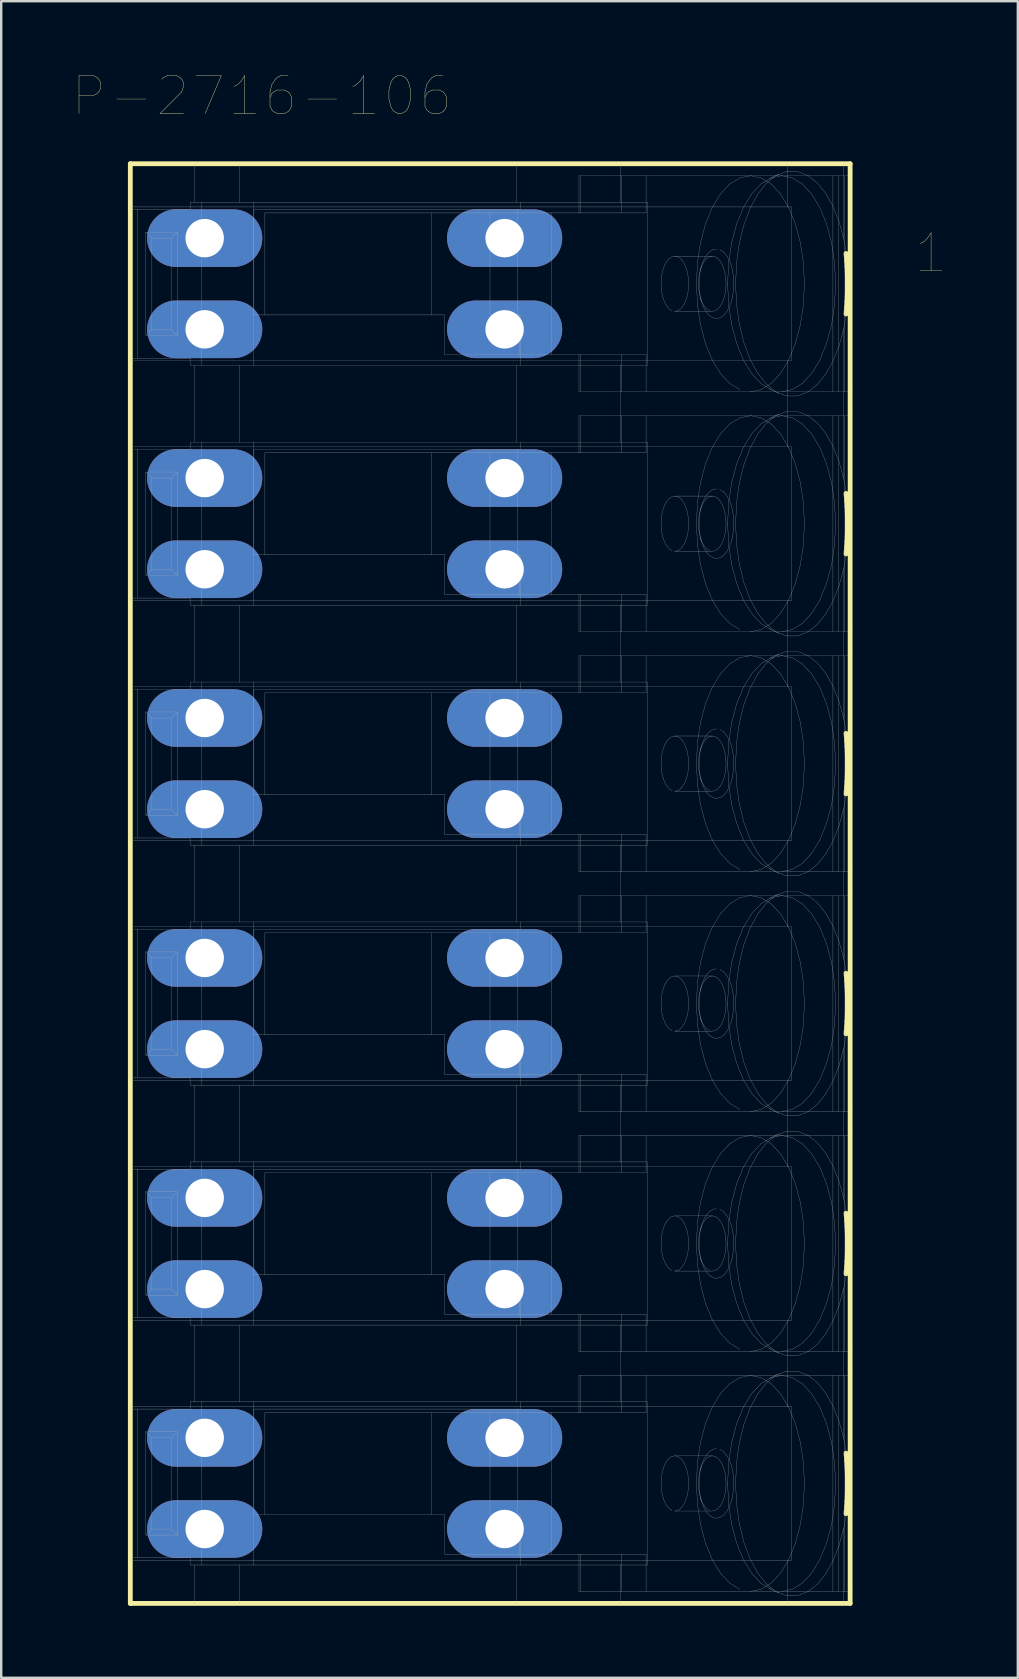
<source format=kicad_pcb>
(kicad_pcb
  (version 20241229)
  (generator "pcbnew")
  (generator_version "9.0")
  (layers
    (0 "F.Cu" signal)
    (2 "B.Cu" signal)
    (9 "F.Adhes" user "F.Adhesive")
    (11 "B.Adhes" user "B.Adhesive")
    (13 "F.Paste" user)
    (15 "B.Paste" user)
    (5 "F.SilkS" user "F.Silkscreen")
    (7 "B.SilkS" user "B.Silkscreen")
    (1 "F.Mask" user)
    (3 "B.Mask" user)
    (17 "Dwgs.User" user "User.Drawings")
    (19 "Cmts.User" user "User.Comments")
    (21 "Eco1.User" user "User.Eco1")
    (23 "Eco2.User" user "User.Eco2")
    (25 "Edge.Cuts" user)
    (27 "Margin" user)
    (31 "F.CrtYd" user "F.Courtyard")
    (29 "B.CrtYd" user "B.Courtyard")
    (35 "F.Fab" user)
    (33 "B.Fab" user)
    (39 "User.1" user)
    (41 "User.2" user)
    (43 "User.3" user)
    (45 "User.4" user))
  (footprint "P-2716-106"
    (layer "F.Cu")
    (at 17.381 33.775)
    (property "Reference" "P-2716-106" (at -9.516 -32.825 0) (layer "F.SilkS") (effects (font (size 1.577 1.577) (thickness 0.015))))
    (attr through_hole)
    (fp_line (start -15 -30) (end -15 30) (stroke (width 0.2) (type solid)) (layer "F.SilkS"))
    (fp_line (start -15 30) (end 15 30) (stroke (width 0.2) (type solid)) (layer "F.SilkS"))
    (fp_line (start 14.828 -23.737) (end 14.839 -23.843) (stroke (width 0.2) (type solid)) (layer "F.SilkS"))
    (fp_line (start 14.828 -13.737) (end 14.839 -13.843) (stroke (width 0.2) (type solid)) (layer "F.SilkS"))
    (fp_line (start 14.828 -3.737) (end 14.839 -3.843) (stroke (width 0.2) (type solid)) (layer "F.SilkS"))
    (fp_line (start 14.828 6.263) (end 14.839 6.157) (stroke (width 0.2) (type solid)) (layer "F.SilkS"))
    (fp_line (start 14.828 16.263) (end 14.839 16.157) (stroke (width 0.2) (type solid)) (layer "F.SilkS"))
    (fp_line (start 14.828 26.263) (end 14.839 26.157) (stroke (width 0.2) (type solid)) (layer "F.SilkS"))
    (fp_line (start 14.839 -26.157) (end 14.828 -26.263) (stroke (width 0.2) (type solid)) (layer "F.SilkS"))
    (fp_line (start 14.839 -23.843) (end 14.857 -24.055) (stroke (width 0.2) (type solid)) (layer "F.SilkS"))
    (fp_line (start 14.839 -16.157) (end 14.828 -16.263) (stroke (width 0.2) (type solid)) (layer "F.SilkS"))
    (fp_line (start 14.839 -13.843) (end 14.857 -14.055) (stroke (width 0.2) (type solid)) (layer "F.SilkS"))
    (fp_line (start 14.839 -6.157) (end 14.828 -6.263) (stroke (width 0.2) (type solid)) (layer "F.SilkS"))
    (fp_line (start 14.839 -3.843) (end 14.857 -4.055) (stroke (width 0.2) (type solid)) (layer "F.SilkS"))
    (fp_line (start 14.839 3.843) (end 14.828 3.737) (stroke (width 0.2) (type solid)) (layer "F.SilkS"))
    (fp_line (start 14.839 6.157) (end 14.857 5.945) (stroke (width 0.2) (type solid)) (layer "F.SilkS"))
    (fp_line (start 14.839 13.843) (end 14.828 13.737) (stroke (width 0.2) (type solid)) (layer "F.SilkS"))
    (fp_line (start 14.839 16.157) (end 14.857 15.945) (stroke (width 0.2) (type solid)) (layer "F.SilkS"))
    (fp_line (start 14.839 23.843) (end 14.828 23.737) (stroke (width 0.2) (type solid)) (layer "F.SilkS"))
    (fp_line (start 14.839 26.157) (end 14.857 25.945) (stroke (width 0.2) (type solid)) (layer "F.SilkS"))
    (fp_line (start 14.857 -25.945) (end 14.839 -26.157) (stroke (width 0.2) (type solid)) (layer "F.SilkS"))
    (fp_line (start 14.857 -24.055) (end 14.87 -24.268) (stroke (width 0.2) (type solid)) (layer "F.SilkS"))
    (fp_line (start 14.857 -15.945) (end 14.839 -16.157) (stroke (width 0.2) (type solid)) (layer "F.SilkS"))
    (fp_line (start 14.857 -14.055) (end 14.87 -14.268) (stroke (width 0.2) (type solid)) (layer "F.SilkS"))
    (fp_line (start 14.857 -5.945) (end 14.839 -6.157) (stroke (width 0.2) (type solid)) (layer "F.SilkS"))
    (fp_line (start 14.857 -4.055) (end 14.87 -4.268) (stroke (width 0.2) (type solid)) (layer "F.SilkS"))
    (fp_line (start 14.857 4.055) (end 14.839 3.843) (stroke (width 0.2) (type solid)) (layer "F.SilkS"))
    (fp_line (start 14.857 5.945) (end 14.87 5.732) (stroke (width 0.2) (type solid)) (layer "F.SilkS"))
    (fp_line (start 14.857 14.055) (end 14.839 13.843) (stroke (width 0.2) (type solid)) (layer "F.SilkS"))
    (fp_line (start 14.857 15.945) (end 14.87 15.732) (stroke (width 0.2) (type solid)) (layer "F.SilkS"))
    (fp_line (start 14.857 24.055) (end 14.839 23.843) (stroke (width 0.2) (type solid)) (layer "F.SilkS"))
    (fp_line (start 14.857 25.945) (end 14.87 25.732) (stroke (width 0.2) (type solid)) (layer "F.SilkS"))
    (fp_line (start 14.87 -25.732) (end 14.857 -25.945) (stroke (width 0.2) (type solid)) (layer "F.SilkS"))
    (fp_line (start 14.87 -24.268) (end 14.88 -24.481) (stroke (width 0.2) (type solid)) (layer "F.SilkS"))
    (fp_line (start 14.87 -15.732) (end 14.857 -15.945) (stroke (width 0.2) (type solid)) (layer "F.SilkS"))
    (fp_line (start 14.87 -14.268) (end 14.88 -14.481) (stroke (width 0.2) (type solid)) (layer "F.SilkS"))
    (fp_line (start 14.87 -5.732) (end 14.857 -5.945) (stroke (width 0.2) (type solid)) (layer "F.SilkS"))
    (fp_line (start 14.87 -4.268) (end 14.88 -4.481) (stroke (width 0.2) (type solid)) (layer "F.SilkS"))
    (fp_line (start 14.87 4.268) (end 14.857 4.055) (stroke (width 0.2) (type solid)) (layer "F.SilkS"))
    (fp_line (start 14.87 5.732) (end 14.88 5.519) (stroke (width 0.2) (type solid)) (layer "F.SilkS"))
    (fp_line (start 14.87 14.268) (end 14.857 14.055) (stroke (width 0.2) (type solid)) (layer "F.SilkS"))
    (fp_line (start 14.87 15.732) (end 14.88 15.519) (stroke (width 0.2) (type solid)) (layer "F.SilkS"))
    (fp_line (start 14.87 24.268) (end 14.857 24.055) (stroke (width 0.2) (type solid)) (layer "F.SilkS"))
    (fp_line (start 14.87 25.732) (end 14.88 25.519) (stroke (width 0.2) (type solid)) (layer "F.SilkS"))
    (fp_line (start 14.88 -25.519) (end 14.87 -25.732) (stroke (width 0.2) (type solid)) (layer "F.SilkS"))
    (fp_line (start 14.88 -24.481) (end 14.886 -24.691) (stroke (width 0.2) (type solid)) (layer "F.SilkS"))
    (fp_line (start 14.88 -15.519) (end 14.87 -15.732) (stroke (width 0.2) (type solid)) (layer "F.SilkS"))
    (fp_line (start 14.88 -14.481) (end 14.886 -14.691) (stroke (width 0.2) (type solid)) (layer "F.SilkS"))
    (fp_line (start 14.88 -5.519) (end 14.87 -5.732) (stroke (width 0.2) (type solid)) (layer "F.SilkS"))
    (fp_line (start 14.88 -4.481) (end 14.886 -4.691) (stroke (width 0.2) (type solid)) (layer "F.SilkS"))
    (fp_line (start 14.88 4.481) (end 14.87 4.268) (stroke (width 0.2) (type solid)) (layer "F.SilkS"))
    (fp_line (start 14.88 5.519) (end 14.886 5.309) (stroke (width 0.2) (type solid)) (layer "F.SilkS"))
    (fp_line (start 14.88 14.481) (end 14.87 14.268) (stroke (width 0.2) (type solid)) (layer "F.SilkS"))
    (fp_line (start 14.88 15.519) (end 14.886 15.309) (stroke (width 0.2) (type solid)) (layer "F.SilkS"))
    (fp_line (start 14.88 24.481) (end 14.87 24.268) (stroke (width 0.2) (type solid)) (layer "F.SilkS"))
    (fp_line (start 14.88 25.519) (end 14.886 25.309) (stroke (width 0.2) (type solid)) (layer "F.SilkS"))
    (fp_line (start 14.886 -25.309) (end 14.88 -25.519) (stroke (width 0.2) (type solid)) (layer "F.SilkS"))
    (fp_line (start 14.886 -24.691) (end 14.889 -24.898) (stroke (width 0.2) (type solid)) (layer "F.SilkS"))
    (fp_line (start 14.886 -15.309) (end 14.88 -15.519) (stroke (width 0.2) (type solid)) (layer "F.SilkS"))
    (fp_line (start 14.886 -14.691) (end 14.889 -14.898) (stroke (width 0.2) (type solid)) (layer "F.SilkS"))
    (fp_line (start 14.886 -5.309) (end 14.88 -5.519) (stroke (width 0.2) (type solid)) (layer "F.SilkS"))
    (fp_line (start 14.886 -4.691) (end 14.889 -4.898) (stroke (width 0.2) (type solid)) (layer "F.SilkS"))
    (fp_line (start 14.886 4.691) (end 14.88 4.481) (stroke (width 0.2) (type solid)) (layer "F.SilkS"))
    (fp_line (start 14.886 5.309) (end 14.889 5.102) (stroke (width 0.2) (type solid)) (layer "F.SilkS"))
    (fp_line (start 14.886 14.691) (end 14.88 14.481) (stroke (width 0.2) (type solid)) (layer "F.SilkS"))
    (fp_line (start 14.886 15.309) (end 14.889 15.102) (stroke (width 0.2) (type solid)) (layer "F.SilkS"))
    (fp_line (start 14.886 24.691) (end 14.88 24.481) (stroke (width 0.2) (type solid)) (layer "F.SilkS"))
    (fp_line (start 14.886 25.309) (end 14.889 25.102) (stroke (width 0.2) (type solid)) (layer "F.SilkS"))
    (fp_line (start 14.889 -25.102) (end 14.886 -25.309) (stroke (width 0.2) (type solid)) (layer "F.SilkS"))
    (fp_line (start 14.889 -24.898) (end 14.889 -25) (stroke (width 0.2) (type solid)) (layer "F.SilkS"))
    (fp_line (start 14.889 -15.102) (end 14.886 -15.309) (stroke (width 0.2) (type solid)) (layer "F.SilkS"))
    (fp_line (start 14.889 -14.898) (end 14.889 -15) (stroke (width 0.2) (type solid)) (layer "F.SilkS"))
    (fp_line (start 14.889 -5.102) (end 14.886 -5.309) (stroke (width 0.2) (type solid)) (layer "F.SilkS"))
    (fp_line (start 14.889 -4.898) (end 14.889 -5) (stroke (width 0.2) (type solid)) (layer "F.SilkS"))
    (fp_line (start 14.889 4.898) (end 14.886 4.691) (stroke (width 0.2) (type solid)) (layer "F.SilkS"))
    (fp_line (start 14.889 5.102) (end 14.889 5) (stroke (width 0.2) (type solid)) (layer "F.SilkS"))
    (fp_line (start 14.889 14.898) (end 14.886 14.691) (stroke (width 0.2) (type solid)) (layer "F.SilkS"))
    (fp_line (start 14.889 15.102) (end 14.889 15) (stroke (width 0.2) (type solid)) (layer "F.SilkS"))
    (fp_line (start 14.889 24.898) (end 14.886 24.691) (stroke (width 0.2) (type solid)) (layer "F.SilkS"))
    (fp_line (start 14.889 25.102) (end 14.889 25) (stroke (width 0.2) (type solid)) (layer "F.SilkS"))
    (fp_line (start 14.889 -25) (end 14.889 -25.102) (stroke (width 0.2) (type solid)) (layer "F.SilkS"))
    (fp_line (start 14.889 -15) (end 14.889 -15.102) (stroke (width 0.2) (type solid)) (layer "F.SilkS"))
    (fp_line (start 14.889 -5) (end 14.889 -5.102) (stroke (width 0.2) (type solid)) (layer "F.SilkS"))
    (fp_line (start 14.889 5) (end 14.889 4.898) (stroke (width 0.2) (type solid)) (layer "F.SilkS"))
    (fp_line (start 14.889 15) (end 14.889 14.898) (stroke (width 0.2) (type solid)) (layer "F.SilkS"))
    (fp_line (start 14.889 25) (end 14.889 24.898) (stroke (width 0.2) (type solid)) (layer "F.SilkS"))
    (fp_line (start 15 -30) (end -15 -30) (stroke (width 0.2) (type solid)) (layer "F.SilkS"))
    (fp_line (start 15 -30) (end 15 30) (stroke (width 0.2) (type solid)) (layer "F.SilkS"))
    (fp_line (start -14.7 -28.1) (end -15 -28.1) (stroke (width 0.01) (type solid)) (layer "F.Fab"))
    (fp_line (start -14.7 -21.9) (end -15 -21.9) (stroke (width 0.01) (type solid)) (layer "F.Fab"))
    (fp_line (start -14.7 -21.9) (end -14.7 -28.1) (stroke (width 0.01) (type solid)) (layer "F.Fab"))
    (fp_line (start -14.7 -18.1) (end -15 -18.1) (stroke (width 0.01) (type solid)) (layer "F.Fab"))
    (fp_line (start -14.7 -11.9) (end -15 -11.9) (stroke (width 0.01) (type solid)) (layer "F.Fab"))
    (fp_line (start -14.7 -11.9) (end -14.7 -18.1) (stroke (width 0.01) (type solid)) (layer "F.Fab"))
    (fp_line (start -14.7 -8.1) (end -15 -8.1) (stroke (width 0.01) (type solid)) (layer "F.Fab"))
    (fp_line (start -14.7 -1.9) (end -15 -1.9) (stroke (width 0.01) (type solid)) (layer "F.Fab"))
    (fp_line (start -14.7 -1.9) (end -14.7 -8.1) (stroke (width 0.01) (type solid)) (layer "F.Fab"))
    (fp_line (start -14.7 1.9) (end -15 1.9) (stroke (width 0.01) (type solid)) (layer "F.Fab"))
    (fp_line (start -14.7 8.1) (end -15 8.1) (stroke (width 0.01) (type solid)) (layer "F.Fab"))
    (fp_line (start -14.7 8.1) (end -14.7 1.9) (stroke (width 0.01) (type solid)) (layer "F.Fab"))
    (fp_line (start -14.7 11.9) (end -15 11.9) (stroke (width 0.01) (type solid)) (layer "F.Fab"))
    (fp_line (start -14.7 18.1) (end -15 18.1) (stroke (width 0.01) (type solid)) (layer "F.Fab"))
    (fp_line (start -14.7 18.1) (end -14.7 11.9) (stroke (width 0.01) (type solid)) (layer "F.Fab"))
    (fp_line (start -14.7 21.9) (end -15 21.9) (stroke (width 0.01) (type solid)) (layer "F.Fab"))
    (fp_line (start -14.7 28.1) (end -15 28.1) (stroke (width 0.01) (type solid)) (layer "F.Fab"))
    (fp_line (start -14.7 28.1) (end -14.7 21.9) (stroke (width 0.01) (type solid)) (layer "F.Fab"))
    (fp_line (start -14.352 -22.848) (end -14.352 -27.152) (stroke (width 0.01) (type solid)) (layer "F.Fab"))
    (fp_line (start -14.352 -22.848) (end -14.1 -23.1) (stroke (width 0.01) (type solid)) (layer "F.Fab"))
    (fp_line (start -14.352 -12.848) (end -14.352 -17.152) (stroke (width 0.01) (type solid)) (layer "F.Fab"))
    (fp_line (start -14.352 -12.848) (end -14.1 -13.1) (stroke (width 0.01) (type solid)) (layer "F.Fab"))
    (fp_line (start -14.352 -2.848) (end -14.352 -7.152) (stroke (width 0.01) (type solid)) (layer "F.Fab"))
    (fp_line (start -14.352 -2.848) (end -14.1 -3.1) (stroke (width 0.01) (type solid)) (layer "F.Fab"))
    (fp_line (start -14.352 7.152) (end -14.352 2.848) (stroke (width 0.01) (type solid)) (layer "F.Fab"))
    (fp_line (start -14.352 7.152) (end -14.1 6.9) (stroke (width 0.01) (type solid)) (layer "F.Fab"))
    (fp_line (start -14.352 17.152) (end -14.352 12.848) (stroke (width 0.01) (type solid)) (layer "F.Fab"))
    (fp_line (start -14.352 17.152) (end -14.1 16.9) (stroke (width 0.01) (type solid)) (layer "F.Fab"))
    (fp_line (start -14.352 27.152) (end -14.352 22.848) (stroke (width 0.01) (type solid)) (layer "F.Fab"))
    (fp_line (start -14.352 27.152) (end -14.1 26.9) (stroke (width 0.01) (type solid)) (layer "F.Fab"))
    (fp_line (start -14.1 -26.9) (end -14.352 -27.152) (stroke (width 0.01) (type solid)) (layer "F.Fab"))
    (fp_line (start -14.1 -23.1) (end -14.1 -26.9) (stroke (width 0.01) (type solid)) (layer "F.Fab"))
    (fp_line (start -14.1 -16.9) (end -14.352 -17.152) (stroke (width 0.01) (type solid)) (layer "F.Fab"))
    (fp_line (start -14.1 -13.1) (end -14.1 -16.9) (stroke (width 0.01) (type solid)) (layer "F.Fab"))
    (fp_line (start -14.1 -6.9) (end -14.352 -7.152) (stroke (width 0.01) (type solid)) (layer "F.Fab"))
    (fp_line (start -14.1 -3.1) (end -14.1 -6.9) (stroke (width 0.01) (type solid)) (layer "F.Fab"))
    (fp_line (start -14.1 3.1) (end -14.352 2.848) (stroke (width 0.01) (type solid)) (layer "F.Fab"))
    (fp_line (start -14.1 6.9) (end -14.1 3.1) (stroke (width 0.01) (type solid)) (layer "F.Fab"))
    (fp_line (start -14.1 13.1) (end -14.352 12.848) (stroke (width 0.01) (type solid)) (layer "F.Fab"))
    (fp_line (start -14.1 16.9) (end -14.1 13.1) (stroke (width 0.01) (type solid)) (layer "F.Fab"))
    (fp_line (start -14.1 23.1) (end -14.352 22.848) (stroke (width 0.01) (type solid)) (layer "F.Fab"))
    (fp_line (start -14.1 26.9) (end -14.1 23.1) (stroke (width 0.01) (type solid)) (layer "F.Fab"))
    (fp_line (start -13.3 -26.9) (end -14.1 -26.9) (stroke (width 0.01) (type solid)) (layer "F.Fab"))
    (fp_line (start -13.3 -23.1) (end -14.1 -23.1) (stroke (width 0.01) (type solid)) (layer "F.Fab"))
    (fp_line (start -13.3 -23.1) (end -13.3 -26.9) (stroke (width 0.01) (type solid)) (layer "F.Fab"))
    (fp_line (start -13.3 -23.1) (end -13.048 -22.848) (stroke (width 0.01) (type solid)) (layer "F.Fab"))
    (fp_line (start -13.3 -16.9) (end -14.1 -16.9) (stroke (width 0.01) (type solid)) (layer "F.Fab"))
    (fp_line (start -13.3 -13.1) (end -14.1 -13.1) (stroke (width 0.01) (type solid)) (layer "F.Fab"))
    (fp_line (start -13.3 -13.1) (end -13.3 -16.9) (stroke (width 0.01) (type solid)) (layer "F.Fab"))
    (fp_line (start -13.3 -13.1) (end -13.048 -12.848) (stroke (width 0.01) (type solid)) (layer "F.Fab"))
    (fp_line (start -13.3 -6.9) (end -14.1 -6.9) (stroke (width 0.01) (type solid)) (layer "F.Fab"))
    (fp_line (start -13.3 -3.1) (end -14.1 -3.1) (stroke (width 0.01) (type solid)) (layer "F.Fab"))
    (fp_line (start -13.3 -3.1) (end -13.3 -6.9) (stroke (width 0.01) (type solid)) (layer "F.Fab"))
    (fp_line (start -13.3 -3.1) (end -13.048 -2.848) (stroke (width 0.01) (type solid)) (layer "F.Fab"))
    (fp_line (start -13.3 3.1) (end -14.1 3.1) (stroke (width 0.01) (type solid)) (layer "F.Fab"))
    (fp_line (start -13.3 6.9) (end -14.1 6.9) (stroke (width 0.01) (type solid)) (layer "F.Fab"))
    (fp_line (start -13.3 6.9) (end -13.3 3.1) (stroke (width 0.01) (type solid)) (layer "F.Fab"))
    (fp_line (start -13.3 6.9) (end -13.048 7.152) (stroke (width 0.01) (type solid)) (layer "F.Fab"))
    (fp_line (start -13.3 13.1) (end -14.1 13.1) (stroke (width 0.01) (type solid)) (layer "F.Fab"))
    (fp_line (start -13.3 16.9) (end -14.1 16.9) (stroke (width 0.01) (type solid)) (layer "F.Fab"))
    (fp_line (start -13.3 16.9) (end -13.3 13.1) (stroke (width 0.01) (type solid)) (layer "F.Fab"))
    (fp_line (start -13.3 16.9) (end -13.048 17.152) (stroke (width 0.01) (type solid)) (layer "F.Fab"))
    (fp_line (start -13.3 23.1) (end -14.1 23.1) (stroke (width 0.01) (type solid)) (layer "F.Fab"))
    (fp_line (start -13.3 26.9) (end -14.1 26.9) (stroke (width 0.01) (type solid)) (layer "F.Fab"))
    (fp_line (start -13.3 26.9) (end -13.3 23.1) (stroke (width 0.01) (type solid)) (layer "F.Fab"))
    (fp_line (start -13.3 26.9) (end -13.048 27.152) (stroke (width 0.01) (type solid)) (layer "F.Fab"))
    (fp_line (start -13.048 -27.152) (end -14.352 -27.152) (stroke (width 0.01) (type solid)) (layer "F.Fab"))
    (fp_line (start -13.048 -27.152) (end -13.3 -26.9) (stroke (width 0.01) (type solid)) (layer "F.Fab"))
    (fp_line (start -13.048 -27.152) (end -13.048 -22.848) (stroke (width 0.01) (type solid)) (layer "F.Fab"))
    (fp_line (start -13.048 -22.848) (end -14.352 -22.848) (stroke (width 0.01) (type solid)) (layer "F.Fab"))
    (fp_line (start -13.048 -17.152) (end -14.352 -17.152) (stroke (width 0.01) (type solid)) (layer "F.Fab"))
    (fp_line (start -13.048 -17.152) (end -13.3 -16.9) (stroke (width 0.01) (type solid)) (layer "F.Fab"))
    (fp_line (start -13.048 -17.152) (end -13.048 -12.848) (stroke (width 0.01) (type solid)) (layer "F.Fab"))
    (fp_line (start -13.048 -12.848) (end -14.352 -12.848) (stroke (width 0.01) (type solid)) (layer "F.Fab"))
    (fp_line (start -13.048 -7.152) (end -14.352 -7.152) (stroke (width 0.01) (type solid)) (layer "F.Fab"))
    (fp_line (start -13.048 -7.152) (end -13.3 -6.9) (stroke (width 0.01) (type solid)) (layer "F.Fab"))
    (fp_line (start -13.048 -7.152) (end -13.048 -2.848) (stroke (width 0.01) (type solid)) (layer "F.Fab"))
    (fp_line (start -13.048 -2.848) (end -14.352 -2.848) (stroke (width 0.01) (type solid)) (layer "F.Fab"))
    (fp_line (start -13.048 2.848) (end -14.352 2.848) (stroke (width 0.01) (type solid)) (layer "F.Fab"))
    (fp_line (start -13.048 2.848) (end -13.3 3.1) (stroke (width 0.01) (type solid)) (layer "F.Fab"))
    (fp_line (start -13.048 2.848) (end -13.048 7.152) (stroke (width 0.01) (type solid)) (layer "F.Fab"))
    (fp_line (start -13.048 7.152) (end -14.352 7.152) (stroke (width 0.01) (type solid)) (layer "F.Fab"))
    (fp_line (start -13.048 12.848) (end -14.352 12.848) (stroke (width 0.01) (type solid)) (layer "F.Fab"))
    (fp_line (start -13.048 12.848) (end -13.3 13.1) (stroke (width 0.01) (type solid)) (layer "F.Fab"))
    (fp_line (start -13.048 12.848) (end -13.048 17.152) (stroke (width 0.01) (type solid)) (layer "F.Fab"))
    (fp_line (start -13.048 17.152) (end -14.352 17.152) (stroke (width 0.01) (type solid)) (layer "F.Fab"))
    (fp_line (start -13.048 22.848) (end -14.352 22.848) (stroke (width 0.01) (type solid)) (layer "F.Fab"))
    (fp_line (start -13.048 22.848) (end -13.3 23.1) (stroke (width 0.01) (type solid)) (layer "F.Fab"))
    (fp_line (start -13.048 22.848) (end -13.048 27.152) (stroke (width 0.01) (type solid)) (layer "F.Fab"))
    (fp_line (start -13.048 27.152) (end -14.352 27.152) (stroke (width 0.01) (type solid)) (layer "F.Fab"))
    (fp_line (start -12.5 -28.4) (end -12.018 -28.4) (stroke (width 0.01) (type solid)) (layer "F.Fab"))
    (fp_line (start -12.5 -28.1) (end -14.7 -28.1) (stroke (width 0.01) (type solid)) (layer "F.Fab"))
    (fp_line (start -12.5 -28.1) (end -12.5 -28.4) (stroke (width 0.01) (type solid)) (layer "F.Fab"))
    (fp_line (start -12.5 -21.9) (end -14.7 -21.9) (stroke (width 0.01) (type solid)) (layer "F.Fab"))
    (fp_line (start -12.5 -21.6) (end -12.5 -21.9) (stroke (width 0.01) (type solid)) (layer "F.Fab"))
    (fp_line (start -12.5 -18.4) (end -12.018 -18.4) (stroke (width 0.01) (type solid)) (layer "F.Fab"))
    (fp_line (start -12.5 -18.1) (end -14.7 -18.1) (stroke (width 0.01) (type solid)) (layer "F.Fab"))
    (fp_line (start -12.5 -18.1) (end -12.5 -18.4) (stroke (width 0.01) (type solid)) (layer "F.Fab"))
    (fp_line (start -12.5 -11.9) (end -14.7 -11.9) (stroke (width 0.01) (type solid)) (layer "F.Fab"))
    (fp_line (start -12.5 -11.6) (end -12.5 -11.9) (stroke (width 0.01) (type solid)) (layer "F.Fab"))
    (fp_line (start -12.5 -8.4) (end -12.324 -8.4) (stroke (width 0.01) (type solid)) (layer "F.Fab"))
    (fp_line (start -12.5 -8.1) (end -14.7 -8.1) (stroke (width 0.01) (type solid)) (layer "F.Fab"))
    (fp_line (start -12.5 -8.1) (end -12.5 -8.4) (stroke (width 0.01) (type solid)) (layer "F.Fab"))
    (fp_line (start -12.5 -1.9) (end -14.7 -1.9) (stroke (width 0.01) (type solid)) (layer "F.Fab"))
    (fp_line (start -12.5 -1.6) (end -12.5 -1.9) (stroke (width 0.01) (type solid)) (layer "F.Fab"))
    (fp_line (start -12.5 1.6) (end -12.324 1.6) (stroke (width 0.01) (type solid)) (layer "F.Fab"))
    (fp_line (start -12.5 1.9) (end -14.7 1.9) (stroke (width 0.01) (type solid)) (layer "F.Fab"))
    (fp_line (start -12.5 1.9) (end -12.5 1.6) (stroke (width 0.01) (type solid)) (layer "F.Fab"))
    (fp_line (start -12.5 8.1) (end -14.7 8.1) (stroke (width 0.01) (type solid)) (layer "F.Fab"))
    (fp_line (start -12.5 8.4) (end -12.5 8.1) (stroke (width 0.01) (type solid)) (layer "F.Fab"))
    (fp_line (start -12.5 11.6) (end -12.324 11.6) (stroke (width 0.01) (type solid)) (layer "F.Fab"))
    (fp_line (start -12.5 11.9) (end -14.7 11.9) (stroke (width 0.01) (type solid)) (layer "F.Fab"))
    (fp_line (start -12.5 11.9) (end -12.5 11.6) (stroke (width 0.01) (type solid)) (layer "F.Fab"))
    (fp_line (start -12.5 18.1) (end -14.7 18.1) (stroke (width 0.01) (type solid)) (layer "F.Fab"))
    (fp_line (start -12.5 18.4) (end -12.5 18.1) (stroke (width 0.01) (type solid)) (layer "F.Fab"))
    (fp_line (start -12.5 21.6) (end -12.324 21.6) (stroke (width 0.01) (type solid)) (layer "F.Fab"))
    (fp_line (start -12.5 21.9) (end -14.7 21.9) (stroke (width 0.01) (type solid)) (layer "F.Fab"))
    (fp_line (start -12.5 21.9) (end -12.5 21.6) (stroke (width 0.01) (type solid)) (layer "F.Fab"))
    (fp_line (start -12.5 28.1) (end -14.7 28.1) (stroke (width 0.01) (type solid)) (layer "F.Fab"))
    (fp_line (start -12.5 28.4) (end -12.5 28.1) (stroke (width 0.01) (type solid)) (layer "F.Fab"))
    (fp_line (start -12.375 -27.375) (end -12.375 -26.425) (stroke (width 0.01) (type solid)) (layer "F.Fab"))
    (fp_line (start -12.375 -23.575) (end -12.375 -22.625) (stroke (width 0.01) (type solid)) (layer "F.Fab"))
    (fp_line (start -12.375 -17.375) (end -12.375 -16.425) (stroke (width 0.01) (type solid)) (layer "F.Fab"))
    (fp_line (start -12.375 -13.575) (end -12.375 -12.625) (stroke (width 0.01) (type solid)) (layer "F.Fab"))
    (fp_line (start -12.375 -7.375) (end -12.375 -6.425) (stroke (width 0.01) (type solid)) (layer "F.Fab"))
    (fp_line (start -12.375 -3.575) (end -12.375 -2.625) (stroke (width 0.01) (type solid)) (layer "F.Fab"))
    (fp_line (start -12.375 2.625) (end -12.375 3.575) (stroke (width 0.01) (type solid)) (layer "F.Fab"))
    (fp_line (start -12.375 6.425) (end -12.375 7.375) (stroke (width 0.01) (type solid)) (layer "F.Fab"))
    (fp_line (start -12.375 12.625) (end -12.375 13.575) (stroke (width 0.01) (type solid)) (layer "F.Fab"))
    (fp_line (start -12.375 16.425) (end -12.375 17.375) (stroke (width 0.01) (type solid)) (layer "F.Fab"))
    (fp_line (start -12.375 22.625) (end -12.375 23.575) (stroke (width 0.01) (type solid)) (layer "F.Fab"))
    (fp_line (start -12.375 26.425) (end -12.375 27.375) (stroke (width 0.01) (type solid)) (layer "F.Fab"))
    (fp_line (start -12.324 -30) (end -12.324 -28.4) (stroke (width 0.01) (type solid)) (layer "F.Fab"))
    (fp_line (start -12.324 -21.6) (end -12.5 -21.6) (stroke (width 0.01) (type solid)) (layer "F.Fab"))
    (fp_line (start -12.324 -21.6) (end -12.324 -18.4) (stroke (width 0.01) (type solid)) (layer "F.Fab"))
    (fp_line (start -12.324 -11.6) (end -12.324 -8.4) (stroke (width 0.01) (type solid)) (layer "F.Fab"))
    (fp_line (start -12.324 -8.4) (end -12.018 -8.4) (stroke (width 0.01) (type solid)) (layer "F.Fab"))
    (fp_line (start -12.324 -1.6) (end -12.324 1.6) (stroke (width 0.01) (type solid)) (layer "F.Fab"))
    (fp_line (start -12.324 1.6) (end -12.018 1.6) (stroke (width 0.01) (type solid)) (layer "F.Fab"))
    (fp_line (start -12.324 8.4) (end -12.324 11.6) (stroke (width 0.01) (type solid)) (layer "F.Fab"))
    (fp_line (start -12.324 11.6) (end -12.018 11.6) (stroke (width 0.01) (type solid)) (layer "F.Fab"))
    (fp_line (start -12.324 18.4) (end -12.324 21.6) (stroke (width 0.01) (type solid)) (layer "F.Fab"))
    (fp_line (start -12.324 21.6) (end -12.018 21.6) (stroke (width 0.01) (type solid)) (layer "F.Fab"))
    (fp_line (start -12.324 28.4) (end -12.324 30) (stroke (width 0.01) (type solid)) (layer "F.Fab"))
    (fp_line (start -12.018 -28.4) (end -9.864 -28.4) (stroke (width 0.01) (type solid)) (layer "F.Fab"))
    (fp_line (start -12.018 -21.6) (end -12.018 -28.4) (stroke (width 0.01) (type solid)) (layer "F.Fab"))
    (fp_line (start -12.018 -18.4) (end -9.864 -18.4) (stroke (width 0.01) (type solid)) (layer "F.Fab"))
    (fp_line (start -12.018 -11.6) (end -12.018 -18.4) (stroke (width 0.01) (type solid)) (layer "F.Fab"))
    (fp_line (start -12.018 -8.4) (end -10.444 -8.4) (stroke (width 0.01) (type solid)) (layer "F.Fab"))
    (fp_line (start -12.018 -1.6) (end -12.018 -8.4) (stroke (width 0.01) (type solid)) (layer "F.Fab"))
    (fp_line (start -12.018 1.6) (end -10.444 1.6) (stroke (width 0.01) (type solid)) (layer "F.Fab"))
    (fp_line (start -12.018 8.4) (end -12.018 1.6) (stroke (width 0.01) (type solid)) (layer "F.Fab"))
    (fp_line (start -12.018 11.6) (end -10.444 11.6) (stroke (width 0.01) (type solid)) (layer "F.Fab"))
    (fp_line (start -12.018 18.4) (end -12.018 11.6) (stroke (width 0.01) (type solid)) (layer "F.Fab"))
    (fp_line (start -12.018 21.6) (end -10.444 21.6) (stroke (width 0.01) (type solid)) (layer "F.Fab"))
    (fp_line (start -12.018 28.4) (end -12.018 21.6) (stroke (width 0.01) (type solid)) (layer "F.Fab"))
    (fp_line (start -11.425 -27.375) (end -12.375 -27.375) (stroke (width 0.01) (type solid)) (layer "F.Fab"))
    (fp_line (start -11.425 -26.425) (end -12.375 -26.425) (stroke (width 0.01) (type solid)) (layer "F.Fab"))
    (fp_line (start -11.425 -26.425) (end -11.425 -27.375) (stroke (width 0.01) (type solid)) (layer "F.Fab"))
    (fp_line (start -11.425 -23.575) (end -12.375 -23.575) (stroke (width 0.01) (type solid)) (layer "F.Fab"))
    (fp_line (start -11.425 -22.625) (end -12.375 -22.625) (stroke (width 0.01) (type solid)) (layer "F.Fab"))
    (fp_line (start -11.425 -22.625) (end -11.425 -23.575) (stroke (width 0.01) (type solid)) (layer "F.Fab"))
    (fp_line (start -11.425 -17.375) (end -12.375 -17.375) (stroke (width 0.01) (type solid)) (layer "F.Fab"))
    (fp_line (start -11.425 -16.425) (end -12.375 -16.425) (stroke (width 0.01) (type solid)) (layer "F.Fab"))
    (fp_line (start -11.425 -16.425) (end -11.425 -17.375) (stroke (width 0.01) (type solid)) (layer "F.Fab"))
    (fp_line (start -11.425 -13.575) (end -12.375 -13.575) (stroke (width 0.01) (type solid)) (layer "F.Fab"))
    (fp_line (start -11.425 -12.625) (end -12.375 -12.625) (stroke (width 0.01) (type solid)) (layer "F.Fab"))
    (fp_line (start -11.425 -12.625) (end -11.425 -13.575) (stroke (width 0.01) (type solid)) (layer "F.Fab"))
    (fp_line (start -11.425 -7.375) (end -12.375 -7.375) (stroke (width 0.01) (type solid)) (layer "F.Fab"))
    (fp_line (start -11.425 -6.425) (end -12.375 -6.425) (stroke (width 0.01) (type solid)) (layer "F.Fab"))
    (fp_line (start -11.425 -6.425) (end -11.425 -7.375) (stroke (width 0.01) (type solid)) (layer "F.Fab"))
    (fp_line (start -11.425 -3.575) (end -12.375 -3.575) (stroke (width 0.01) (type solid)) (layer "F.Fab"))
    (fp_line (start -11.425 -2.625) (end -12.375 -2.625) (stroke (width 0.01) (type solid)) (layer "F.Fab"))
    (fp_line (start -11.425 -2.625) (end -11.425 -3.575) (stroke (width 0.01) (type solid)) (layer "F.Fab"))
    (fp_line (start -11.425 2.625) (end -12.375 2.625) (stroke (width 0.01) (type solid)) (layer "F.Fab"))
    (fp_line (start -11.425 3.575) (end -12.375 3.575) (stroke (width 0.01) (type solid)) (layer "F.Fab"))
    (fp_line (start -11.425 3.575) (end -11.425 2.625) (stroke (width 0.01) (type solid)) (layer "F.Fab"))
    (fp_line (start -11.425 6.425) (end -12.375 6.425) (stroke (width 0.01) (type solid)) (layer "F.Fab"))
    (fp_line (start -11.425 7.375) (end -12.375 7.375) (stroke (width 0.01) (type solid)) (layer "F.Fab"))
    (fp_line (start -11.425 7.375) (end -11.425 6.425) (stroke (width 0.01) (type solid)) (layer "F.Fab"))
    (fp_line (start -11.425 12.625) (end -12.375 12.625) (stroke (width 0.01) (type solid)) (layer "F.Fab"))
    (fp_line (start -11.425 13.575) (end -12.375 13.575) (stroke (width 0.01) (type solid)) (layer "F.Fab"))
    (fp_line (start -11.425 13.575) (end -11.425 12.625) (stroke (width 0.01) (type solid)) (layer "F.Fab"))
    (fp_line (start -11.425 16.425) (end -12.375 16.425) (stroke (width 0.01) (type solid)) (layer "F.Fab"))
    (fp_line (start -11.425 17.375) (end -12.375 17.375) (stroke (width 0.01) (type solid)) (layer "F.Fab"))
    (fp_line (start -11.425 17.375) (end -11.425 16.425) (stroke (width 0.01) (type solid)) (layer "F.Fab"))
    (fp_line (start -11.425 22.625) (end -12.375 22.625) (stroke (width 0.01) (type solid)) (layer "F.Fab"))
    (fp_line (start -11.425 23.575) (end -12.375 23.575) (stroke (width 0.01) (type solid)) (layer "F.Fab"))
    (fp_line (start -11.425 23.575) (end -11.425 22.625) (stroke (width 0.01) (type solid)) (layer "F.Fab"))
    (fp_line (start -11.425 26.425) (end -12.375 26.425) (stroke (width 0.01) (type solid)) (layer "F.Fab"))
    (fp_line (start -11.425 27.375) (end -12.375 27.375) (stroke (width 0.01) (type solid)) (layer "F.Fab"))
    (fp_line (start -11.425 27.375) (end -11.425 26.425) (stroke (width 0.01) (type solid)) (layer "F.Fab"))
    (fp_line (start -10.444 -30) (end -10.444 -28.4) (stroke (width 0.01) (type solid)) (layer "F.Fab"))
    (fp_line (start -10.444 -21.6) (end -12.324 -21.6) (stroke (width 0.01) (type solid)) (layer "F.Fab"))
    (fp_line (start -10.444 -21.6) (end -10.444 -18.4) (stroke (width 0.01) (type solid)) (layer "F.Fab"))
    (fp_line (start -10.444 -11.6) (end -10.444 -8.4) (stroke (width 0.01) (type solid)) (layer "F.Fab"))
    (fp_line (start -10.444 -8.4) (end -9.864 -8.4) (stroke (width 0.01) (type solid)) (layer "F.Fab"))
    (fp_line (start -10.444 -1.6) (end -10.444 1.6) (stroke (width 0.01) (type solid)) (layer "F.Fab"))
    (fp_line (start -10.444 1.6) (end -9.864 1.6) (stroke (width 0.01) (type solid)) (layer "F.Fab"))
    (fp_line (start -10.444 8.4) (end -10.444 11.6) (stroke (width 0.01) (type solid)) (layer "F.Fab"))
    (fp_line (start -10.444 11.6) (end -9.864 11.6) (stroke (width 0.01) (type solid)) (layer "F.Fab"))
    (fp_line (start -10.444 18.4) (end -10.444 21.6) (stroke (width 0.01) (type solid)) (layer "F.Fab"))
    (fp_line (start -10.444 21.6) (end -9.864 21.6) (stroke (width 0.01) (type solid)) (layer "F.Fab"))
    (fp_line (start -10.444 28.4) (end -10.444 30) (stroke (width 0.01) (type solid)) (layer "F.Fab"))
    (fp_line (start -9.864 -28.4) (end 1.246 -28.4) (stroke (width 0.01) (type solid)) (layer "F.Fab"))
    (fp_line (start -9.864 -21.6) (end -10.444 -21.6) (stroke (width 0.01) (type solid)) (layer "F.Fab"))
    (fp_line (start -9.864 -21.6) (end -9.864 -28.4) (stroke (width 0.01) (type solid)) (layer "F.Fab"))
    (fp_line (start -9.864 -18.4) (end 1.246 -18.4) (stroke (width 0.01) (type solid)) (layer "F.Fab"))
    (fp_line (start -9.864 -11.6) (end -12.5 -11.6) (stroke (width 0.01) (type solid)) (layer "F.Fab"))
    (fp_line (start -9.864 -11.6) (end -9.864 -18.4) (stroke (width 0.01) (type solid)) (layer "F.Fab"))
    (fp_line (start -9.864 -8.4) (end 1.088 -8.4) (stroke (width 0.01) (type solid)) (layer "F.Fab"))
    (fp_line (start -9.864 -1.6) (end -12.5 -1.6) (stroke (width 0.01) (type solid)) (layer "F.Fab"))
    (fp_line (start -9.864 -1.6) (end -9.864 -8.4) (stroke (width 0.01) (type solid)) (layer "F.Fab"))
    (fp_line (start -9.864 1.6) (end 1.088 1.6) (stroke (width 0.01) (type solid)) (layer "F.Fab"))
    (fp_line (start -9.864 8.4) (end -12.5 8.4) (stroke (width 0.01) (type solid)) (layer "F.Fab"))
    (fp_line (start -9.864 8.4) (end -9.864 1.6) (stroke (width 0.01) (type solid)) (layer "F.Fab"))
    (fp_line (start -9.864 11.6) (end 1.088 11.6) (stroke (width 0.01) (type solid)) (layer "F.Fab"))
    (fp_line (start -9.864 18.4) (end -12.5 18.4) (stroke (width 0.01) (type solid)) (layer "F.Fab"))
    (fp_line (start -9.864 18.4) (end -9.864 11.6) (stroke (width 0.01) (type solid)) (layer "F.Fab"))
    (fp_line (start -9.864 21.6) (end 1.088 21.6) (stroke (width 0.01) (type solid)) (layer "F.Fab"))
    (fp_line (start -9.864 28.4) (end -12.5 28.4) (stroke (width 0.01) (type solid)) (layer "F.Fab"))
    (fp_line (start -9.864 28.4) (end -9.864 21.6) (stroke (width 0.01) (type solid)) (layer "F.Fab"))
    (fp_line (start -9.849 -28.1) (end 1.246 -28.1) (stroke (width 0.01) (type solid)) (layer "F.Fab"))
    (fp_line (start -9.849 -23.7) (end -9.849 -28.1) (stroke (width 0.01) (type solid)) (layer "F.Fab"))
    (fp_line (start -9.849 -18.1) (end 1.246 -18.1) (stroke (width 0.01) (type solid)) (layer "F.Fab"))
    (fp_line (start -9.849 -13.7) (end -9.849 -18.1) (stroke (width 0.01) (type solid)) (layer "F.Fab"))
    (fp_line (start -9.849 -8.1) (end 1.246 -8.1) (stroke (width 0.01) (type solid)) (layer "F.Fab"))
    (fp_line (start -9.849 -3.7) (end -9.849 -8.1) (stroke (width 0.01) (type solid)) (layer "F.Fab"))
    (fp_line (start -9.849 1.9) (end 1.246 1.9) (stroke (width 0.01) (type solid)) (layer "F.Fab"))
    (fp_line (start -9.849 6.3) (end -9.849 1.9) (stroke (width 0.01) (type solid)) (layer "F.Fab"))
    (fp_line (start -9.849 11.9) (end 1.246 11.9) (stroke (width 0.01) (type solid)) (layer "F.Fab"))
    (fp_line (start -9.849 16.3) (end -9.849 11.9) (stroke (width 0.01) (type solid)) (layer "F.Fab"))
    (fp_line (start -9.849 21.9) (end 1.246 21.9) (stroke (width 0.01) (type solid)) (layer "F.Fab"))
    (fp_line (start -9.849 26.3) (end -9.849 21.9) (stroke (width 0.01) (type solid)) (layer "F.Fab"))
    (fp_line (start -9.39 -23.7) (end -9.849 -23.7) (stroke (width 0.01) (type solid)) (layer "F.Fab"))
    (fp_line (start -9.39 -23.7) (end -9.39 -27.95) (stroke (width 0.01) (type solid)) (layer "F.Fab"))
    (fp_line (start -9.39 -13.7) (end -9.849 -13.7) (stroke (width 0.01) (type solid)) (layer "F.Fab"))
    (fp_line (start -9.39 -13.7) (end -9.39 -17.95) (stroke (width 0.01) (type solid)) (layer "F.Fab"))
    (fp_line (start -9.39 -3.7) (end -9.849 -3.7) (stroke (width 0.01) (type solid)) (layer "F.Fab"))
    (fp_line (start -9.39 -3.7) (end -9.39 -7.95) (stroke (width 0.01) (type solid)) (layer "F.Fab"))
    (fp_line (start -9.39 6.3) (end -9.849 6.3) (stroke (width 0.01) (type solid)) (layer "F.Fab"))
    (fp_line (start -9.39 6.3) (end -9.39 2.05) (stroke (width 0.01) (type solid)) (layer "F.Fab"))
    (fp_line (start -9.39 16.3) (end -9.849 16.3) (stroke (width 0.01) (type solid)) (layer "F.Fab"))
    (fp_line (start -9.39 16.3) (end -9.39 12.05) (stroke (width 0.01) (type solid)) (layer "F.Fab"))
    (fp_line (start -9.39 26.3) (end -9.849 26.3) (stroke (width 0.01) (type solid)) (layer "F.Fab"))
    (fp_line (start -9.39 26.3) (end -9.39 22.05) (stroke (width 0.01) (type solid)) (layer "F.Fab"))
    (fp_line (start -2.455 -23.7) (end -9.39 -23.7) (stroke (width 0.01) (type solid)) (layer "F.Fab"))
    (fp_line (start -2.455 -23.7) (end -2.455 -27.95) (stroke (width 0.01) (type solid)) (layer "F.Fab"))
    (fp_line (start -2.455 -13.7) (end -9.39 -13.7) (stroke (width 0.01) (type solid)) (layer "F.Fab"))
    (fp_line (start -2.455 -13.7) (end -2.455 -17.95) (stroke (width 0.01) (type solid)) (layer "F.Fab"))
    (fp_line (start -2.455 -3.7) (end -9.39 -3.7) (stroke (width 0.01) (type solid)) (layer "F.Fab"))
    (fp_line (start -2.455 -3.7) (end -2.455 -7.95) (stroke (width 0.01) (type solid)) (layer "F.Fab"))
    (fp_line (start -2.455 6.3) (end -9.39 6.3) (stroke (width 0.01) (type solid)) (layer "F.Fab"))
    (fp_line (start -2.455 6.3) (end -2.455 2.05) (stroke (width 0.01) (type solid)) (layer "F.Fab"))
    (fp_line (start -2.455 16.3) (end -9.39 16.3) (stroke (width 0.01) (type solid)) (layer "F.Fab"))
    (fp_line (start -2.455 16.3) (end -2.455 12.05) (stroke (width 0.01) (type solid)) (layer "F.Fab"))
    (fp_line (start -2.455 26.3) (end -9.39 26.3) (stroke (width 0.01) (type solid)) (layer "F.Fab"))
    (fp_line (start -2.455 26.3) (end -2.455 22.05) (stroke (width 0.01) (type solid)) (layer "F.Fab"))
    (fp_line (start -1.898 -23.7) (end -2.455 -23.7) (stroke (width 0.01) (type solid)) (layer "F.Fab"))
    (fp_line (start -1.898 -22.05) (end -1.898 -23.7) (stroke (width 0.01) (type solid)) (layer "F.Fab"))
    (fp_line (start -1.898 -13.7) (end -2.455 -13.7) (stroke (width 0.01) (type solid)) (layer "F.Fab"))
    (fp_line (start -1.898 -12.05) (end -1.898 -13.7) (stroke (width 0.01) (type solid)) (layer "F.Fab"))
    (fp_line (start -1.898 -3.7) (end -2.455 -3.7) (stroke (width 0.01) (type solid)) (layer "F.Fab"))
    (fp_line (start -1.898 -2.05) (end -1.898 -3.7) (stroke (width 0.01) (type solid)) (layer "F.Fab"))
    (fp_line (start -1.898 6.3) (end -2.455 6.3) (stroke (width 0.01) (type solid)) (layer "F.Fab"))
    (fp_line (start -1.898 7.95) (end -1.898 6.3) (stroke (width 0.01) (type solid)) (layer "F.Fab"))
    (fp_line (start -1.898 16.3) (end -2.455 16.3) (stroke (width 0.01) (type solid)) (layer "F.Fab"))
    (fp_line (start -1.898 17.95) (end -1.898 16.3) (stroke (width 0.01) (type solid)) (layer "F.Fab"))
    (fp_line (start -1.898 26.3) (end -2.455 26.3) (stroke (width 0.01) (type solid)) (layer "F.Fab"))
    (fp_line (start -1.898 27.95) (end -1.898 26.3) (stroke (width 0.01) (type solid)) (layer "F.Fab"))
    (fp_line (start -0.01 -27.95) (end -0.01 -23.7) (stroke (width 0.01) (type solid)) (layer "F.Fab"))
    (fp_line (start -0.01 -23.7) (end 1.142 -23.7) (stroke (width 0.01) (type solid)) (layer "F.Fab"))
    (fp_line (start -0.01 -17.95) (end -0.01 -13.7) (stroke (width 0.01) (type solid)) (layer "F.Fab"))
    (fp_line (start -0.01 -13.7) (end 1.142 -13.7) (stroke (width 0.01) (type solid)) (layer "F.Fab"))
    (fp_line (start -0.01 -7.95) (end -0.01 -3.7) (stroke (width 0.01) (type solid)) (layer "F.Fab"))
    (fp_line (start -0.01 -3.7) (end 1.142 -3.7) (stroke (width 0.01) (type solid)) (layer "F.Fab"))
    (fp_line (start -0.01 2.05) (end -0.01 6.3) (stroke (width 0.01) (type solid)) (layer "F.Fab"))
    (fp_line (start -0.01 6.3) (end 1.142 6.3) (stroke (width 0.01) (type solid)) (layer "F.Fab"))
    (fp_line (start -0.01 12.05) (end -0.01 16.3) (stroke (width 0.01) (type solid)) (layer "F.Fab"))
    (fp_line (start -0.01 16.3) (end 1.142 16.3) (stroke (width 0.01) (type solid)) (layer "F.Fab"))
    (fp_line (start -0.01 22.05) (end -0.01 26.3) (stroke (width 0.01) (type solid)) (layer "F.Fab"))
    (fp_line (start -0.01 26.3) (end 1.142 26.3) (stroke (width 0.01) (type solid)) (layer "F.Fab"))
    (fp_line (start 0.125 -27.375) (end 0.125 -26.425) (stroke (width 0.01) (type solid)) (layer "F.Fab"))
    (fp_line (start 0.125 -23.575) (end 0.125 -22.625) (stroke (width 0.01) (type solid)) (layer "F.Fab"))
    (fp_line (start 0.125 -17.375) (end 0.125 -16.425) (stroke (width 0.01) (type solid)) (layer "F.Fab"))
    (fp_line (start 0.125 -13.575) (end 0.125 -12.625) (stroke (width 0.01) (type solid)) (layer "F.Fab"))
    (fp_line (start 0.125 -7.375) (end 0.125 -6.425) (stroke (width 0.01) (type solid)) (layer "F.Fab"))
    (fp_line (start 0.125 -3.575) (end 0.125 -2.625) (stroke (width 0.01) (type solid)) (layer "F.Fab"))
    (fp_line (start 0.125 2.625) (end 0.125 3.575) (stroke (width 0.01) (type solid)) (layer "F.Fab"))
    (fp_line (start 0.125 6.425) (end 0.125 7.375) (stroke (width 0.01) (type solid)) (layer "F.Fab"))
    (fp_line (start 0.125 12.625) (end 0.125 13.575) (stroke (width 0.01) (type solid)) (layer "F.Fab"))
    (fp_line (start 0.125 16.425) (end 0.125 17.375) (stroke (width 0.01) (type solid)) (layer "F.Fab"))
    (fp_line (start 0.125 22.625) (end 0.125 23.575) (stroke (width 0.01) (type solid)) (layer "F.Fab"))
    (fp_line (start 0.125 26.425) (end 0.125 27.375) (stroke (width 0.01) (type solid)) (layer "F.Fab"))
    (fp_line (start 1.075 -27.375) (end 0.125 -27.375) (stroke (width 0.01) (type solid)) (layer "F.Fab"))
    (fp_line (start 1.075 -26.425) (end 0.125 -26.425) (stroke (width 0.01) (type solid)) (layer "F.Fab"))
    (fp_line (start 1.075 -26.425) (end 1.075 -27.375) (stroke (width 0.01) (type solid)) (layer "F.Fab"))
    (fp_line (start 1.075 -23.575) (end 0.125 -23.575) (stroke (width 0.01) (type solid)) (layer "F.Fab"))
    (fp_line (start 1.075 -22.625) (end 0.125 -22.625) (stroke (width 0.01) (type solid)) (layer "F.Fab"))
    (fp_line (start 1.075 -22.625) (end 1.075 -23.575) (stroke (width 0.01) (type solid)) (layer "F.Fab"))
    (fp_line (start 1.075 -17.375) (end 0.125 -17.375) (stroke (width 0.01) (type solid)) (layer "F.Fab"))
    (fp_line (start 1.075 -16.425) (end 0.125 -16.425) (stroke (width 0.01) (type solid)) (layer "F.Fab"))
    (fp_line (start 1.075 -16.425) (end 1.075 -17.375) (stroke (width 0.01) (type solid)) (layer "F.Fab"))
    (fp_line (start 1.075 -13.575) (end 0.125 -13.575) (stroke (width 0.01) (type solid)) (layer "F.Fab"))
    (fp_line (start 1.075 -12.625) (end 0.125 -12.625) (stroke (width 0.01) (type solid)) (layer "F.Fab"))
    (fp_line (start 1.075 -12.625) (end 1.075 -13.575) (stroke (width 0.01) (type solid)) (layer "F.Fab"))
    (fp_line (start 1.075 -7.375) (end 0.125 -7.375) (stroke (width 0.01) (type solid)) (layer "F.Fab"))
    (fp_line (start 1.075 -6.425) (end 0.125 -6.425) (stroke (width 0.01) (type solid)) (layer "F.Fab"))
    (fp_line (start 1.075 -6.425) (end 1.075 -7.375) (stroke (width 0.01) (type solid)) (layer "F.Fab"))
    (fp_line (start 1.075 -3.575) (end 0.125 -3.575) (stroke (width 0.01) (type solid)) (layer "F.Fab"))
    (fp_line (start 1.075 -2.625) (end 0.125 -2.625) (stroke (width 0.01) (type solid)) (layer "F.Fab"))
    (fp_line (start 1.075 -2.625) (end 1.075 -3.575) (stroke (width 0.01) (type solid)) (layer "F.Fab"))
    (fp_line (start 1.075 2.625) (end 0.125 2.625) (stroke (width 0.01) (type solid)) (layer "F.Fab"))
    (fp_line (start 1.075 3.575) (end 0.125 3.575) (stroke (width 0.01) (type solid)) (layer "F.Fab"))
    (fp_line (start 1.075 3.575) (end 1.075 2.625) (stroke (width 0.01) (type solid)) (layer "F.Fab"))
    (fp_line (start 1.075 6.425) (end 0.125 6.425) (stroke (width 0.01) (type solid)) (layer "F.Fab"))
    (fp_line (start 1.075 7.375) (end 0.125 7.375) (stroke (width 0.01) (type solid)) (layer "F.Fab"))
    (fp_line (start 1.075 7.375) (end 1.075 6.425) (stroke (width 0.01) (type solid)) (layer "F.Fab"))
    (fp_line (start 1.075 12.625) (end 0.125 12.625) (stroke (width 0.01) (type solid)) (layer "F.Fab"))
    (fp_line (start 1.075 13.575) (end 0.125 13.575) (stroke (width 0.01) (type solid)) (layer "F.Fab"))
    (fp_line (start 1.075 13.575) (end 1.075 12.625) (stroke (width 0.01) (type solid)) (layer "F.Fab"))
    (fp_line (start 1.075 16.425) (end 0.125 16.425) (stroke (width 0.01) (type solid)) (layer "F.Fab"))
    (fp_line (start 1.075 17.375) (end 0.125 17.375) (stroke (width 0.01) (type solid)) (layer "F.Fab"))
    (fp_line (start 1.075 17.375) (end 1.075 16.425) (stroke (width 0.01) (type solid)) (layer "F.Fab"))
    (fp_line (start 1.075 22.625) (end 0.125 22.625) (stroke (width 0.01) (type solid)) (layer "F.Fab"))
    (fp_line (start 1.075 23.575) (end 0.125 23.575) (stroke (width 0.01) (type solid)) (layer "F.Fab"))
    (fp_line (start 1.075 23.575) (end 1.075 22.625) (stroke (width 0.01) (type solid)) (layer "F.Fab"))
    (fp_line (start 1.075 26.425) (end 0.125 26.425) (stroke (width 0.01) (type solid)) (layer "F.Fab"))
    (fp_line (start 1.075 27.375) (end 0.125 27.375) (stroke (width 0.01) (type solid)) (layer "F.Fab"))
    (fp_line (start 1.075 27.375) (end 1.075 26.425) (stroke (width 0.01) (type solid)) (layer "F.Fab"))
    (fp_line (start 1.088 -30) (end 1.088 -28.4) (stroke (width 0.01) (type solid)) (layer "F.Fab"))
    (fp_line (start 1.088 -21.6) (end 1.088 -18.4) (stroke (width 0.01) (type solid)) (layer "F.Fab"))
    (fp_line (start 1.088 -11.6) (end 1.088 -8.4) (stroke (width 0.01) (type solid)) (layer "F.Fab"))
    (fp_line (start 1.088 -8.4) (end 1.246 -8.4) (stroke (width 0.01) (type solid)) (layer "F.Fab"))
    (fp_line (start 1.088 -1.6) (end 1.088 1.6) (stroke (width 0.01) (type solid)) (layer "F.Fab"))
    (fp_line (start 1.088 1.6) (end 1.246 1.6) (stroke (width 0.01) (type solid)) (layer "F.Fab"))
    (fp_line (start 1.088 8.4) (end 1.088 11.6) (stroke (width 0.01) (type solid)) (layer "F.Fab"))
    (fp_line (start 1.088 11.6) (end 1.246 11.6) (stroke (width 0.01) (type solid)) (layer "F.Fab"))
    (fp_line (start 1.088 18.4) (end 1.088 21.6) (stroke (width 0.01) (type solid)) (layer "F.Fab"))
    (fp_line (start 1.088 21.6) (end 1.246 21.6) (stroke (width 0.01) (type solid)) (layer "F.Fab"))
    (fp_line (start 1.088 28.4) (end 1.088 30) (stroke (width 0.01) (type solid)) (layer "F.Fab"))
    (fp_line (start 1.142 -23.7) (end 1.142 -28.1) (stroke (width 0.01) (type solid)) (layer "F.Fab"))
    (fp_line (start 1.142 -23.7) (end 1.215 -23.7) (stroke (width 0.01) (type solid)) (layer "F.Fab"))
    (fp_line (start 1.142 -13.7) (end 1.142 -18.1) (stroke (width 0.01) (type solid)) (layer "F.Fab"))
    (fp_line (start 1.142 -13.7) (end 1.215 -13.7) (stroke (width 0.01) (type solid)) (layer "F.Fab"))
    (fp_line (start 1.142 -3.7) (end 1.142 -8.1) (stroke (width 0.01) (type solid)) (layer "F.Fab"))
    (fp_line (start 1.142 -3.7) (end 1.215 -3.7) (stroke (width 0.01) (type solid)) (layer "F.Fab"))
    (fp_line (start 1.142 6.3) (end 1.142 1.9) (stroke (width 0.01) (type solid)) (layer "F.Fab"))
    (fp_line (start 1.142 6.3) (end 1.215 6.3) (stroke (width 0.01) (type solid)) (layer "F.Fab"))
    (fp_line (start 1.142 16.3) (end 1.142 11.9) (stroke (width 0.01) (type solid)) (layer "F.Fab"))
    (fp_line (start 1.142 16.3) (end 1.215 16.3) (stroke (width 0.01) (type solid)) (layer "F.Fab"))
    (fp_line (start 1.142 26.3) (end 1.142 21.9) (stroke (width 0.01) (type solid)) (layer "F.Fab"))
    (fp_line (start 1.142 26.3) (end 1.215 26.3) (stroke (width 0.01) (type solid)) (layer "F.Fab"))
    (fp_line (start 1.215 -23.7) (end 1.215 -22.05) (stroke (width 0.01) (type solid)) (layer "F.Fab"))
    (fp_line (start 1.215 -23.7) (end 1.246 -23.7) (stroke (width 0.01) (type solid)) (layer "F.Fab"))
    (fp_line (start 1.215 -22.05) (end -1.898 -22.05) (stroke (width 0.01) (type solid)) (layer "F.Fab"))
    (fp_line (start 1.215 -13.7) (end 1.215 -12.05) (stroke (width 0.01) (type solid)) (layer "F.Fab"))
    (fp_line (start 1.215 -13.7) (end 1.246 -13.7) (stroke (width 0.01) (type solid)) (layer "F.Fab"))
    (fp_line (start 1.215 -12.05) (end -1.898 -12.05) (stroke (width 0.01) (type solid)) (layer "F.Fab"))
    (fp_line (start 1.215 -3.7) (end 1.215 -2.05) (stroke (width 0.01) (type solid)) (layer "F.Fab"))
    (fp_line (start 1.215 -3.7) (end 1.246 -3.7) (stroke (width 0.01) (type solid)) (layer "F.Fab"))
    (fp_line (start 1.215 -2.05) (end -1.898 -2.05) (stroke (width 0.01) (type solid)) (layer "F.Fab"))
    (fp_line (start 1.215 6.3) (end 1.215 7.95) (stroke (width 0.01) (type solid)) (layer "F.Fab"))
    (fp_line (start 1.215 6.3) (end 1.246 6.3) (stroke (width 0.01) (type solid)) (layer "F.Fab"))
    (fp_line (start 1.215 7.95) (end -1.898 7.95) (stroke (width 0.01) (type solid)) (layer "F.Fab"))
    (fp_line (start 1.215 16.3) (end 1.215 17.95) (stroke (width 0.01) (type solid)) (layer "F.Fab"))
    (fp_line (start 1.215 16.3) (end 1.246 16.3) (stroke (width 0.01) (type solid)) (layer "F.Fab"))
    (fp_line (start 1.215 17.95) (end -1.898 17.95) (stroke (width 0.01) (type solid)) (layer "F.Fab"))
    (fp_line (start 1.215 26.3) (end 1.215 27.95) (stroke (width 0.01) (type solid)) (layer "F.Fab"))
    (fp_line (start 1.215 26.3) (end 1.246 26.3) (stroke (width 0.01) (type solid)) (layer "F.Fab"))
    (fp_line (start 1.215 27.95) (end -1.898 27.95) (stroke (width 0.01) (type solid)) (layer "F.Fab"))
    (fp_line (start 1.246 -28.4) (end 5.418 -28.4) (stroke (width 0.01) (type solid)) (layer "F.Fab"))
    (fp_line (start 1.246 -28.1) (end 1.246 -28.4) (stroke (width 0.01) (type solid)) (layer "F.Fab"))
    (fp_line (start 1.246 -21.6) (end -9.864 -21.6) (stroke (width 0.01) (type solid)) (layer "F.Fab"))
    (fp_line (start 1.246 -21.6) (end 1.246 -23.7) (stroke (width 0.01) (type solid)) (layer "F.Fab"))
    (fp_line (start 1.246 -18.4) (end 6.548 -18.4) (stroke (width 0.01) (type solid)) (layer "F.Fab"))
    (fp_line (start 1.246 -18.1) (end 1.246 -18.4) (stroke (width 0.01) (type solid)) (layer "F.Fab"))
    (fp_line (start 1.246 -11.6) (end -9.864 -11.6) (stroke (width 0.01) (type solid)) (layer "F.Fab"))
    (fp_line (start 1.246 -11.6) (end 1.246 -13.7) (stroke (width 0.01) (type solid)) (layer "F.Fab"))
    (fp_line (start 1.246 -8.4) (end 5.418 -8.4) (stroke (width 0.01) (type solid)) (layer "F.Fab"))
    (fp_line (start 1.246 -8.1) (end 1.246 -8.4) (stroke (width 0.01) (type solid)) (layer "F.Fab"))
    (fp_line (start 1.246 -1.6) (end -9.864 -1.6) (stroke (width 0.01) (type solid)) (layer "F.Fab"))
    (fp_line (start 1.246 -1.6) (end 1.246 -3.7) (stroke (width 0.01) (type solid)) (layer "F.Fab"))
    (fp_line (start 1.246 1.6) (end 5.418 1.6) (stroke (width 0.01) (type solid)) (layer "F.Fab"))
    (fp_line (start 1.246 1.9) (end 1.246 1.6) (stroke (width 0.01) (type solid)) (layer "F.Fab"))
    (fp_line (start 1.246 8.4) (end -9.864 8.4) (stroke (width 0.01) (type solid)) (layer "F.Fab"))
    (fp_line (start 1.246 8.4) (end 1.246 6.3) (stroke (width 0.01) (type solid)) (layer "F.Fab"))
    (fp_line (start 1.246 11.6) (end 5.418 11.6) (stroke (width 0.01) (type solid)) (layer "F.Fab"))
    (fp_line (start 1.246 11.9) (end 1.246 11.6) (stroke (width 0.01) (type solid)) (layer "F.Fab"))
    (fp_line (start 1.246 18.4) (end -9.864 18.4) (stroke (width 0.01) (type solid)) (layer "F.Fab"))
    (fp_line (start 1.246 18.4) (end 1.246 16.3) (stroke (width 0.01) (type solid)) (layer "F.Fab"))
    (fp_line (start 1.246 21.6) (end 5.418 21.6) (stroke (width 0.01) (type solid)) (layer "F.Fab"))
    (fp_line (start 1.246 21.9) (end 1.246 21.6) (stroke (width 0.01) (type solid)) (layer "F.Fab"))
    (fp_line (start 1.246 28.4) (end -9.864 28.4) (stroke (width 0.01) (type solid)) (layer "F.Fab"))
    (fp_line (start 1.246 28.4) (end 1.246 26.3) (stroke (width 0.01) (type solid)) (layer "F.Fab"))
    (fp_line (start 2.545 -27.95) (end -9.39 -27.95) (stroke (width 0.01) (type solid)) (layer "F.Fab"))
    (fp_line (start 2.545 -27.95) (end 3.699 -27.95) (stroke (width 0.01) (type solid)) (layer "F.Fab"))
    (fp_line (start 2.545 -22.05) (end 1.215 -22.05) (stroke (width 0.01) (type solid)) (layer "F.Fab"))
    (fp_line (start 2.545 -22.05) (end 2.545 -27.95) (stroke (width 0.01) (type solid)) (layer "F.Fab"))
    (fp_line (start 2.545 -17.95) (end -9.39 -17.95) (stroke (width 0.01) (type solid)) (layer "F.Fab"))
    (fp_line (start 2.545 -17.95) (end 3.699 -17.95) (stroke (width 0.01) (type solid)) (layer "F.Fab"))
    (fp_line (start 2.545 -12.05) (end 1.215 -12.05) (stroke (width 0.01) (type solid)) (layer "F.Fab"))
    (fp_line (start 2.545 -12.05) (end 2.545 -17.95) (stroke (width 0.01) (type solid)) (layer "F.Fab"))
    (fp_line (start 2.545 -7.95) (end -9.39 -7.95) (stroke (width 0.01) (type solid)) (layer "F.Fab"))
    (fp_line (start 2.545 -7.95) (end 3.699 -7.95) (stroke (width 0.01) (type solid)) (layer "F.Fab"))
    (fp_line (start 2.545 -2.05) (end 1.215 -2.05) (stroke (width 0.01) (type solid)) (layer "F.Fab"))
    (fp_line (start 2.545 -2.05) (end 2.545 -7.95) (stroke (width 0.01) (type solid)) (layer "F.Fab"))
    (fp_line (start 2.545 2.05) (end -9.39 2.05) (stroke (width 0.01) (type solid)) (layer "F.Fab"))
    (fp_line (start 2.545 2.05) (end 3.699 2.05) (stroke (width 0.01) (type solid)) (layer "F.Fab"))
    (fp_line (start 2.545 7.95) (end 1.215 7.95) (stroke (width 0.01) (type solid)) (layer "F.Fab"))
    (fp_line (start 2.545 7.95) (end 2.545 2.05) (stroke (width 0.01) (type solid)) (layer "F.Fab"))
    (fp_line (start 2.545 12.05) (end -9.39 12.05) (stroke (width 0.01) (type solid)) (layer "F.Fab"))
    (fp_line (start 2.545 12.05) (end 3.699 12.05) (stroke (width 0.01) (type solid)) (layer "F.Fab"))
    (fp_line (start 2.545 17.95) (end 1.215 17.95) (stroke (width 0.01) (type solid)) (layer "F.Fab"))
    (fp_line (start 2.545 17.95) (end 2.545 12.05) (stroke (width 0.01) (type solid)) (layer "F.Fab"))
    (fp_line (start 2.545 22.05) (end -9.39 22.05) (stroke (width 0.01) (type solid)) (layer "F.Fab"))
    (fp_line (start 2.545 22.05) (end 3.699 22.05) (stroke (width 0.01) (type solid)) (layer "F.Fab"))
    (fp_line (start 2.545 27.95) (end 1.215 27.95) (stroke (width 0.01) (type solid)) (layer "F.Fab"))
    (fp_line (start 2.545 27.95) (end 2.545 22.05) (stroke (width 0.01) (type solid)) (layer "F.Fab"))
    (fp_line (start 3.699 -27.95) (end 3.699 -29.5) (stroke (width 0.01) (type solid)) (layer "F.Fab"))
    (fp_line (start 3.699 -27.95) (end 3.757 -27.95) (stroke (width 0.01) (type solid)) (layer "F.Fab"))
    (fp_line (start 3.699 -22.05) (end 2.545 -22.05) (stroke (width 0.01) (type solid)) (layer "F.Fab"))
    (fp_line (start 3.699 -20.5) (end 3.699 -22.05) (stroke (width 0.01) (type solid)) (layer "F.Fab"))
    (fp_line (start 3.699 -17.95) (end 3.699 -19.5) (stroke (width 0.01) (type solid)) (layer "F.Fab"))
    (fp_line (start 3.699 -17.95) (end 3.757 -17.95) (stroke (width 0.01) (type solid)) (layer "F.Fab"))
    (fp_line (start 3.699 -12.05) (end 2.545 -12.05) (stroke (width 0.01) (type solid)) (layer "F.Fab"))
    (fp_line (start 3.699 -10.5) (end 3.699 -12.05) (stroke (width 0.01) (type solid)) (layer "F.Fab"))
    (fp_line (start 3.699 -7.95) (end 3.699 -9.5) (stroke (width 0.01) (type solid)) (layer "F.Fab"))
    (fp_line (start 3.699 -7.95) (end 3.757 -7.95) (stroke (width 0.01) (type solid)) (layer "F.Fab"))
    (fp_line (start 3.699 -2.05) (end 2.545 -2.05) (stroke (width 0.01) (type solid)) (layer "F.Fab"))
    (fp_line (start 3.699 -0.5) (end 3.699 -2.05) (stroke (width 0.01) (type solid)) (layer "F.Fab"))
    (fp_line (start 3.699 2.05) (end 3.699 0.5) (stroke (width 0.01) (type solid)) (layer "F.Fab"))
    (fp_line (start 3.699 2.05) (end 3.757 2.05) (stroke (width 0.01) (type solid)) (layer "F.Fab"))
    (fp_line (start 3.699 7.95) (end 2.545 7.95) (stroke (width 0.01) (type solid)) (layer "F.Fab"))
    (fp_line (start 3.699 9.5) (end 3.699 7.95) (stroke (width 0.01) (type solid)) (layer "F.Fab"))
    (fp_line (start 3.699 12.05) (end 3.699 10.5) (stroke (width 0.01) (type solid)) (layer "F.Fab"))
    (fp_line (start 3.699 12.05) (end 3.757 12.05) (stroke (width 0.01) (type solid)) (layer "F.Fab"))
    (fp_line (start 3.699 17.95) (end 2.545 17.95) (stroke (width 0.01) (type solid)) (layer "F.Fab"))
    (fp_line (start 3.699 19.5) (end 3.699 17.95) (stroke (width 0.01) (type solid)) (layer "F.Fab"))
    (fp_line (start 3.699 22.05) (end 3.699 20.5) (stroke (width 0.01) (type solid)) (layer "F.Fab"))
    (fp_line (start 3.699 22.05) (end 3.757 22.05) (stroke (width 0.01) (type solid)) (layer "F.Fab"))
    (fp_line (start 3.699 27.95) (end 2.545 27.95) (stroke (width 0.01) (type solid)) (layer "F.Fab"))
    (fp_line (start 3.699 29.5) (end 3.699 27.95) (stroke (width 0.01) (type solid)) (layer "F.Fab"))
    (fp_line (start 3.757 -29.5) (end 3.699 -29.5) (stroke (width 0.01) (type solid)) (layer "F.Fab"))
    (fp_line (start 3.757 -27.95) (end 3.757 -29.5) (stroke (width 0.01) (type solid)) (layer "F.Fab"))
    (fp_line (start 3.757 -27.95) (end 5.475 -27.95) (stroke (width 0.01) (type solid)) (layer "F.Fab"))
    (fp_line (start 3.757 -22.05) (end 3.699 -22.05) (stroke (width 0.01) (type solid)) (layer "F.Fab"))
    (fp_line (start 3.757 -20.5) (end 3.699 -20.5) (stroke (width 0.01) (type solid)) (layer "F.Fab"))
    (fp_line (start 3.757 -20.5) (end 3.757 -22.05) (stroke (width 0.01) (type solid)) (layer "F.Fab"))
    (fp_line (start 3.757 -19.5) (end 3.699 -19.5) (stroke (width 0.01) (type solid)) (layer "F.Fab"))
    (fp_line (start 3.757 -17.95) (end 3.757 -19.5) (stroke (width 0.01) (type solid)) (layer "F.Fab"))
    (fp_line (start 3.757 -17.95) (end 5.475 -17.95) (stroke (width 0.01) (type solid)) (layer "F.Fab"))
    (fp_line (start 3.757 -12.05) (end 3.699 -12.05) (stroke (width 0.01) (type solid)) (layer "F.Fab"))
    (fp_line (start 3.757 -10.5) (end 3.699 -10.5) (stroke (width 0.01) (type solid)) (layer "F.Fab"))
    (fp_line (start 3.757 -10.5) (end 3.757 -12.05) (stroke (width 0.01) (type solid)) (layer "F.Fab"))
    (fp_line (start 3.757 -9.5) (end 3.699 -9.5) (stroke (width 0.01) (type solid)) (layer "F.Fab"))
    (fp_line (start 3.757 -7.95) (end 3.757 -9.5) (stroke (width 0.01) (type solid)) (layer "F.Fab"))
    (fp_line (start 3.757 -7.95) (end 5.475 -7.95) (stroke (width 0.01) (type solid)) (layer "F.Fab"))
    (fp_line (start 3.757 -2.05) (end 3.699 -2.05) (stroke (width 0.01) (type solid)) (layer "F.Fab"))
    (fp_line (start 3.757 -0.5) (end 3.699 -0.5) (stroke (width 0.01) (type solid)) (layer "F.Fab"))
    (fp_line (start 3.757 -0.5) (end 3.757 -2.05) (stroke (width 0.01) (type solid)) (layer "F.Fab"))
    (fp_line (start 3.757 0.5) (end 3.699 0.5) (stroke (width 0.01) (type solid)) (layer "F.Fab"))
    (fp_line (start 3.757 2.05) (end 3.757 0.5) (stroke (width 0.01) (type solid)) (layer "F.Fab"))
    (fp_line (start 3.757 2.05) (end 5.475 2.05) (stroke (width 0.01) (type solid)) (layer "F.Fab"))
    (fp_line (start 3.757 7.95) (end 3.699 7.95) (stroke (width 0.01) (type solid)) (layer "F.Fab"))
    (fp_line (start 3.757 9.5) (end 3.699 9.5) (stroke (width 0.01) (type solid)) (layer "F.Fab"))
    (fp_line (start 3.757 9.5) (end 3.757 7.95) (stroke (width 0.01) (type solid)) (layer "F.Fab"))
    (fp_line (start 3.757 10.5) (end 3.699 10.5) (stroke (width 0.01) (type solid)) (layer "F.Fab"))
    (fp_line (start 3.757 12.05) (end 3.757 10.5) (stroke (width 0.01) (type solid)) (layer "F.Fab"))
    (fp_line (start 3.757 12.05) (end 5.475 12.05) (stroke (width 0.01) (type solid)) (layer "F.Fab"))
    (fp_line (start 3.757 17.95) (end 3.699 17.95) (stroke (width 0.01) (type solid)) (layer "F.Fab"))
    (fp_line (start 3.757 19.5) (end 3.699 19.5) (stroke (width 0.01) (type solid)) (layer "F.Fab"))
    (fp_line (start 3.757 19.5) (end 3.757 17.95) (stroke (width 0.01) (type solid)) (layer "F.Fab"))
    (fp_line (start 3.757 20.5) (end 3.699 20.5) (stroke (width 0.01) (type solid)) (layer "F.Fab"))
    (fp_line (start 3.757 22.05) (end 3.757 20.5) (stroke (width 0.01) (type solid)) (layer "F.Fab"))
    (fp_line (start 3.757 22.05) (end 5.475 22.05) (stroke (width 0.01) (type solid)) (layer "F.Fab"))
    (fp_line (start 3.757 27.95) (end 3.699 27.95) (stroke (width 0.01) (type solid)) (layer "F.Fab"))
    (fp_line (start 3.757 29.5) (end 3.699 29.5) (stroke (width 0.01) (type solid)) (layer "F.Fab"))
    (fp_line (start 3.757 29.5) (end 3.757 27.95) (stroke (width 0.01) (type solid)) (layer "F.Fab"))
    (fp_line (start 5.418 -30) (end 5.418 -28.4) (stroke (width 0.01) (type solid)) (layer "F.Fab"))
    (fp_line (start 5.418 -28.4) (end 6.548 -28.4) (stroke (width 0.01) (type solid)) (layer "F.Fab"))
    (fp_line (start 5.418 -21.6) (end 1.246 -21.6) (stroke (width 0.01) (type solid)) (layer "F.Fab"))
    (fp_line (start 5.418 -21.6) (end 5.418 -18.4) (stroke (width 0.01) (type solid)) (layer "F.Fab"))
    (fp_line (start 5.418 -11.6) (end 5.418 -8.4) (stroke (width 0.01) (type solid)) (layer "F.Fab"))
    (fp_line (start 5.418 -8.4) (end 6.548 -8.4) (stroke (width 0.01) (type solid)) (layer "F.Fab"))
    (fp_line (start 5.418 -1.6) (end 1.246 -1.6) (stroke (width 0.01) (type solid)) (layer "F.Fab"))
    (fp_line (start 5.418 -1.6) (end 5.418 1.6) (stroke (width 0.01) (type solid)) (layer "F.Fab"))
    (fp_line (start 5.418 1.6) (end 6.548 1.6) (stroke (width 0.01) (type solid)) (layer "F.Fab"))
    (fp_line (start 5.418 8.4) (end 1.246 8.4) (stroke (width 0.01) (type solid)) (layer "F.Fab"))
    (fp_line (start 5.418 8.4) (end 5.418 11.6) (stroke (width 0.01) (type solid)) (layer "F.Fab"))
    (fp_line (start 5.418 11.6) (end 6.548 11.6) (stroke (width 0.01) (type solid)) (layer "F.Fab"))
    (fp_line (start 5.418 18.4) (end 1.246 18.4) (stroke (width 0.01) (type solid)) (layer "F.Fab"))
    (fp_line (start 5.418 18.4) (end 5.418 21.6) (stroke (width 0.01) (type solid)) (layer "F.Fab"))
    (fp_line (start 5.418 21.6) (end 6.548 21.6) (stroke (width 0.01) (type solid)) (layer "F.Fab"))
    (fp_line (start 5.418 28.4) (end 1.246 28.4) (stroke (width 0.01) (type solid)) (layer "F.Fab"))
    (fp_line (start 5.418 28.4) (end 5.418 30) (stroke (width 0.01) (type solid)) (layer "F.Fab"))
    (fp_line (start 5.475 -29.5) (end 3.757 -29.5) (stroke (width 0.01) (type solid)) (layer "F.Fab"))
    (fp_line (start 5.475 -27.95) (end 5.475 -29.5) (stroke (width 0.01) (type solid)) (layer "F.Fab"))
    (fp_line (start 5.475 -27.95) (end 6.495 -27.95) (stroke (width 0.01) (type solid)) (layer "F.Fab"))
    (fp_line (start 5.475 -22.05) (end 3.757 -22.05) (stroke (width 0.01) (type solid)) (layer "F.Fab"))
    (fp_line (start 5.475 -20.5) (end 3.757 -20.5) (stroke (width 0.01) (type solid)) (layer "F.Fab"))
    (fp_line (start 5.475 -20.5) (end 5.475 -22.05) (stroke (width 0.01) (type solid)) (layer "F.Fab"))
    (fp_line (start 5.475 -19.5) (end 3.757 -19.5) (stroke (width 0.01) (type solid)) (layer "F.Fab"))
    (fp_line (start 5.475 -17.95) (end 5.475 -19.5) (stroke (width 0.01) (type solid)) (layer "F.Fab"))
    (fp_line (start 5.475 -17.95) (end 6.495 -17.95) (stroke (width 0.01) (type solid)) (layer "F.Fab"))
    (fp_line (start 5.475 -12.05) (end 3.757 -12.05) (stroke (width 0.01) (type solid)) (layer "F.Fab"))
    (fp_line (start 5.475 -10.5) (end 3.757 -10.5) (stroke (width 0.01) (type solid)) (layer "F.Fab"))
    (fp_line (start 5.475 -10.5) (end 5.475 -12.05) (stroke (width 0.01) (type solid)) (layer "F.Fab"))
    (fp_line (start 5.475 -9.5) (end 3.757 -9.5) (stroke (width 0.01) (type solid)) (layer "F.Fab"))
    (fp_line (start 5.475 -7.95) (end 5.475 -9.5) (stroke (width 0.01) (type solid)) (layer "F.Fab"))
    (fp_line (start 5.475 -7.95) (end 6.495 -7.95) (stroke (width 0.01) (type solid)) (layer "F.Fab"))
    (fp_line (start 5.475 -2.05) (end 3.757 -2.05) (stroke (width 0.01) (type solid)) (layer "F.Fab"))
    (fp_line (start 5.475 -0.5) (end 3.757 -0.5) (stroke (width 0.01) (type solid)) (layer "F.Fab"))
    (fp_line (start 5.475 -0.5) (end 5.475 -2.05) (stroke (width 0.01) (type solid)) (layer "F.Fab"))
    (fp_line (start 5.475 0.5) (end 3.757 0.5) (stroke (width 0.01) (type solid)) (layer "F.Fab"))
    (fp_line (start 5.475 2.05) (end 5.475 0.5) (stroke (width 0.01) (type solid)) (layer "F.Fab"))
    (fp_line (start 5.475 2.05) (end 6.495 2.05) (stroke (width 0.01) (type solid)) (layer "F.Fab"))
    (fp_line (start 5.475 7.95) (end 3.757 7.95) (stroke (width 0.01) (type solid)) (layer "F.Fab"))
    (fp_line (start 5.475 9.5) (end 3.757 9.5) (stroke (width 0.01) (type solid)) (layer "F.Fab"))
    (fp_line (start 5.475 9.5) (end 5.475 7.95) (stroke (width 0.01) (type solid)) (layer "F.Fab"))
    (fp_line (start 5.475 10.5) (end 3.757 10.5) (stroke (width 0.01) (type solid)) (layer "F.Fab"))
    (fp_line (start 5.475 12.05) (end 5.475 10.5) (stroke (width 0.01) (type solid)) (layer "F.Fab"))
    (fp_line (start 5.475 12.05) (end 6.495 12.05) (stroke (width 0.01) (type solid)) (layer "F.Fab"))
    (fp_line (start 5.475 17.95) (end 3.757 17.95) (stroke (width 0.01) (type solid)) (layer "F.Fab"))
    (fp_line (start 5.475 19.5) (end 3.757 19.5) (stroke (width 0.01) (type solid)) (layer "F.Fab"))
    (fp_line (start 5.475 19.5) (end 5.475 17.95) (stroke (width 0.01) (type solid)) (layer "F.Fab"))
    (fp_line (start 5.475 20.5) (end 3.757 20.5) (stroke (width 0.01) (type solid)) (layer "F.Fab"))
    (fp_line (start 5.475 22.05) (end 5.475 20.5) (stroke (width 0.01) (type solid)) (layer "F.Fab"))
    (fp_line (start 5.475 22.05) (end 6.495 22.05) (stroke (width 0.01) (type solid)) (layer "F.Fab"))
    (fp_line (start 5.475 27.95) (end 3.757 27.95) (stroke (width 0.01) (type solid)) (layer "F.Fab"))
    (fp_line (start 5.475 29.5) (end 3.757 29.5) (stroke (width 0.01) (type solid)) (layer "F.Fab"))
    (fp_line (start 5.475 29.5) (end 5.475 27.95) (stroke (width 0.01) (type solid)) (layer "F.Fab"))
    (fp_line (start 6.495 -29.5) (end 5.475 -29.5) (stroke (width 0.01) (type solid)) (layer "F.Fab"))
    (fp_line (start 6.495 -27.95) (end 6.495 -29.5) (stroke (width 0.01) (type solid)) (layer "F.Fab"))
    (fp_line (start 6.495 -22.05) (end 5.475 -22.05) (stroke (width 0.01) (type solid)) (layer "F.Fab"))
    (fp_line (start 6.495 -20.5) (end 5.475 -20.5) (stroke (width 0.01) (type solid)) (layer "F.Fab"))
    (fp_line (start 6.495 -20.5) (end 6.495 -22.05) (stroke (width 0.01) (type solid)) (layer "F.Fab"))
    (fp_line (start 6.495 -19.5) (end 5.475 -19.5) (stroke (width 0.01) (type solid)) (layer "F.Fab"))
    (fp_line (start 6.495 -17.95) (end 6.495 -19.5) (stroke (width 0.01) (type solid)) (layer "F.Fab"))
    (fp_line (start 6.495 -12.05) (end 5.475 -12.05) (stroke (width 0.01) (type solid)) (layer "F.Fab"))
    (fp_line (start 6.495 -10.5) (end 5.475 -10.5) (stroke (width 0.01) (type solid)) (layer "F.Fab"))
    (fp_line (start 6.495 -10.5) (end 6.495 -12.05) (stroke (width 0.01) (type solid)) (layer "F.Fab"))
    (fp_line (start 6.495 -9.5) (end 5.475 -9.5) (stroke (width 0.01) (type solid)) (layer "F.Fab"))
    (fp_line (start 6.495 -7.95) (end 6.495 -9.5) (stroke (width 0.01) (type solid)) (layer "F.Fab"))
    (fp_line (start 6.495 -2.05) (end 5.475 -2.05) (stroke (width 0.01) (type solid)) (layer "F.Fab"))
    (fp_line (start 6.495 -0.5) (end 5.475 -0.5) (stroke (width 0.01) (type solid)) (layer "F.Fab"))
    (fp_line (start 6.495 -0.5) (end 6.495 -2.05) (stroke (width 0.01) (type solid)) (layer "F.Fab"))
    (fp_line (start 6.495 0.5) (end 5.475 0.5) (stroke (width 0.01) (type solid)) (layer "F.Fab"))
    (fp_line (start 6.495 2.05) (end 6.495 0.5) (stroke (width 0.01) (type solid)) (layer "F.Fab"))
    (fp_line (start 6.495 7.95) (end 5.475 7.95) (stroke (width 0.01) (type solid)) (layer "F.Fab"))
    (fp_line (start 6.495 9.5) (end 5.475 9.5) (stroke (width 0.01) (type solid)) (layer "F.Fab"))
    (fp_line (start 6.495 9.5) (end 6.495 7.95) (stroke (width 0.01) (type solid)) (layer "F.Fab"))
    (fp_line (start 6.495 10.5) (end 5.475 10.5) (stroke (width 0.01) (type solid)) (layer "F.Fab"))
    (fp_line (start 6.495 12.05) (end 6.495 10.5) (stroke (width 0.01) (type solid)) (layer "F.Fab"))
    (fp_line (start 6.495 17.95) (end 5.475 17.95) (stroke (width 0.01) (type solid)) (layer "F.Fab"))
    (fp_line (start 6.495 19.5) (end 5.475 19.5) (stroke (width 0.01) (type solid)) (layer "F.Fab"))
    (fp_line (start 6.495 19.5) (end 6.495 17.95) (stroke (width 0.01) (type solid)) (layer "F.Fab"))
    (fp_line (start 6.495 20.5) (end 5.475 20.5) (stroke (width 0.01) (type solid)) (layer "F.Fab"))
    (fp_line (start 6.495 22.05) (end 6.495 20.5) (stroke (width 0.01) (type solid)) (layer "F.Fab"))
    (fp_line (start 6.495 27.95) (end 5.475 27.95) (stroke (width 0.01) (type solid)) (layer "F.Fab"))
    (fp_line (start 6.495 29.5) (end 5.475 29.5) (stroke (width 0.01) (type solid)) (layer "F.Fab"))
    (fp_line (start 6.495 29.5) (end 6.495 27.95) (stroke (width 0.01) (type solid)) (layer "F.Fab"))
    (fp_line (start 6.548 -28.4) (end 6.548 -21.6) (stroke (width 0.01) (type solid)) (layer "F.Fab"))
    (fp_line (start 6.548 -21.6) (end 5.418 -21.6) (stroke (width 0.01) (type solid)) (layer "F.Fab"))
    (fp_line (start 6.548 -18.4) (end 6.548 -11.6) (stroke (width 0.01) (type solid)) (layer "F.Fab"))
    (fp_line (start 6.548 -11.6) (end 1.246 -11.6) (stroke (width 0.01) (type solid)) (layer "F.Fab"))
    (fp_line (start 6.548 -8.4) (end 6.548 -1.6) (stroke (width 0.01) (type solid)) (layer "F.Fab"))
    (fp_line (start 6.548 -1.6) (end 5.418 -1.6) (stroke (width 0.01) (type solid)) (layer "F.Fab"))
    (fp_line (start 6.548 1.6) (end 6.548 8.4) (stroke (width 0.01) (type solid)) (layer "F.Fab"))
    (fp_line (start 6.548 8.4) (end 5.418 8.4) (stroke (width 0.01) (type solid)) (layer "F.Fab"))
    (fp_line (start 6.548 11.6) (end 6.548 18.4) (stroke (width 0.01) (type solid)) (layer "F.Fab"))
    (fp_line (start 6.548 18.4) (end 5.418 18.4) (stroke (width 0.01) (type solid)) (layer "F.Fab"))
    (fp_line (start 6.548 21.6) (end 6.548 28.4) (stroke (width 0.01) (type solid)) (layer "F.Fab"))
    (fp_line (start 6.548 28.4) (end 5.418 28.4) (stroke (width 0.01) (type solid)) (layer "F.Fab"))
    (fp_line (start 7.12 -25) (end 7.131 -25.224) (stroke (width 0.01) (type solid)) (layer "F.Fab"))
    (fp_line (start 7.12 -15) (end 7.131 -15.224) (stroke (width 0.01) (type solid)) (layer "F.Fab"))
    (fp_line (start 7.12 -5) (end 7.131 -5.224) (stroke (width 0.01) (type solid)) (layer "F.Fab"))
    (fp_line (start 7.12 5) (end 7.131 4.776) (stroke (width 0.01) (type solid)) (layer "F.Fab"))
    (fp_line (start 7.12 15) (end 7.131 14.776) (stroke (width 0.01) (type solid)) (layer "F.Fab"))
    (fp_line (start 7.12 25) (end 7.131 24.776) (stroke (width 0.01) (type solid)) (layer "F.Fab"))
    (fp_line (start 7.131 -25.224) (end 7.163 -25.44) (stroke (width 0.01) (type solid)) (layer "F.Fab"))
    (fp_line (start 7.131 -24.776) (end 7.12 -25) (stroke (width 0.01) (type solid)) (layer "F.Fab"))
    (fp_line (start 7.131 -15.224) (end 7.163 -15.44) (stroke (width 0.01) (type solid)) (layer "F.Fab"))
    (fp_line (start 7.131 -14.776) (end 7.12 -15) (stroke (width 0.01) (type solid)) (layer "F.Fab"))
    (fp_line (start 7.131 -5.224) (end 7.163 -5.44) (stroke (width 0.01) (type solid)) (layer "F.Fab"))
    (fp_line (start 7.131 -4.776) (end 7.12 -5) (stroke (width 0.01) (type solid)) (layer "F.Fab"))
    (fp_line (start 7.131 4.776) (end 7.163 4.56) (stroke (width 0.01) (type solid)) (layer "F.Fab"))
    (fp_line (start 7.131 5.224) (end 7.12 5) (stroke (width 0.01) (type solid)) (layer "F.Fab"))
    (fp_line (start 7.131 14.776) (end 7.163 14.56) (stroke (width 0.01) (type solid)) (layer "F.Fab"))
    (fp_line (start 7.131 15.224) (end 7.12 15) (stroke (width 0.01) (type solid)) (layer "F.Fab"))
    (fp_line (start 7.131 24.776) (end 7.163 24.56) (stroke (width 0.01) (type solid)) (layer "F.Fab"))
    (fp_line (start 7.131 25.224) (end 7.12 25) (stroke (width 0.01) (type solid)) (layer "F.Fab"))
    (fp_line (start 7.163 -25.44) (end 7.217 -25.639) (stroke (width 0.01) (type solid)) (layer "F.Fab"))
    (fp_line (start 7.163 -24.56) (end 7.131 -24.776) (stroke (width 0.01) (type solid)) (layer "F.Fab"))
    (fp_line (start 7.163 -15.44) (end 7.217 -15.639) (stroke (width 0.01) (type solid)) (layer "F.Fab"))
    (fp_line (start 7.163 -14.56) (end 7.131 -14.776) (stroke (width 0.01) (type solid)) (layer "F.Fab"))
    (fp_line (start 7.163 -5.44) (end 7.217 -5.639) (stroke (width 0.01) (type solid)) (layer "F.Fab"))
    (fp_line (start 7.163 -4.56) (end 7.131 -4.776) (stroke (width 0.01) (type solid)) (layer "F.Fab"))
    (fp_line (start 7.163 4.56) (end 7.217 4.361) (stroke (width 0.01) (type solid)) (layer "F.Fab"))
    (fp_line (start 7.163 5.44) (end 7.131 5.224) (stroke (width 0.01) (type solid)) (layer "F.Fab"))
    (fp_line (start 7.163 14.56) (end 7.217 14.361) (stroke (width 0.01) (type solid)) (layer "F.Fab"))
    (fp_line (start 7.163 15.44) (end 7.131 15.224) (stroke (width 0.01) (type solid)) (layer "F.Fab"))
    (fp_line (start 7.163 24.56) (end 7.217 24.361) (stroke (width 0.01) (type solid)) (layer "F.Fab"))
    (fp_line (start 7.163 25.44) (end 7.131 25.224) (stroke (width 0.01) (type solid)) (layer "F.Fab"))
    (fp_line (start 7.217 -25.639) (end 7.288 -25.813) (stroke (width 0.01) (type solid)) (layer "F.Fab"))
    (fp_line (start 7.217 -24.361) (end 7.163 -24.56) (stroke (width 0.01) (type solid)) (layer "F.Fab"))
    (fp_line (start 7.217 -15.639) (end 7.288 -15.813) (stroke (width 0.01) (type solid)) (layer "F.Fab"))
    (fp_line (start 7.217 -14.361) (end 7.163 -14.56) (stroke (width 0.01) (type solid)) (layer "F.Fab"))
    (fp_line (start 7.217 -5.639) (end 7.288 -5.813) (stroke (width 0.01) (type solid)) (layer "F.Fab"))
    (fp_line (start 7.217 -4.361) (end 7.163 -4.56) (stroke (width 0.01) (type solid)) (layer "F.Fab"))
    (fp_line (start 7.217 4.361) (end 7.288 4.187) (stroke (width 0.01) (type solid)) (layer "F.Fab"))
    (fp_line (start 7.217 5.639) (end 7.163 5.44) (stroke (width 0.01) (type solid)) (layer "F.Fab"))
    (fp_line (start 7.217 14.361) (end 7.288 14.187) (stroke (width 0.01) (type solid)) (layer "F.Fab"))
    (fp_line (start 7.217 15.639) (end 7.163 15.44) (stroke (width 0.01) (type solid)) (layer "F.Fab"))
    (fp_line (start 7.217 24.361) (end 7.288 24.187) (stroke (width 0.01) (type solid)) (layer "F.Fab"))
    (fp_line (start 7.217 25.639) (end 7.163 25.44) (stroke (width 0.01) (type solid)) (layer "F.Fab"))
    (fp_line (start 7.288 -25.813) (end 7.375 -25.956) (stroke (width 0.01) (type solid)) (layer "F.Fab"))
    (fp_line (start 7.288 -24.187) (end 7.217 -24.361) (stroke (width 0.01) (type solid)) (layer "F.Fab"))
    (fp_line (start 7.288 -15.813) (end 7.375 -15.956) (stroke (width 0.01) (type solid)) (layer "F.Fab"))
    (fp_line (start 7.288 -14.187) (end 7.217 -14.361) (stroke (width 0.01) (type solid)) (layer "F.Fab"))
    (fp_line (start 7.288 -5.813) (end 7.375 -5.956) (stroke (width 0.01) (type solid)) (layer "F.Fab"))
    (fp_line (start 7.288 -4.187) (end 7.217 -4.361) (stroke (width 0.01) (type solid)) (layer "F.Fab"))
    (fp_line (start 7.288 4.187) (end 7.375 4.044) (stroke (width 0.01) (type solid)) (layer "F.Fab"))
    (fp_line (start 7.288 5.813) (end 7.217 5.639) (stroke (width 0.01) (type solid)) (layer "F.Fab"))
    (fp_line (start 7.288 14.187) (end 7.375 14.044) (stroke (width 0.01) (type solid)) (layer "F.Fab"))
    (fp_line (start 7.288 15.813) (end 7.217 15.639) (stroke (width 0.01) (type solid)) (layer "F.Fab"))
    (fp_line (start 7.288 24.187) (end 7.375 24.044) (stroke (width 0.01) (type solid)) (layer "F.Fab"))
    (fp_line (start 7.288 25.813) (end 7.217 25.639) (stroke (width 0.01) (type solid)) (layer "F.Fab"))
    (fp_line (start 7.375 -25.956) (end 7.475 -26.062) (stroke (width 0.01) (type solid)) (layer "F.Fab"))
    (fp_line (start 7.375 -24.044) (end 7.288 -24.187) (stroke (width 0.01) (type solid)) (layer "F.Fab"))
    (fp_line (start 7.375 -15.956) (end 7.475 -16.062) (stroke (width 0.01) (type solid)) (layer "F.Fab"))
    (fp_line (start 7.375 -14.044) (end 7.288 -14.187) (stroke (width 0.01) (type solid)) (layer "F.Fab"))
    (fp_line (start 7.375 -5.956) (end 7.475 -6.062) (stroke (width 0.01) (type solid)) (layer "F.Fab"))
    (fp_line (start 7.375 -4.044) (end 7.288 -4.187) (stroke (width 0.01) (type solid)) (layer "F.Fab"))
    (fp_line (start 7.375 4.044) (end 7.475 3.938) (stroke (width 0.01) (type solid)) (layer "F.Fab"))
    (fp_line (start 7.375 5.956) (end 7.288 5.813) (stroke (width 0.01) (type solid)) (layer "F.Fab"))
    (fp_line (start 7.375 14.044) (end 7.475 13.938) (stroke (width 0.01) (type solid)) (layer "F.Fab"))
    (fp_line (start 7.375 15.956) (end 7.288 15.813) (stroke (width 0.01) (type solid)) (layer "F.Fab"))
    (fp_line (start 7.375 24.044) (end 7.475 23.938) (stroke (width 0.01) (type solid)) (layer "F.Fab"))
    (fp_line (start 7.375 25.956) (end 7.288 25.813) (stroke (width 0.01) (type solid)) (layer "F.Fab"))
    (fp_line (start 7.475 -26.062) (end 7.582 -26.128) (stroke (width 0.01) (type solid)) (layer "F.Fab"))
    (fp_line (start 7.475 -23.938) (end 7.375 -24.044) (stroke (width 0.01) (type solid)) (layer "F.Fab"))
    (fp_line (start 7.475 -16.062) (end 7.582 -16.128) (stroke (width 0.01) (type solid)) (layer "F.Fab"))
    (fp_line (start 7.475 -13.938) (end 7.375 -14.044) (stroke (width 0.01) (type solid)) (layer "F.Fab"))
    (fp_line (start 7.475 -6.062) (end 7.582 -6.128) (stroke (width 0.01) (type solid)) (layer "F.Fab"))
    (fp_line (start 7.475 -3.938) (end 7.375 -4.044) (stroke (width 0.01) (type solid)) (layer "F.Fab"))
    (fp_line (start 7.475 3.938) (end 7.582 3.872) (stroke (width 0.01) (type solid)) (layer "F.Fab"))
    (fp_line (start 7.475 6.062) (end 7.375 5.956) (stroke (width 0.01) (type solid)) (layer "F.Fab"))
    (fp_line (start 7.475 13.938) (end 7.582 13.872) (stroke (width 0.01) (type solid)) (layer "F.Fab"))
    (fp_line (start 7.475 16.062) (end 7.375 15.956) (stroke (width 0.01) (type solid)) (layer "F.Fab"))
    (fp_line (start 7.475 23.938) (end 7.582 23.872) (stroke (width 0.01) (type solid)) (layer "F.Fab"))
    (fp_line (start 7.475 26.062) (end 7.375 25.956) (stroke (width 0.01) (type solid)) (layer "F.Fab"))
    (fp_line (start 7.582 -26.128) (end 7.695 -26.15) (stroke (width 0.01) (type solid)) (layer "F.Fab"))
    (fp_line (start 7.582 -23.872) (end 7.475 -23.938) (stroke (width 0.01) (type solid)) (layer "F.Fab"))
    (fp_line (start 7.582 -16.128) (end 7.695 -16.15) (stroke (width 0.01) (type solid)) (layer "F.Fab"))
    (fp_line (start 7.582 -13.872) (end 7.475 -13.938) (stroke (width 0.01) (type solid)) (layer "F.Fab"))
    (fp_line (start 7.582 -6.128) (end 7.695 -6.15) (stroke (width 0.01) (type solid)) (layer "F.Fab"))
    (fp_line (start 7.582 -3.872) (end 7.475 -3.938) (stroke (width 0.01) (type solid)) (layer "F.Fab"))
    (fp_line (start 7.582 3.872) (end 7.695 3.85) (stroke (width 0.01) (type solid)) (layer "F.Fab"))
    (fp_line (start 7.582 6.128) (end 7.475 6.062) (stroke (width 0.01) (type solid)) (layer "F.Fab"))
    (fp_line (start 7.582 13.872) (end 7.695 13.85) (stroke (width 0.01) (type solid)) (layer "F.Fab"))
    (fp_line (start 7.582 16.128) (end 7.475 16.062) (stroke (width 0.01) (type solid)) (layer "F.Fab"))
    (fp_line (start 7.582 23.872) (end 7.695 23.85) (stroke (width 0.01) (type solid)) (layer "F.Fab"))
    (fp_line (start 7.582 26.128) (end 7.475 26.062) (stroke (width 0.01) (type solid)) (layer "F.Fab"))
    (fp_line (start 7.695 -26.15) (end 7.807 -26.128) (stroke (width 0.01) (type solid)) (layer "F.Fab"))
    (fp_line (start 7.695 -23.85) (end 9.254 -23.85) (stroke (width 0.01) (type solid)) (layer "F.Fab"))
    (fp_line (start 7.695 -16.15) (end 7.807 -16.128) (stroke (width 0.01) (type solid)) (layer "F.Fab"))
    (fp_line (start 7.695 -13.85) (end 9.254 -13.85) (stroke (width 0.01) (type solid)) (layer "F.Fab"))
    (fp_line (start 7.695 -6.15) (end 7.807 -6.128) (stroke (width 0.01) (type solid)) (layer "F.Fab"))
    (fp_line (start 7.695 -3.85) (end 9.254 -3.85) (stroke (width 0.01) (type solid)) (layer "F.Fab"))
    (fp_line (start 7.695 3.85) (end 7.807 3.872) (stroke (width 0.01) (type solid)) (layer "F.Fab"))
    (fp_line (start 7.695 6.15) (end 9.254 6.15) (stroke (width 0.01) (type solid)) (layer "F.Fab"))
    (fp_line (start 7.695 13.85) (end 7.807 13.872) (stroke (width 0.01) (type solid)) (layer "F.Fab"))
    (fp_line (start 7.695 16.15) (end 9.254 16.15) (stroke (width 0.01) (type solid)) (layer "F.Fab"))
    (fp_line (start 7.695 23.85) (end 7.807 23.872) (stroke (width 0.01) (type solid)) (layer "F.Fab"))
    (fp_line (start 7.695 26.15) (end 9.254 26.15) (stroke (width 0.01) (type solid)) (layer "F.Fab"))
    (fp_line (start 7.807 -26.128) (end 7.915 -26.062) (stroke (width 0.01) (type solid)) (layer "F.Fab"))
    (fp_line (start 7.807 -23.872) (end 7.695 -23.85) (stroke (width 0.01) (type solid)) (layer "F.Fab"))
    (fp_line (start 7.807 -16.128) (end 7.915 -16.062) (stroke (width 0.01) (type solid)) (layer "F.Fab"))
    (fp_line (start 7.807 -13.872) (end 7.695 -13.85) (stroke (width 0.01) (type solid)) (layer "F.Fab"))
    (fp_line (start 7.807 -6.128) (end 7.915 -6.062) (stroke (width 0.01) (type solid)) (layer "F.Fab"))
    (fp_line (start 7.807 -3.872) (end 7.695 -3.85) (stroke (width 0.01) (type solid)) (layer "F.Fab"))
    (fp_line (start 7.807 3.872) (end 7.915 3.938) (stroke (width 0.01) (type solid)) (layer "F.Fab"))
    (fp_line (start 7.807 6.128) (end 7.695 6.15) (stroke (width 0.01) (type solid)) (layer "F.Fab"))
    (fp_line (start 7.807 13.872) (end 7.915 13.938) (stroke (width 0.01) (type solid)) (layer "F.Fab"))
    (fp_line (start 7.807 16.128) (end 7.695 16.15) (stroke (width 0.01) (type solid)) (layer "F.Fab"))
    (fp_line (start 7.807 23.872) (end 7.915 23.938) (stroke (width 0.01) (type solid)) (layer "F.Fab"))
    (fp_line (start 7.807 26.128) (end 7.695 26.15) (stroke (width 0.01) (type solid)) (layer "F.Fab"))
    (fp_line (start 7.915 -26.062) (end 8.014 -25.956) (stroke (width 0.01) (type solid)) (layer "F.Fab"))
    (fp_line (start 7.915 -23.938) (end 7.807 -23.872) (stroke (width 0.01) (type solid)) (layer "F.Fab"))
    (fp_line (start 7.915 -16.062) (end 8.014 -15.956) (stroke (width 0.01) (type solid)) (layer "F.Fab"))
    (fp_line (start 7.915 -13.938) (end 7.807 -13.872) (stroke (width 0.01) (type solid)) (layer "F.Fab"))
    (fp_line (start 7.915 -6.062) (end 8.014 -5.956) (stroke (width 0.01) (type solid)) (layer "F.Fab"))
    (fp_line (start 7.915 -3.938) (end 7.807 -3.872) (stroke (width 0.01) (type solid)) (layer "F.Fab"))
    (fp_line (start 7.915 3.938) (end 8.014 4.044) (stroke (width 0.01) (type solid)) (layer "F.Fab"))
    (fp_line (start 7.915 6.062) (end 7.807 6.128) (stroke (width 0.01) (type solid)) (layer "F.Fab"))
    (fp_line (start 7.915 13.938) (end 8.014 14.044) (stroke (width 0.01) (type solid)) (layer "F.Fab"))
    (fp_line (start 7.915 16.062) (end 7.807 16.128) (stroke (width 0.01) (type solid)) (layer "F.Fab"))
    (fp_line (start 7.915 23.938) (end 8.014 24.044) (stroke (width 0.01) (type solid)) (layer "F.Fab"))
    (fp_line (start 7.915 26.062) (end 7.807 26.128) (stroke (width 0.01) (type solid)) (layer "F.Fab"))
    (fp_line (start 8.014 -25.956) (end 8.101 -25.813) (stroke (width 0.01) (type solid)) (layer "F.Fab"))
    (fp_line (start 8.014 -24.044) (end 7.915 -23.938) (stroke (width 0.01) (type solid)) (layer "F.Fab"))
    (fp_line (start 8.014 -15.956) (end 8.101 -15.813) (stroke (width 0.01) (type solid)) (layer "F.Fab"))
    (fp_line (start 8.014 -14.044) (end 7.915 -13.938) (stroke (width 0.01) (type solid)) (layer "F.Fab"))
    (fp_line (start 8.014 -5.956) (end 8.101 -5.813) (stroke (width 0.01) (type solid)) (layer "F.Fab"))
    (fp_line (start 8.014 -4.044) (end 7.915 -3.938) (stroke (width 0.01) (type solid)) (layer "F.Fab"))
    (fp_line (start 8.014 4.044) (end 8.101 4.187) (stroke (width 0.01) (type solid)) (layer "F.Fab"))
    (fp_line (start 8.014 5.956) (end 7.915 6.062) (stroke (width 0.01) (type solid)) (layer "F.Fab"))
    (fp_line (start 8.014 14.044) (end 8.101 14.187) (stroke (width 0.01) (type solid)) (layer "F.Fab"))
    (fp_line (start 8.014 15.956) (end 7.915 16.062) (stroke (width 0.01) (type solid)) (layer "F.Fab"))
    (fp_line (start 8.014 24.044) (end 8.101 24.187) (stroke (width 0.01) (type solid)) (layer "F.Fab"))
    (fp_line (start 8.014 25.956) (end 7.915 26.062) (stroke (width 0.01) (type solid)) (layer "F.Fab"))
    (fp_line (start 8.101 -25.813) (end 8.173 -25.639) (stroke (width 0.01) (type solid)) (layer "F.Fab"))
    (fp_line (start 8.101 -24.187) (end 8.014 -24.044) (stroke (width 0.01) (type solid)) (layer "F.Fab"))
    (fp_line (start 8.101 -15.813) (end 8.173 -15.639) (stroke (width 0.01) (type solid)) (layer "F.Fab"))
    (fp_line (start 8.101 -14.187) (end 8.014 -14.044) (stroke (width 0.01) (type solid)) (layer "F.Fab"))
    (fp_line (start 8.101 -5.813) (end 8.173 -5.639) (stroke (width 0.01) (type solid)) (layer "F.Fab"))
    (fp_line (start 8.101 -4.187) (end 8.014 -4.044) (stroke (width 0.01) (type solid)) (layer "F.Fab"))
    (fp_line (start 8.101 4.187) (end 8.173 4.361) (stroke (width 0.01) (type solid)) (layer "F.Fab"))
    (fp_line (start 8.101 5.813) (end 8.014 5.956) (stroke (width 0.01) (type solid)) (layer "F.Fab"))
    (fp_line (start 8.101 14.187) (end 8.173 14.361) (stroke (width 0.01) (type solid)) (layer "F.Fab"))
    (fp_line (start 8.101 15.813) (end 8.014 15.956) (stroke (width 0.01) (type solid)) (layer "F.Fab"))
    (fp_line (start 8.101 24.187) (end 8.173 24.361) (stroke (width 0.01) (type solid)) (layer "F.Fab"))
    (fp_line (start 8.101 25.813) (end 8.014 25.956) (stroke (width 0.01) (type solid)) (layer "F.Fab"))
    (fp_line (start 8.173 -25.639) (end 8.226 -25.44) (stroke (width 0.01) (type solid)) (layer "F.Fab"))
    (fp_line (start 8.173 -24.361) (end 8.101 -24.187) (stroke (width 0.01) (type solid)) (layer "F.Fab"))
    (fp_line (start 8.173 -15.639) (end 8.226 -15.44) (stroke (width 0.01) (type solid)) (layer "F.Fab"))
    (fp_line (start 8.173 -14.361) (end 8.101 -14.187) (stroke (width 0.01) (type solid)) (layer "F.Fab"))
    (fp_line (start 8.173 -5.639) (end 8.226 -5.44) (stroke (width 0.01) (type solid)) (layer "F.Fab"))
    (fp_line (start 8.173 -4.361) (end 8.101 -4.187) (stroke (width 0.01) (type solid)) (layer "F.Fab"))
    (fp_line (start 8.173 4.361) (end 8.226 4.56) (stroke (width 0.01) (type solid)) (layer "F.Fab"))
    (fp_line (start 8.173 5.639) (end 8.101 5.813) (stroke (width 0.01) (type solid)) (layer "F.Fab"))
    (fp_line (start 8.173 14.361) (end 8.226 14.56) (stroke (width 0.01) (type solid)) (layer "F.Fab"))
    (fp_line (start 8.173 15.639) (end 8.101 15.813) (stroke (width 0.01) (type solid)) (layer "F.Fab"))
    (fp_line (start 8.173 24.361) (end 8.226 24.56) (stroke (width 0.01) (type solid)) (layer "F.Fab"))
    (fp_line (start 8.173 25.639) (end 8.101 25.813) (stroke (width 0.01) (type solid)) (layer "F.Fab"))
    (fp_line (start 8.226 -25.44) (end 8.259 -25.224) (stroke (width 0.01) (type solid)) (layer "F.Fab"))
    (fp_line (start 8.226 -24.56) (end 8.173 -24.361) (stroke (width 0.01) (type solid)) (layer "F.Fab"))
    (fp_line (start 8.226 -15.44) (end 8.259 -15.224) (stroke (width 0.01) (type solid)) (layer "F.Fab"))
    (fp_line (start 8.226 -14.56) (end 8.173 -14.361) (stroke (width 0.01) (type solid)) (layer "F.Fab"))
    (fp_line (start 8.226 -5.44) (end 8.259 -5.224) (stroke (width 0.01) (type solid)) (layer "F.Fab"))
    (fp_line (start 8.226 -4.56) (end 8.173 -4.361) (stroke (width 0.01) (type solid)) (layer "F.Fab"))
    (fp_line (start 8.226 4.56) (end 8.259 4.776) (stroke (width 0.01) (type solid)) (layer "F.Fab"))
    (fp_line (start 8.226 5.44) (end 8.173 5.639) (stroke (width 0.01) (type solid)) (layer "F.Fab"))
    (fp_line (start 8.226 14.56) (end 8.259 14.776) (stroke (width 0.01) (type solid)) (layer "F.Fab"))
    (fp_line (start 8.226 15.44) (end 8.173 15.639) (stroke (width 0.01) (type solid)) (layer "F.Fab"))
    (fp_line (start 8.226 24.56) (end 8.259 24.776) (stroke (width 0.01) (type solid)) (layer "F.Fab"))
    (fp_line (start 8.226 25.44) (end 8.173 25.639) (stroke (width 0.01) (type solid)) (layer "F.Fab"))
    (fp_line (start 8.259 -25.224) (end 8.27 -25) (stroke (width 0.01) (type solid)) (layer "F.Fab"))
    (fp_line (start 8.259 -24.776) (end 8.226 -24.56) (stroke (width 0.01) (type solid)) (layer "F.Fab"))
    (fp_line (start 8.259 -15.224) (end 8.27 -15) (stroke (width 0.01) (type solid)) (layer "F.Fab"))
    (fp_line (start 8.259 -14.776) (end 8.226 -14.56) (stroke (width 0.01) (type solid)) (layer "F.Fab"))
    (fp_line (start 8.259 -5.224) (end 8.27 -5) (stroke (width 0.01) (type solid)) (layer "F.Fab"))
    (fp_line (start 8.259 -4.776) (end 8.226 -4.56) (stroke (width 0.01) (type solid)) (layer "F.Fab"))
    (fp_line (start 8.259 4.776) (end 8.27 5) (stroke (width 0.01) (type solid)) (layer "F.Fab"))
    (fp_line (start 8.259 5.224) (end 8.226 5.44) (stroke (width 0.01) (type solid)) (layer "F.Fab"))
    (fp_line (start 8.259 14.776) (end 8.27 15) (stroke (width 0.01) (type solid)) (layer "F.Fab"))
    (fp_line (start 8.259 15.224) (end 8.226 15.44) (stroke (width 0.01) (type solid)) (layer "F.Fab"))
    (fp_line (start 8.259 24.776) (end 8.27 25) (stroke (width 0.01) (type solid)) (layer "F.Fab"))
    (fp_line (start 8.259 25.224) (end 8.226 25.44) (stroke (width 0.01) (type solid)) (layer "F.Fab"))
    (fp_line (start 8.27 -25) (end 8.259 -24.776) (stroke (width 0.01) (type solid)) (layer "F.Fab"))
    (fp_line (start 8.27 -15) (end 8.259 -14.776) (stroke (width 0.01) (type solid)) (layer "F.Fab"))
    (fp_line (start 8.27 -5) (end 8.259 -4.776) (stroke (width 0.01) (type solid)) (layer "F.Fab"))
    (fp_line (start 8.27 5) (end 8.259 5.224) (stroke (width 0.01) (type solid)) (layer "F.Fab"))
    (fp_line (start 8.27 15) (end 8.259 15.224) (stroke (width 0.01) (type solid)) (layer "F.Fab"))
    (fp_line (start 8.27 25) (end 8.259 25.224) (stroke (width 0.01) (type solid)) (layer "F.Fab"))
    (fp_line (start 8.595 -25) (end 8.638 -25.878) (stroke (width 0.01) (type solid)) (layer "F.Fab"))
    (fp_line (start 8.595 -15) (end 8.638 -15.878) (stroke (width 0.01) (type solid)) (layer "F.Fab"))
    (fp_line (start 8.595 -5) (end 8.638 -5.878) (stroke (width 0.01) (type solid)) (layer "F.Fab"))
    (fp_line (start 8.595 5) (end 8.638 4.122) (stroke (width 0.01) (type solid)) (layer "F.Fab"))
    (fp_line (start 8.595 15) (end 8.638 14.122) (stroke (width 0.01) (type solid)) (layer "F.Fab"))
    (fp_line (start 8.595 25) (end 8.638 24.122) (stroke (width 0.01) (type solid)) (layer "F.Fab"))
    (fp_line (start 8.638 -25.878) (end 8.766 -26.722) (stroke (width 0.01) (type solid)) (layer "F.Fab"))
    (fp_line (start 8.638 -24.122) (end 8.595 -25) (stroke (width 0.01) (type solid)) (layer "F.Fab"))
    (fp_line (start 8.638 -15.878) (end 8.766 -16.722) (stroke (width 0.01) (type solid)) (layer "F.Fab"))
    (fp_line (start 8.638 -14.122) (end 8.595 -15) (stroke (width 0.01) (type solid)) (layer "F.Fab"))
    (fp_line (start 8.638 -5.878) (end 8.766 -6.722) (stroke (width 0.01) (type solid)) (layer "F.Fab"))
    (fp_line (start 8.638 -4.122) (end 8.595 -5) (stroke (width 0.01) (type solid)) (layer "F.Fab"))
    (fp_line (start 8.638 4.122) (end 8.766 3.278) (stroke (width 0.01) (type solid)) (layer "F.Fab"))
    (fp_line (start 8.638 5.878) (end 8.595 5) (stroke (width 0.01) (type solid)) (layer "F.Fab"))
    (fp_line (start 8.638 14.122) (end 8.766 13.278) (stroke (width 0.01) (type solid)) (layer "F.Fab"))
    (fp_line (start 8.638 15.878) (end 8.595 15) (stroke (width 0.01) (type solid)) (layer "F.Fab"))
    (fp_line (start 8.638 24.122) (end 8.766 23.278) (stroke (width 0.01) (type solid)) (layer "F.Fab"))
    (fp_line (start 8.638 25.878) (end 8.595 25) (stroke (width 0.01) (type solid)) (layer "F.Fab"))
    (fp_line (start 8.679 -25) (end 8.69 -25.224) (stroke (width 0.01) (type solid)) (layer "F.Fab"))
    (fp_line (start 8.679 -15) (end 8.69 -15.224) (stroke (width 0.01) (type solid)) (layer "F.Fab"))
    (fp_line (start 8.679 -5) (end 8.69 -5.224) (stroke (width 0.01) (type solid)) (layer "F.Fab"))
    (fp_line (start 8.679 5) (end 8.69 4.776) (stroke (width 0.01) (type solid)) (layer "F.Fab"))
    (fp_line (start 8.679 15) (end 8.69 14.776) (stroke (width 0.01) (type solid)) (layer "F.Fab"))
    (fp_line (start 8.679 25) (end 8.69 24.776) (stroke (width 0.01) (type solid)) (layer "F.Fab"))
    (fp_line (start 8.69 -25.224) (end 8.722 -25.44) (stroke (width 0.01) (type solid)) (layer "F.Fab"))
    (fp_line (start 8.69 -24.776) (end 8.679 -25) (stroke (width 0.01) (type solid)) (layer "F.Fab"))
    (fp_line (start 8.69 -15.224) (end 8.722 -15.44) (stroke (width 0.01) (type solid)) (layer "F.Fab"))
    (fp_line (start 8.69 -14.776) (end 8.679 -15) (stroke (width 0.01) (type solid)) (layer "F.Fab"))
    (fp_line (start 8.69 -5.224) (end 8.722 -5.44) (stroke (width 0.01) (type solid)) (layer "F.Fab"))
    (fp_line (start 8.69 -4.776) (end 8.679 -5) (stroke (width 0.01) (type solid)) (layer "F.Fab"))
    (fp_line (start 8.69 4.776) (end 8.722 4.56) (stroke (width 0.01) (type solid)) (layer "F.Fab"))
    (fp_line (start 8.69 5.224) (end 8.679 5) (stroke (width 0.01) (type solid)) (layer "F.Fab"))
    (fp_line (start 8.69 14.776) (end 8.722 14.56) (stroke (width 0.01) (type solid)) (layer "F.Fab"))
    (fp_line (start 8.69 15.224) (end 8.679 15) (stroke (width 0.01) (type solid)) (layer "F.Fab"))
    (fp_line (start 8.69 24.776) (end 8.722 24.56) (stroke (width 0.01) (type solid)) (layer "F.Fab"))
    (fp_line (start 8.69 25.224) (end 8.679 25) (stroke (width 0.01) (type solid)) (layer "F.Fab"))
    (fp_line (start 8.702 -25) (end 8.716 -25.283) (stroke (width 0.01) (type solid)) (layer "F.Fab"))
    (fp_line (start 8.702 -15) (end 8.716 -15.283) (stroke (width 0.01) (type solid)) (layer "F.Fab"))
    (fp_line (start 8.702 -5) (end 8.716 -5.283) (stroke (width 0.01) (type solid)) (layer "F.Fab"))
    (fp_line (start 8.702 5) (end 8.716 4.717) (stroke (width 0.01) (type solid)) (layer "F.Fab"))
    (fp_line (start 8.702 15) (end 8.716 14.717) (stroke (width 0.01) (type solid)) (layer "F.Fab"))
    (fp_line (start 8.702 25) (end 8.716 24.717) (stroke (width 0.01) (type solid)) (layer "F.Fab"))
    (fp_line (start 8.716 -25.283) (end 8.757 -25.555) (stroke (width 0.01) (type solid)) (layer "F.Fab"))
    (fp_line (start 8.716 -24.717) (end 8.702 -25) (stroke (width 0.01) (type solid)) (layer "F.Fab"))
    (fp_line (start 8.716 -15.283) (end 8.757 -15.555) (stroke (width 0.01) (type solid)) (layer "F.Fab"))
    (fp_line (start 8.716 -14.717) (end 8.702 -15) (stroke (width 0.01) (type solid)) (layer "F.Fab"))
    (fp_line (start 8.716 -5.283) (end 8.757 -5.555) (stroke (width 0.01) (type solid)) (layer "F.Fab"))
    (fp_line (start 8.716 -4.717) (end 8.702 -5) (stroke (width 0.01) (type solid)) (layer "F.Fab"))
    (fp_line (start 8.716 4.717) (end 8.757 4.445) (stroke (width 0.01) (type solid)) (layer "F.Fab"))
    (fp_line (start 8.716 5.283) (end 8.702 5) (stroke (width 0.01) (type solid)) (layer "F.Fab"))
    (fp_line (start 8.716 14.717) (end 8.757 14.445) (stroke (width 0.01) (type solid)) (layer "F.Fab"))
    (fp_line (start 8.716 15.283) (end 8.702 15) (stroke (width 0.01) (type solid)) (layer "F.Fab"))
    (fp_line (start 8.716 24.717) (end 8.757 24.445) (stroke (width 0.01) (type solid)) (layer "F.Fab"))
    (fp_line (start 8.716 25.283) (end 8.702 25) (stroke (width 0.01) (type solid)) (layer "F.Fab"))
    (fp_line (start 8.722 -25.44) (end 8.775 -25.639) (stroke (width 0.01) (type solid)) (layer "F.Fab"))
    (fp_line (start 8.722 -24.56) (end 8.69 -24.776) (stroke (width 0.01) (type solid)) (layer "F.Fab"))
    (fp_line (start 8.722 -15.44) (end 8.775 -15.639) (stroke (width 0.01) (type solid)) (layer "F.Fab"))
    (fp_line (start 8.722 -14.56) (end 8.69 -14.776) (stroke (width 0.01) (type solid)) (layer "F.Fab"))
    (fp_line (start 8.722 -5.44) (end 8.775 -5.639) (stroke (width 0.01) (type solid)) (layer "F.Fab"))
    (fp_line (start 8.722 -4.56) (end 8.69 -4.776) (stroke (width 0.01) (type solid)) (layer "F.Fab"))
    (fp_line (start 8.722 4.56) (end 8.775 4.361) (stroke (width 0.01) (type solid)) (layer "F.Fab"))
    (fp_line (start 8.722 5.44) (end 8.69 5.224) (stroke (width 0.01) (type solid)) (layer "F.Fab"))
    (fp_line (start 8.722 14.56) (end 8.775 14.361) (stroke (width 0.01) (type solid)) (layer "F.Fab"))
    (fp_line (start 8.722 15.44) (end 8.69 15.224) (stroke (width 0.01) (type solid)) (layer "F.Fab"))
    (fp_line (start 8.722 24.56) (end 8.775 24.361) (stroke (width 0.01) (type solid)) (layer "F.Fab"))
    (fp_line (start 8.722 25.44) (end 8.69 25.224) (stroke (width 0.01) (type solid)) (layer "F.Fab"))
    (fp_line (start 8.756 -24.425) (end 8.799 -24.275) (stroke (width 0.01) (type solid)) (layer "F.Fab"))
    (fp_line (start 8.756 -14.425) (end 8.799 -14.275) (stroke (width 0.01) (type solid)) (layer "F.Fab"))
    (fp_line (start 8.756 -4.425) (end 8.799 -4.275) (stroke (width 0.01) (type solid)) (layer "F.Fab"))
    (fp_line (start 8.756 5.575) (end 8.799 5.725) (stroke (width 0.01) (type solid)) (layer "F.Fab"))
    (fp_line (start 8.756 15.575) (end 8.799 15.725) (stroke (width 0.01) (type solid)) (layer "F.Fab"))
    (fp_line (start 8.756 25.575) (end 8.799 25.725) (stroke (width 0.01) (type solid)) (layer "F.Fab"))
    (fp_line (start 8.757 -25.555) (end 8.824 -25.806) (stroke (width 0.01) (type solid)) (layer "F.Fab"))
    (fp_line (start 8.757 -24.445) (end 8.716 -24.717) (stroke (width 0.01) (type solid)) (layer "F.Fab"))
    (fp_line (start 8.757 -15.555) (end 8.824 -15.806) (stroke (width 0.01) (type solid)) (layer "F.Fab"))
    (fp_line (start 8.757 -14.445) (end 8.716 -14.717) (stroke (width 0.01) (type solid)) (layer "F.Fab"))
    (fp_line (start 8.757 -5.555) (end 8.824 -5.806) (stroke (width 0.01) (type solid)) (layer "F.Fab"))
    (fp_line (start 8.757 -4.445) (end 8.716 -4.717) (stroke (width 0.01) (type solid)) (layer "F.Fab"))
    (fp_line (start 8.757 4.445) (end 8.824 4.194) (stroke (width 0.01) (type solid)) (layer "F.Fab"))
    (fp_line (start 8.757 5.555) (end 8.716 5.283) (stroke (width 0.01) (type solid)) (layer "F.Fab"))
    (fp_line (start 8.757 14.445) (end 8.824 14.194) (stroke (width 0.01) (type solid)) (layer "F.Fab"))
    (fp_line (start 8.757 15.555) (end 8.716 15.283) (stroke (width 0.01) (type solid)) (layer "F.Fab"))
    (fp_line (start 8.757 24.445) (end 8.824 24.194) (stroke (width 0.01) (type solid)) (layer "F.Fab"))
    (fp_line (start 8.757 25.555) (end 8.716 25.283) (stroke (width 0.01) (type solid)) (layer "F.Fab"))
    (fp_line (start 8.766 -26.722) (end 8.974 -27.5) (stroke (width 0.01) (type solid)) (layer "F.Fab"))
    (fp_line (start 8.766 -23.278) (end 8.638 -24.122) (stroke (width 0.01) (type solid)) (layer "F.Fab"))
    (fp_line (start 8.766 -16.722) (end 8.974 -17.5) (stroke (width 0.01) (type solid)) (layer "F.Fab"))
    (fp_line (start 8.766 -13.278) (end 8.638 -14.122) (stroke (width 0.01) (type solid)) (layer "F.Fab"))
    (fp_line (start 8.766 -6.722) (end 8.974 -7.5) (stroke (width 0.01) (type solid)) (layer "F.Fab"))
    (fp_line (start 8.766 -3.278) (end 8.638 -4.122) (stroke (width 0.01) (type solid)) (layer "F.Fab"))
    (fp_line (start 8.766 3.278) (end 8.974 2.5) (stroke (width 0.01) (type solid)) (layer "F.Fab"))
    (fp_line (start 8.766 6.722) (end 8.638 5.878) (stroke (width 0.01) (type solid)) (layer "F.Fab"))
    (fp_line (start 8.766 13.278) (end 8.974 12.5) (stroke (width 0.01) (type solid)) (layer "F.Fab"))
    (fp_line (start 8.766 16.722) (end 8.638 15.878) (stroke (width 0.01) (type solid)) (layer "F.Fab"))
    (fp_line (start 8.766 23.278) (end 8.974 22.5) (stroke (width 0.01) (type solid)) (layer "F.Fab"))
    (fp_line (start 8.766 26.722) (end 8.638 25.878) (stroke (width 0.01) (type solid)) (layer "F.Fab"))
    (fp_line (start 8.775 -25.639) (end 8.847 -25.813) (stroke (width 0.01) (type solid)) (layer "F.Fab"))
    (fp_line (start 8.775 -24.361) (end 8.722 -24.56) (stroke (width 0.01) (type solid)) (layer "F.Fab"))
    (fp_line (start 8.775 -15.639) (end 8.847 -15.813) (stroke (width 0.01) (type solid)) (layer "F.Fab"))
    (fp_line (start 8.775 -14.361) (end 8.722 -14.56) (stroke (width 0.01) (type solid)) (layer "F.Fab"))
    (fp_line (start 8.775 -5.639) (end 8.847 -5.813) (stroke (width 0.01) (type solid)) (layer "F.Fab"))
    (fp_line (start 8.775 -4.361) (end 8.722 -4.56) (stroke (width 0.01) (type solid)) (layer "F.Fab"))
    (fp_line (start 8.775 4.361) (end 8.847 4.187) (stroke (width 0.01) (type solid)) (layer "F.Fab"))
    (fp_line (start 8.775 5.639) (end 8.722 5.44) (stroke (width 0.01) (type solid)) (layer "F.Fab"))
    (fp_line (start 8.775 14.361) (end 8.847 14.187) (stroke (width 0.01) (type solid)) (layer "F.Fab"))
    (fp_line (start 8.775 15.639) (end 8.722 15.44) (stroke (width 0.01) (type solid)) (layer "F.Fab"))
    (fp_line (start 8.775 24.361) (end 8.847 24.187) (stroke (width 0.01) (type solid)) (layer "F.Fab"))
    (fp_line (start 8.775 25.639) (end 8.722 25.44) (stroke (width 0.01) (type solid)) (layer "F.Fab"))
    (fp_line (start 8.799 -25.725) (end 8.756 -25.575) (stroke (width 0.01) (type solid)) (layer "F.Fab"))
    (fp_line (start 8.799 -15.725) (end 8.756 -15.575) (stroke (width 0.01) (type solid)) (layer "F.Fab"))
    (fp_line (start 8.799 -5.725) (end 8.756 -5.575) (stroke (width 0.01) (type solid)) (layer "F.Fab"))
    (fp_line (start 8.799 4.275) (end 8.756 4.425) (stroke (width 0.01) (type solid)) (layer "F.Fab"))
    (fp_line (start 8.799 14.275) (end 8.756 14.425) (stroke (width 0.01) (type solid)) (layer "F.Fab"))
    (fp_line (start 8.799 24.275) (end 8.756 24.425) (stroke (width 0.01) (type solid)) (layer "F.Fab"))
    (fp_line (start 8.824 -25.806) (end 8.914 -26.025) (stroke (width 0.01) (type solid)) (layer "F.Fab"))
    (fp_line (start 8.824 -24.194) (end 8.757 -24.445) (stroke (width 0.01) (type solid)) (layer "F.Fab"))
    (fp_line (start 8.824 -15.806) (end 8.914 -16.025) (stroke (width 0.01) (type solid)) (layer "F.Fab"))
    (fp_line (start 8.824 -14.194) (end 8.757 -14.445) (stroke (width 0.01) (type solid)) (layer "F.Fab"))
    (fp_line (start 8.824 -5.806) (end 8.914 -6.025) (stroke (width 0.01) (type solid)) (layer "F.Fab"))
    (fp_line (start 8.824 -4.194) (end 8.757 -4.445) (stroke (width 0.01) (type solid)) (layer "F.Fab"))
    (fp_line (start 8.824 4.194) (end 8.914 3.975) (stroke (width 0.01) (type solid)) (layer "F.Fab"))
    (fp_line (start 8.824 5.806) (end 8.757 5.555) (stroke (width 0.01) (type solid)) (layer "F.Fab"))
    (fp_line (start 8.824 14.194) (end 8.914 13.975) (stroke (width 0.01) (type solid)) (layer "F.Fab"))
    (fp_line (start 8.824 15.806) (end 8.757 15.555) (stroke (width 0.01) (type solid)) (layer "F.Fab"))
    (fp_line (start 8.824 24.194) (end 8.914 23.975) (stroke (width 0.01) (type solid)) (layer "F.Fab"))
    (fp_line (start 8.824 25.806) (end 8.757 25.555) (stroke (width 0.01) (type solid)) (layer "F.Fab"))
    (fp_line (start 8.847 -25.813) (end 8.934 -25.956) (stroke (width 0.01) (type solid)) (layer "F.Fab"))
    (fp_line (start 8.847 -24.187) (end 8.775 -24.361) (stroke (width 0.01) (type solid)) (layer "F.Fab"))
    (fp_line (start 8.847 -15.813) (end 8.934 -15.956) (stroke (width 0.01) (type solid)) (layer "F.Fab"))
    (fp_line (start 8.847 -14.187) (end 8.775 -14.361) (stroke (width 0.01) (type solid)) (layer "F.Fab"))
    (fp_line (start 8.847 -5.813) (end 8.934 -5.956) (stroke (width 0.01) (type solid)) (layer "F.Fab"))
    (fp_line (start 8.847 -4.187) (end 8.775 -4.361) (stroke (width 0.01) (type solid)) (layer "F.Fab"))
    (fp_line (start 8.847 4.187) (end 8.934 4.044) (stroke (width 0.01) (type solid)) (layer "F.Fab"))
    (fp_line (start 8.847 5.813) (end 8.775 5.639) (stroke (width 0.01) (type solid)) (layer "F.Fab"))
    (fp_line (start 8.847 14.187) (end 8.934 14.044) (stroke (width 0.01) (type solid)) (layer "F.Fab"))
    (fp_line (start 8.847 15.813) (end 8.775 15.639) (stroke (width 0.01) (type solid)) (layer "F.Fab"))
    (fp_line (start 8.847 24.187) (end 8.934 24.044) (stroke (width 0.01) (type solid)) (layer "F.Fab"))
    (fp_line (start 8.847 25.813) (end 8.775 25.639) (stroke (width 0.01) (type solid)) (layer "F.Fab"))
    (fp_line (start 8.914 -26.025) (end 9.024 -26.206) (stroke (width 0.01) (type solid)) (layer "F.Fab"))
    (fp_line (start 8.914 -23.975) (end 8.824 -24.194) (stroke (width 0.01) (type solid)) (layer "F.Fab"))
    (fp_line (start 8.914 -16.025) (end 9.024 -16.206) (stroke (width 0.01) (type solid)) (layer "F.Fab"))
    (fp_line (start 8.914 -13.975) (end 8.824 -14.194) (stroke (width 0.01) (type solid)) (layer "F.Fab"))
    (fp_line (start 8.914 -6.025) (end 9.024 -6.206) (stroke (width 0.01) (type solid)) (layer "F.Fab"))
    (fp_line (start 8.914 -3.975) (end 8.824 -4.194) (stroke (width 0.01) (type solid)) (layer "F.Fab"))
    (fp_line (start 8.914 3.975) (end 9.024 3.794) (stroke (width 0.01) (type solid)) (layer "F.Fab"))
    (fp_line (start 8.914 6.025) (end 8.824 5.806) (stroke (width 0.01) (type solid)) (layer "F.Fab"))
    (fp_line (start 8.914 13.975) (end 9.024 13.794) (stroke (width 0.01) (type solid)) (layer "F.Fab"))
    (fp_line (start 8.914 16.025) (end 8.824 15.806) (stroke (width 0.01) (type solid)) (layer "F.Fab"))
    (fp_line (start 8.914 23.975) (end 9.024 23.794) (stroke (width 0.01) (type solid)) (layer "F.Fab"))
    (fp_line (start 8.914 26.025) (end 8.824 25.806) (stroke (width 0.01) (type solid)) (layer "F.Fab"))
    (fp_line (start 8.934 -25.956) (end 9.034 -26.062) (stroke (width 0.01) (type solid)) (layer "F.Fab"))
    (fp_line (start 8.934 -24.044) (end 8.847 -24.187) (stroke (width 0.01) (type solid)) (layer "F.Fab"))
    (fp_line (start 8.934 -15.956) (end 9.034 -16.062) (stroke (width 0.01) (type solid)) (layer "F.Fab"))
    (fp_line (start 8.934 -14.044) (end 8.847 -14.187) (stroke (width 0.01) (type solid)) (layer "F.Fab"))
    (fp_line (start 8.934 -5.956) (end 9.034 -6.062) (stroke (width 0.01) (type solid)) (layer "F.Fab"))
    (fp_line (start 8.934 -4.044) (end 8.847 -4.187) (stroke (width 0.01) (type solid)) (layer "F.Fab"))
    (fp_line (start 8.934 4.044) (end 9.034 3.938) (stroke (width 0.01) (type solid)) (layer "F.Fab"))
    (fp_line (start 8.934 5.956) (end 8.847 5.813) (stroke (width 0.01) (type solid)) (layer "F.Fab"))
    (fp_line (start 8.934 14.044) (end 9.034 13.938) (stroke (width 0.01) (type solid)) (layer "F.Fab"))
    (fp_line (start 8.934 15.956) (end 8.847 15.813) (stroke (width 0.01) (type solid)) (layer "F.Fab"))
    (fp_line (start 8.934 24.044) (end 9.034 23.938) (stroke (width 0.01) (type solid)) (layer "F.Fab"))
    (fp_line (start 8.934 25.956) (end 8.847 25.813) (stroke (width 0.01) (type solid)) (layer "F.Fab"))
    (fp_line (start 8.974 -27.5) (end 9.254 -28.182) (stroke (width 0.01) (type solid)) (layer "F.Fab"))
    (fp_line (start 8.974 -22.5) (end 8.766 -23.278) (stroke (width 0.01) (type solid)) (layer "F.Fab"))
    (fp_line (start 8.974 -17.5) (end 9.254 -18.182) (stroke (width 0.01) (type solid)) (layer "F.Fab"))
    (fp_line (start 8.974 -12.5) (end 8.766 -13.278) (stroke (width 0.01) (type solid)) (layer "F.Fab"))
    (fp_line (start 8.974 -7.5) (end 9.254 -8.182) (stroke (width 0.01) (type solid)) (layer "F.Fab"))
    (fp_line (start 8.974 -2.5) (end 8.766 -3.278) (stroke (width 0.01) (type solid)) (layer "F.Fab"))
    (fp_line (start 8.974 2.5) (end 9.254 1.818) (stroke (width 0.01) (type solid)) (layer "F.Fab"))
    (fp_line (start 8.974 7.5) (end 8.766 6.722) (stroke (width 0.01) (type solid)) (layer "F.Fab"))
    (fp_line (start 8.974 12.5) (end 9.254 11.818) (stroke (width 0.01) (type solid)) (layer "F.Fab"))
    (fp_line (start 8.974 17.5) (end 8.766 16.722) (stroke (width 0.01) (type solid)) (layer "F.Fab"))
    (fp_line (start 8.974 22.5) (end 9.254 21.818) (stroke (width 0.01) (type solid)) (layer "F.Fab"))
    (fp_line (start 8.974 27.5) (end 8.766 26.722) (stroke (width 0.01) (type solid)) (layer "F.Fab"))
    (fp_line (start 9.024 -26.206) (end 9.149 -26.34) (stroke (width 0.01) (type solid)) (layer "F.Fab"))
    (fp_line (start 9.024 -23.794) (end 8.914 -23.975) (stroke (width 0.01) (type solid)) (layer "F.Fab"))
    (fp_line (start 9.024 -16.206) (end 9.149 -16.34) (stroke (width 0.01) (type solid)) (layer "F.Fab"))
    (fp_line (start 9.024 -13.794) (end 8.914 -13.975) (stroke (width 0.01) (type solid)) (layer "F.Fab"))
    (fp_line (start 9.024 -6.206) (end 9.149 -6.34) (stroke (width 0.01) (type solid)) (layer "F.Fab"))
    (fp_line (start 9.024 -3.794) (end 8.914 -3.975) (stroke (width 0.01) (type solid)) (layer "F.Fab"))
    (fp_line (start 9.024 3.794) (end 9.149 3.66) (stroke (width 0.01) (type solid)) (layer "F.Fab"))
    (fp_line (start 9.024 6.206) (end 8.914 6.025) (stroke (width 0.01) (type solid)) (layer "F.Fab"))
    (fp_line (start 9.024 13.794) (end 9.149 13.66) (stroke (width 0.01) (type solid)) (layer "F.Fab"))
    (fp_line (start 9.024 16.206) (end 8.914 16.025) (stroke (width 0.01) (type solid)) (layer "F.Fab"))
    (fp_line (start 9.024 23.794) (end 9.149 23.66) (stroke (width 0.01) (type solid)) (layer "F.Fab"))
    (fp_line (start 9.024 26.206) (end 8.914 26.025) (stroke (width 0.01) (type solid)) (layer "F.Fab"))
    (fp_line (start 9.034 -26.062) (end 9.141 -26.128) (stroke (width 0.01) (type solid)) (layer "F.Fab"))
    (fp_line (start 9.034 -23.938) (end 8.934 -24.044) (stroke (width 0.01) (type solid)) (layer "F.Fab"))
    (fp_line (start 9.034 -16.062) (end 9.141 -16.128) (stroke (width 0.01) (type solid)) (layer "F.Fab"))
    (fp_line (start 9.034 -13.938) (end 8.934 -14.044) (stroke (width 0.01) (type solid)) (layer "F.Fab"))
    (fp_line (start 9.034 -6.062) (end 9.141 -6.128) (stroke (width 0.01) (type solid)) (layer "F.Fab"))
    (fp_line (start 9.034 -3.938) (end 8.934 -4.044) (stroke (width 0.01) (type solid)) (layer "F.Fab"))
    (fp_line (start 9.034 3.938) (end 9.141 3.872) (stroke (width 0.01) (type solid)) (layer "F.Fab"))
    (fp_line (start 9.034 6.062) (end 8.934 5.956) (stroke (width 0.01) (type solid)) (layer "F.Fab"))
    (fp_line (start 9.034 13.938) (end 9.141 13.872) (stroke (width 0.01) (type solid)) (layer "F.Fab"))
    (fp_line (start 9.034 16.062) (end 8.934 15.956) (stroke (width 0.01) (type solid)) (layer "F.Fab"))
    (fp_line (start 9.034 23.938) (end 9.141 23.872) (stroke (width 0.01) (type solid)) (layer "F.Fab"))
    (fp_line (start 9.034 26.062) (end 8.934 25.956) (stroke (width 0.01) (type solid)) (layer "F.Fab"))
    (fp_line (start 9.141 -26.128) (end 9.254 -26.15) (stroke (width 0.01) (type solid)) (layer "F.Fab"))
    (fp_line (start 9.141 -23.872) (end 9.034 -23.938) (stroke (width 0.01) (type solid)) (layer "F.Fab"))
    (fp_line (start 9.141 -16.128) (end 9.254 -16.15) (stroke (width 0.01) (type solid)) (layer "F.Fab"))
    (fp_line (start 9.141 -13.872) (end 9.034 -13.938) (stroke (width 0.01) (type solid)) (layer "F.Fab"))
    (fp_line (start 9.141 -6.128) (end 9.254 -6.15) (stroke (width 0.01) (type solid)) (layer "F.Fab"))
    (fp_line (start 9.141 -3.872) (end 9.034 -3.938) (stroke (width 0.01) (type solid)) (layer "F.Fab"))
    (fp_line (start 9.141 3.872) (end 9.254 3.85) (stroke (width 0.01) (type solid)) (layer "F.Fab"))
    (fp_line (start 9.141 6.128) (end 9.034 6.062) (stroke (width 0.01) (type solid)) (layer "F.Fab"))
    (fp_line (start 9.141 13.872) (end 9.254 13.85) (stroke (width 0.01) (type solid)) (layer "F.Fab"))
    (fp_line (start 9.141 16.128) (end 9.034 16.062) (stroke (width 0.01) (type solid)) (layer "F.Fab"))
    (fp_line (start 9.141 23.872) (end 9.254 23.85) (stroke (width 0.01) (type solid)) (layer "F.Fab"))
    (fp_line (start 9.141 26.128) (end 9.034 26.062) (stroke (width 0.01) (type solid)) (layer "F.Fab"))
    (fp_line (start 9.149 -26.34) (end 9.285 -26.422) (stroke (width 0.01) (type solid)) (layer "F.Fab"))
    (fp_line (start 9.149 -23.66) (end 9.024 -23.794) (stroke (width 0.01) (type solid)) (layer "F.Fab"))
    (fp_line (start 9.149 -16.34) (end 9.285 -16.422) (stroke (width 0.01) (type solid)) (layer "F.Fab"))
    (fp_line (start 9.149 -13.66) (end 9.024 -13.794) (stroke (width 0.01) (type solid)) (layer "F.Fab"))
    (fp_line (start 9.149 -6.34) (end 9.285 -6.422) (stroke (width 0.01) (type solid)) (layer "F.Fab"))
    (fp_line (start 9.149 -3.66) (end 9.024 -3.794) (stroke (width 0.01) (type solid)) (layer "F.Fab"))
    (fp_line (start 9.149 3.66) (end 9.285 3.578) (stroke (width 0.01) (type solid)) (layer "F.Fab"))
    (fp_line (start 9.149 6.34) (end 9.024 6.206) (stroke (width 0.01) (type solid)) (layer "F.Fab"))
    (fp_line (start 9.149 13.66) (end 9.285 13.578) (stroke (width 0.01) (type solid)) (layer "F.Fab"))
    (fp_line (start 9.149 16.34) (end 9.024 16.206) (stroke (width 0.01) (type solid)) (layer "F.Fab"))
    (fp_line (start 9.149 23.66) (end 9.285 23.578) (stroke (width 0.01) (type solid)) (layer "F.Fab"))
    (fp_line (start 9.149 26.34) (end 9.024 26.206) (stroke (width 0.01) (type solid)) (layer "F.Fab"))
    (fp_line (start 9.254 -26.15) (end 7.695 -26.15) (stroke (width 0.01) (type solid)) (layer "F.Fab"))
    (fp_line (start 9.254 -26.15) (end 9.366 -26.128) (stroke (width 0.01) (type solid)) (layer "F.Fab"))
    (fp_line (start 9.254 -16.15) (end 7.695 -16.15) (stroke (width 0.01) (type solid)) (layer "F.Fab"))
    (fp_line (start 9.254 -16.15) (end 9.366 -16.128) (stroke (width 0.01) (type solid)) (layer "F.Fab"))
    (fp_line (start 9.254 -6.15) (end 7.695 -6.15) (stroke (width 0.01) (type solid)) (layer "F.Fab"))
    (fp_line (start 9.254 -6.15) (end 9.366 -6.128) (stroke (width 0.01) (type solid)) (layer "F.Fab"))
    (fp_line (start 9.254 3.85) (end 7.695 3.85) (stroke (width 0.01) (type solid)) (layer "F.Fab"))
    (fp_line (start 9.254 3.85) (end 9.366 3.872) (stroke (width 0.01) (type solid)) (layer "F.Fab"))
    (fp_line (start 9.254 13.85) (end 7.695 13.85) (stroke (width 0.01) (type solid)) (layer "F.Fab"))
    (fp_line (start 9.254 13.85) (end 9.366 13.872) (stroke (width 0.01) (type solid)) (layer "F.Fab"))
    (fp_line (start 9.254 23.85) (end 7.695 23.85) (stroke (width 0.01) (type solid)) (layer "F.Fab"))
    (fp_line (start 9.254 23.85) (end 9.366 23.872) (stroke (width 0.01) (type solid)) (layer "F.Fab"))
    (fp_line (start 9.254 -28.182) (end 9.595 -28.742) (stroke (width 0.01) (type solid)) (layer "F.Fab"))
    (fp_line (start 9.254 -21.818) (end 8.974 -22.5) (stroke (width 0.01) (type solid)) (layer "F.Fab"))
    (fp_line (start 9.254 -18.182) (end 9.595 -18.742) (stroke (width 0.01) (type solid)) (layer "F.Fab"))
    (fp_line (start 9.254 -11.818) (end 8.974 -12.5) (stroke (width 0.01) (type solid)) (layer "F.Fab"))
    (fp_line (start 9.254 -8.182) (end 9.595 -8.742) (stroke (width 0.01) (type solid)) (layer "F.Fab"))
    (fp_line (start 9.254 -1.818) (end 8.974 -2.5) (stroke (width 0.01) (type solid)) (layer "F.Fab"))
    (fp_line (start 9.254 1.818) (end 9.595 1.258) (stroke (width 0.01) (type solid)) (layer "F.Fab"))
    (fp_line (start 9.254 8.182) (end 8.974 7.5) (stroke (width 0.01) (type solid)) (layer "F.Fab"))
    (fp_line (start 9.254 11.818) (end 9.595 11.258) (stroke (width 0.01) (type solid)) (layer "F.Fab"))
    (fp_line (start 9.254 18.182) (end 8.974 17.5) (stroke (width 0.01) (type solid)) (layer "F.Fab"))
    (fp_line (start 9.254 21.818) (end 9.595 21.258) (stroke (width 0.01) (type solid)) (layer "F.Fab"))
    (fp_line (start 9.254 28.182) (end 8.974 27.5) (stroke (width 0.01) (type solid)) (layer "F.Fab"))
    (fp_line (start 9.285 -26.422) (end 9.427 -26.45) (stroke (width 0.01) (type solid)) (layer "F.Fab"))
    (fp_line (start 9.285 -23.578) (end 9.149 -23.66) (stroke (width 0.01) (type solid)) (layer "F.Fab"))
    (fp_line (start 9.285 -16.422) (end 9.427 -16.45) (stroke (width 0.01) (type solid)) (layer "F.Fab"))
    (fp_line (start 9.285 -13.578) (end 9.149 -13.66) (stroke (width 0.01) (type solid)) (layer "F.Fab"))
    (fp_line (start 9.285 -6.422) (end 9.427 -6.45) (stroke (width 0.01) (type solid)) (layer "F.Fab"))
    (fp_line (start 9.285 -3.578) (end 9.149 -3.66) (stroke (width 0.01) (type solid)) (layer "F.Fab"))
    (fp_line (start 9.285 3.578) (end 9.427 3.55) (stroke (width 0.01) (type solid)) (layer "F.Fab"))
    (fp_line (start 9.285 6.422) (end 9.149 6.34) (stroke (width 0.01) (type solid)) (layer "F.Fab"))
    (fp_line (start 9.285 13.578) (end 9.427 13.55) (stroke (width 0.01) (type solid)) (layer "F.Fab"))
    (fp_line (start 9.285 16.422) (end 9.149 16.34) (stroke (width 0.01) (type solid)) (layer "F.Fab"))
    (fp_line (start 9.285 23.578) (end 9.427 23.55) (stroke (width 0.01) (type solid)) (layer "F.Fab"))
    (fp_line (start 9.285 26.422) (end 9.149 26.34) (stroke (width 0.01) (type solid)) (layer "F.Fab"))
    (fp_line (start 9.366 -26.128) (end 9.474 -26.062) (stroke (width 0.01) (type solid)) (layer "F.Fab"))
    (fp_line (start 9.366 -23.872) (end 9.254 -23.85) (stroke (width 0.01) (type solid)) (layer "F.Fab"))
    (fp_line (start 9.366 -16.128) (end 9.474 -16.062) (stroke (width 0.01) (type solid)) (layer "F.Fab"))
    (fp_line (start 9.366 -13.872) (end 9.254 -13.85) (stroke (width 0.01) (type solid)) (layer "F.Fab"))
    (fp_line (start 9.366 -6.128) (end 9.474 -6.062) (stroke (width 0.01) (type solid)) (layer "F.Fab"))
    (fp_line (start 9.366 -3.872) (end 9.254 -3.85) (stroke (width 0.01) (type solid)) (layer "F.Fab"))
    (fp_line (start 9.366 3.872) (end 9.474 3.938) (stroke (width 0.01) (type solid)) (layer "F.Fab"))
    (fp_line (start 9.366 6.128) (end 9.254 6.15) (stroke (width 0.01) (type solid)) (layer "F.Fab"))
    (fp_line (start 9.366 13.872) (end 9.474 13.938) (stroke (width 0.01) (type solid)) (layer "F.Fab"))
    (fp_line (start 9.366 16.128) (end 9.254 16.15) (stroke (width 0.01) (type solid)) (layer "F.Fab"))
    (fp_line (start 9.366 23.872) (end 9.474 23.938) (stroke (width 0.01) (type solid)) (layer "F.Fab"))
    (fp_line (start 9.366 26.128) (end 9.254 26.15) (stroke (width 0.01) (type solid)) (layer "F.Fab"))
    (fp_line (start 9.427 -23.55) (end 9.285 -23.578) (stroke (width 0.01) (type solid)) (layer "F.Fab"))
    (fp_line (start 9.427 -13.55) (end 9.285 -13.578) (stroke (width 0.01) (type solid)) (layer "F.Fab"))
    (fp_line (start 9.427 -3.55) (end 9.285 -3.578) (stroke (width 0.01) (type solid)) (layer "F.Fab"))
    (fp_line (start 9.427 6.45) (end 9.285 6.422) (stroke (width 0.01) (type solid)) (layer "F.Fab"))
    (fp_line (start 9.427 16.45) (end 9.285 16.422) (stroke (width 0.01) (type solid)) (layer "F.Fab"))
    (fp_line (start 9.427 26.45) (end 9.285 26.422) (stroke (width 0.01) (type solid)) (layer "F.Fab"))
    (fp_line (start 9.474 -26.062) (end 9.573 -25.956) (stroke (width 0.01) (type solid)) (layer "F.Fab"))
    (fp_line (start 9.474 -23.938) (end 9.366 -23.872) (stroke (width 0.01) (type solid)) (layer "F.Fab"))
    (fp_line (start 9.474 -16.062) (end 9.573 -15.956) (stroke (width 0.01) (type solid)) (layer "F.Fab"))
    (fp_line (start 9.474 -13.938) (end 9.366 -13.872) (stroke (width 0.01) (type solid)) (layer "F.Fab"))
    (fp_line (start 9.474 -6.062) (end 9.573 -5.956) (stroke (width 0.01) (type solid)) (layer "F.Fab"))
    (fp_line (start 9.474 -3.938) (end 9.366 -3.872) (stroke (width 0.01) (type solid)) (layer "F.Fab"))
    (fp_line (start 9.474 3.938) (end 9.573 4.044) (stroke (width 0.01) (type solid)) (layer "F.Fab"))
    (fp_line (start 9.474 6.062) (end 9.366 6.128) (stroke (width 0.01) (type solid)) (layer "F.Fab"))
    (fp_line (start 9.474 13.938) (end 9.573 14.044) (stroke (width 0.01) (type solid)) (layer "F.Fab"))
    (fp_line (start 9.474 16.062) (end 9.366 16.128) (stroke (width 0.01) (type solid)) (layer "F.Fab"))
    (fp_line (start 9.474 23.938) (end 9.573 24.044) (stroke (width 0.01) (type solid)) (layer "F.Fab"))
    (fp_line (start 9.474 26.062) (end 9.366 26.128) (stroke (width 0.01) (type solid)) (layer "F.Fab"))
    (fp_line (start 9.568 -26.422) (end 9.704 -26.34) (stroke (width 0.01) (type solid)) (layer "F.Fab"))
    (fp_line (start 9.568 -23.578) (end 9.427 -23.55) (stroke (width 0.01) (type solid)) (layer "F.Fab"))
    (fp_line (start 9.568 -16.422) (end 9.704 -16.34) (stroke (width 0.01) (type solid)) (layer "F.Fab"))
    (fp_line (start 9.568 -13.578) (end 9.427 -13.55) (stroke (width 0.01) (type solid)) (layer "F.Fab"))
    (fp_line (start 9.568 -6.422) (end 9.704 -6.34) (stroke (width 0.01) (type solid)) (layer "F.Fab"))
    (fp_line (start 9.568 -3.578) (end 9.427 -3.55) (stroke (width 0.01) (type solid)) (layer "F.Fab"))
    (fp_line (start 9.568 3.578) (end 9.704 3.66) (stroke (width 0.01) (type solid)) (layer "F.Fab"))
    (fp_line (start 9.568 6.422) (end 9.427 6.45) (stroke (width 0.01) (type solid)) (layer "F.Fab"))
    (fp_line (start 9.568 13.578) (end 9.704 13.66) (stroke (width 0.01) (type solid)) (layer "F.Fab"))
    (fp_line (start 9.568 16.422) (end 9.427 16.45) (stroke (width 0.01) (type solid)) (layer "F.Fab"))
    (fp_line (start 9.568 23.578) (end 9.704 23.66) (stroke (width 0.01) (type solid)) (layer "F.Fab"))
    (fp_line (start 9.568 26.422) (end 9.427 26.45) (stroke (width 0.01) (type solid)) (layer "F.Fab"))
    (fp_line (start 9.573 -25.956) (end 9.66 -25.813) (stroke (width 0.01) (type solid)) (layer "F.Fab"))
    (fp_line (start 9.573 -24.044) (end 9.474 -23.938) (stroke (width 0.01) (type solid)) (layer "F.Fab"))
    (fp_line (start 9.573 -15.956) (end 9.66 -15.813) (stroke (width 0.01) (type solid)) (layer "F.Fab"))
    (fp_line (start 9.573 -14.044) (end 9.474 -13.938) (stroke (width 0.01) (type solid)) (layer "F.Fab"))
    (fp_line (start 9.573 -5.956) (end 9.66 -5.813) (stroke (width 0.01) (type solid)) (layer "F.Fab"))
    (fp_line (start 9.573 -4.044) (end 9.474 -3.938) (stroke (width 0.01) (type solid)) (layer "F.Fab"))
    (fp_line (start 9.573 4.044) (end 9.66 4.187) (stroke (width 0.01) (type solid)) (layer "F.Fab"))
    (fp_line (start 9.573 5.956) (end 9.474 6.062) (stroke (width 0.01) (type solid)) (layer "F.Fab"))
    (fp_line (start 9.573 14.044) (end 9.66 14.187) (stroke (width 0.01) (type solid)) (layer "F.Fab"))
    (fp_line (start 9.573 15.956) (end 9.474 16.062) (stroke (width 0.01) (type solid)) (layer "F.Fab"))
    (fp_line (start 9.573 24.044) (end 9.66 24.187) (stroke (width 0.01) (type solid)) (layer "F.Fab"))
    (fp_line (start 9.573 25.956) (end 9.474 26.062) (stroke (width 0.01) (type solid)) (layer "F.Fab"))
    (fp_line (start 9.595 -28.742) (end 9.984 -29.157) (stroke (width 0.01) (type solid)) (layer "F.Fab"))
    (fp_line (start 9.595 -21.258) (end 9.254 -21.818) (stroke (width 0.01) (type solid)) (layer "F.Fab"))
    (fp_line (start 9.595 -18.742) (end 9.984 -19.157) (stroke (width 0.01) (type solid)) (layer "F.Fab"))
    (fp_line (start 9.595 -11.258) (end 9.254 -11.818) (stroke (width 0.01) (type solid)) (layer "F.Fab"))
    (fp_line (start 9.595 -8.742) (end 9.984 -9.158) (stroke (width 0.01) (type solid)) (layer "F.Fab"))
    (fp_line (start 9.595 -1.258) (end 9.254 -1.818) (stroke (width 0.01) (type solid)) (layer "F.Fab"))
    (fp_line (start 9.595 1.258) (end 9.984 0.843) (stroke (width 0.01) (type solid)) (layer "F.Fab"))
    (fp_line (start 9.595 8.742) (end 9.254 8.182) (stroke (width 0.01) (type solid)) (layer "F.Fab"))
    (fp_line (start 9.595 11.258) (end 9.984 10.842) (stroke (width 0.01) (type solid)) (layer "F.Fab"))
    (fp_line (start 9.595 18.742) (end 9.254 18.182) (stroke (width 0.01) (type solid)) (layer "F.Fab"))
    (fp_line (start 9.595 21.258) (end 9.984 20.843) (stroke (width 0.01) (type solid)) (layer "F.Fab"))
    (fp_line (start 9.595 28.742) (end 9.254 28.182) (stroke (width 0.01) (type solid)) (layer "F.Fab"))
    (fp_line (start 9.66 -25.813) (end 9.732 -25.639) (stroke (width 0.01) (type solid)) (layer "F.Fab"))
    (fp_line (start 9.66 -24.187) (end 9.573 -24.044) (stroke (width 0.01) (type solid)) (layer "F.Fab"))
    (fp_line (start 9.66 -15.813) (end 9.732 -15.639) (stroke (width 0.01) (type solid)) (layer "F.Fab"))
    (fp_line (start 9.66 -14.187) (end 9.573 -14.044) (stroke (width 0.01) (type solid)) (layer "F.Fab"))
    (fp_line (start 9.66 -5.813) (end 9.732 -5.639) (stroke (width 0.01) (type solid)) (layer "F.Fab"))
    (fp_line (start 9.66 -4.187) (end 9.573 -4.044) (stroke (width 0.01) (type solid)) (layer "F.Fab"))
    (fp_line (start 9.66 4.187) (end 9.732 4.361) (stroke (width 0.01) (type solid)) (layer "F.Fab"))
    (fp_line (start 9.66 5.813) (end 9.573 5.956) (stroke (width 0.01) (type solid)) (layer "F.Fab"))
    (fp_line (start 9.66 14.187) (end 9.732 14.361) (stroke (width 0.01) (type solid)) (layer "F.Fab"))
    (fp_line (start 9.66 15.813) (end 9.573 15.956) (stroke (width 0.01) (type solid)) (layer "F.Fab"))
    (fp_line (start 9.66 24.187) (end 9.732 24.361) (stroke (width 0.01) (type solid)) (layer "F.Fab"))
    (fp_line (start 9.66 25.813) (end 9.573 25.956) (stroke (width 0.01) (type solid)) (layer "F.Fab"))
    (fp_line (start 9.704 -26.34) (end 9.829 -26.206) (stroke (width 0.01) (type solid)) (layer "F.Fab"))
    (fp_line (start 9.704 -23.66) (end 9.568 -23.578) (stroke (width 0.01) (type solid)) (layer "F.Fab"))
    (fp_line (start 9.704 -16.34) (end 9.829 -16.206) (stroke (width 0.01) (type solid)) (layer "F.Fab"))
    (fp_line (start 9.704 -13.66) (end 9.568 -13.578) (stroke (width 0.01) (type solid)) (layer "F.Fab"))
    (fp_line (start 9.704 -6.34) (end 9.829 -6.206) (stroke (width 0.01) (type solid)) (layer "F.Fab"))
    (fp_line (start 9.704 -3.66) (end 9.568 -3.578) (stroke (width 0.01) (type solid)) (layer "F.Fab"))
    (fp_line (start 9.704 3.66) (end 9.829 3.794) (stroke (width 0.01) (type solid)) (layer "F.Fab"))
    (fp_line (start 9.704 6.34) (end 9.568 6.422) (stroke (width 0.01) (type solid)) (layer "F.Fab"))
    (fp_line (start 9.704 13.66) (end 9.829 13.794) (stroke (width 0.01) (type solid)) (layer "F.Fab"))
    (fp_line (start 9.704 16.34) (end 9.568 16.422) (stroke (width 0.01) (type solid)) (layer "F.Fab"))
    (fp_line (start 9.704 23.66) (end 9.829 23.794) (stroke (width 0.01) (type solid)) (layer "F.Fab"))
    (fp_line (start 9.704 26.34) (end 9.568 26.422) (stroke (width 0.01) (type solid)) (layer "F.Fab"))
    (fp_line (start 9.732 -25.639) (end 9.785 -25.44) (stroke (width 0.01) (type solid)) (layer "F.Fab"))
    (fp_line (start 9.732 -24.361) (end 9.66 -24.187) (stroke (width 0.01) (type solid)) (layer "F.Fab"))
    (fp_line (start 9.732 -15.639) (end 9.785 -15.44) (stroke (width 0.01) (type solid)) (layer "F.Fab"))
    (fp_line (start 9.732 -14.361) (end 9.66 -14.187) (stroke (width 0.01) (type solid)) (layer "F.Fab"))
    (fp_line (start 9.732 -5.639) (end 9.785 -5.44) (stroke (width 0.01) (type solid)) (layer "F.Fab"))
    (fp_line (start 9.732 -4.361) (end 9.66 -4.187) (stroke (width 0.01) (type solid)) (layer "F.Fab"))
    (fp_line (start 9.732 4.361) (end 9.785 4.56) (stroke (width 0.01) (type solid)) (layer "F.Fab"))
    (fp_line (start 9.732 5.639) (end 9.66 5.813) (stroke (width 0.01) (type solid)) (layer "F.Fab"))
    (fp_line (start 9.732 14.361) (end 9.785 14.56) (stroke (width 0.01) (type solid)) (layer "F.Fab"))
    (fp_line (start 9.732 15.639) (end 9.66 15.813) (stroke (width 0.01) (type solid)) (layer "F.Fab"))
    (fp_line (start 9.732 24.361) (end 9.785 24.56) (stroke (width 0.01) (type solid)) (layer "F.Fab"))
    (fp_line (start 9.732 25.639) (end 9.66 25.813) (stroke (width 0.01) (type solid)) (layer "F.Fab"))
    (fp_line (start 9.785 -25.44) (end 9.818 -25.224) (stroke (width 0.01) (type solid)) (layer "F.Fab"))
    (fp_line (start 9.785 -24.56) (end 9.732 -24.361) (stroke (width 0.01) (type solid)) (layer "F.Fab"))
    (fp_line (start 9.785 -15.44) (end 9.818 -15.224) (stroke (width 0.01) (type solid)) (layer "F.Fab"))
    (fp_line (start 9.785 -14.56) (end 9.732 -14.361) (stroke (width 0.01) (type solid)) (layer "F.Fab"))
    (fp_line (start 9.785 -5.44) (end 9.818 -5.224) (stroke (width 0.01) (type solid)) (layer "F.Fab"))
    (fp_line (start 9.785 -4.56) (end 9.732 -4.361) (stroke (width 0.01) (type solid)) (layer "F.Fab"))
    (fp_line (start 9.785 4.56) (end 9.818 4.776) (stroke (width 0.01) (type solid)) (layer "F.Fab"))
    (fp_line (start 9.785 5.44) (end 9.732 5.639) (stroke (width 0.01) (type solid)) (layer "F.Fab"))
    (fp_line (start 9.785 14.56) (end 9.818 14.776) (stroke (width 0.01) (type solid)) (layer "F.Fab"))
    (fp_line (start 9.785 15.44) (end 9.732 15.639) (stroke (width 0.01) (type solid)) (layer "F.Fab"))
    (fp_line (start 9.785 24.56) (end 9.818 24.776) (stroke (width 0.01) (type solid)) (layer "F.Fab"))
    (fp_line (start 9.785 25.44) (end 9.732 25.639) (stroke (width 0.01) (type solid)) (layer "F.Fab"))
    (fp_line (start 9.818 -25.224) (end 9.829 -25) (stroke (width 0.01) (type solid)) (layer "F.Fab"))
    (fp_line (start 9.818 -24.776) (end 9.785 -24.56) (stroke (width 0.01) (type solid)) (layer "F.Fab"))
    (fp_line (start 9.818 -15.224) (end 9.829 -15) (stroke (width 0.01) (type solid)) (layer "F.Fab"))
    (fp_line (start 9.818 -14.776) (end 9.785 -14.56) (stroke (width 0.01) (type solid)) (layer "F.Fab"))
    (fp_line (start 9.818 -5.224) (end 9.829 -5) (stroke (width 0.01) (type solid)) (layer "F.Fab"))
    (fp_line (start 9.818 -4.776) (end 9.785 -4.56) (stroke (width 0.01) (type solid)) (layer "F.Fab"))
    (fp_line (start 9.818 4.776) (end 9.829 5) (stroke (width 0.01) (type solid)) (layer "F.Fab"))
    (fp_line (start 9.818 5.224) (end 9.785 5.44) (stroke (width 0.01) (type solid)) (layer "F.Fab"))
    (fp_line (start 9.818 14.776) (end 9.829 15) (stroke (width 0.01) (type solid)) (layer "F.Fab"))
    (fp_line (start 9.818 15.224) (end 9.785 15.44) (stroke (width 0.01) (type solid)) (layer "F.Fab"))
    (fp_line (start 9.818 24.776) (end 9.829 25) (stroke (width 0.01) (type solid)) (layer "F.Fab"))
    (fp_line (start 9.818 25.224) (end 9.785 25.44) (stroke (width 0.01) (type solid)) (layer "F.Fab"))
    (fp_line (start 9.829 -25) (end 9.818 -24.776) (stroke (width 0.01) (type solid)) (layer "F.Fab"))
    (fp_line (start 9.829 -15) (end 9.818 -14.776) (stroke (width 0.01) (type solid)) (layer "F.Fab"))
    (fp_line (start 9.829 -5) (end 9.818 -4.776) (stroke (width 0.01) (type solid)) (layer "F.Fab"))
    (fp_line (start 9.829 5) (end 9.818 5.224) (stroke (width 0.01) (type solid)) (layer "F.Fab"))
    (fp_line (start 9.829 15) (end 9.818 15.224) (stroke (width 0.01) (type solid)) (layer "F.Fab"))
    (fp_line (start 9.829 25) (end 9.818 25.224) (stroke (width 0.01) (type solid)) (layer "F.Fab"))
    (fp_line (start 9.829 -26.206) (end 9.939 -26.025) (stroke (width 0.01) (type solid)) (layer "F.Fab"))
    (fp_line (start 9.829 -23.794) (end 9.704 -23.66) (stroke (width 0.01) (type solid)) (layer "F.Fab"))
    (fp_line (start 9.829 -16.206) (end 9.939 -16.025) (stroke (width 0.01) (type solid)) (layer "F.Fab"))
    (fp_line (start 9.829 -13.794) (end 9.704 -13.66) (stroke (width 0.01) (type solid)) (layer "F.Fab"))
    (fp_line (start 9.829 -6.206) (end 9.939 -6.025) (stroke (width 0.01) (type solid)) (layer "F.Fab"))
    (fp_line (start 9.829 -3.794) (end 9.704 -3.66) (stroke (width 0.01) (type solid)) (layer "F.Fab"))
    (fp_line (start 9.829 3.794) (end 9.939 3.975) (stroke (width 0.01) (type solid)) (layer "F.Fab"))
    (fp_line (start 9.829 6.206) (end 9.704 6.34) (stroke (width 0.01) (type solid)) (layer "F.Fab"))
    (fp_line (start 9.829 13.794) (end 9.939 13.975) (stroke (width 0.01) (type solid)) (layer "F.Fab"))
    (fp_line (start 9.829 16.206) (end 9.704 16.34) (stroke (width 0.01) (type solid)) (layer "F.Fab"))
    (fp_line (start 9.829 23.794) (end 9.939 23.975) (stroke (width 0.01) (type solid)) (layer "F.Fab"))
    (fp_line (start 9.829 26.206) (end 9.704 26.34) (stroke (width 0.01) (type solid)) (layer "F.Fab"))
    (fp_line (start 9.894 -25) (end 9.937 -25.878) (stroke (width 0.01) (type solid)) (layer "F.Fab"))
    (fp_line (start 9.894 -15) (end 9.937 -15.878) (stroke (width 0.01) (type solid)) (layer "F.Fab"))
    (fp_line (start 9.894 -5) (end 9.937 -5.878) (stroke (width 0.01) (type solid)) (layer "F.Fab"))
    (fp_line (start 9.894 5) (end 9.937 4.122) (stroke (width 0.01) (type solid)) (layer "F.Fab"))
    (fp_line (start 9.894 15) (end 9.937 14.122) (stroke (width 0.01) (type solid)) (layer "F.Fab"))
    (fp_line (start 9.894 25) (end 9.937 24.122) (stroke (width 0.01) (type solid)) (layer "F.Fab"))
    (fp_line (start 9.937 -25.878) (end 10.065 -26.722) (stroke (width 0.01) (type solid)) (layer "F.Fab"))
    (fp_line (start 9.937 -24.122) (end 9.894 -25) (stroke (width 0.01) (type solid)) (layer "F.Fab"))
    (fp_line (start 9.937 -15.878) (end 10.065 -16.722) (stroke (width 0.01) (type solid)) (layer "F.Fab"))
    (fp_line (start 9.937 -14.122) (end 9.894 -15) (stroke (width 0.01) (type solid)) (layer "F.Fab"))
    (fp_line (start 9.937 -5.878) (end 10.065 -6.722) (stroke (width 0.01) (type solid)) (layer "F.Fab"))
    (fp_line (start 9.937 -4.122) (end 9.894 -5) (stroke (width 0.01) (type solid)) (layer "F.Fab"))
    (fp_line (start 9.937 4.122) (end 10.065 3.278) (stroke (width 0.01) (type solid)) (layer "F.Fab"))
    (fp_line (start 9.937 5.878) (end 9.894 5) (stroke (width 0.01) (type solid)) (layer "F.Fab"))
    (fp_line (start 9.937 14.122) (end 10.065 13.278) (stroke (width 0.01) (type solid)) (layer "F.Fab"))
    (fp_line (start 9.937 15.878) (end 9.894 15) (stroke (width 0.01) (type solid)) (layer "F.Fab"))
    (fp_line (start 9.937 24.122) (end 10.065 23.278) (stroke (width 0.01) (type solid)) (layer "F.Fab"))
    (fp_line (start 9.937 25.878) (end 9.894 25) (stroke (width 0.01) (type solid)) (layer "F.Fab"))
    (fp_line (start 9.939 -26.025) (end 10.03 -25.806) (stroke (width 0.01) (type solid)) (layer "F.Fab"))
    (fp_line (start 9.939 -23.975) (end 9.829 -23.794) (stroke (width 0.01) (type solid)) (layer "F.Fab"))
    (fp_line (start 9.939 -16.025) (end 10.03 -15.806) (stroke (width 0.01) (type solid)) (layer "F.Fab"))
    (fp_line (start 9.939 -13.975) (end 9.829 -13.794) (stroke (width 0.01) (type solid)) (layer "F.Fab"))
    (fp_line (start 9.939 -6.025) (end 10.03 -5.806) (stroke (width 0.01) (type solid)) (layer "F.Fab"))
    (fp_line (start 9.939 -3.975) (end 9.829 -3.794) (stroke (width 0.01) (type solid)) (layer "F.Fab"))
    (fp_line (start 9.939 3.975) (end 10.03 4.194) (stroke (width 0.01) (type solid)) (layer "F.Fab"))
    (fp_line (start 9.939 6.025) (end 9.829 6.206) (stroke (width 0.01) (type solid)) (layer "F.Fab"))
    (fp_line (start 9.939 13.975) (end 10.03 14.194) (stroke (width 0.01) (type solid)) (layer "F.Fab"))
    (fp_line (start 9.939 16.025) (end 9.829 16.206) (stroke (width 0.01) (type solid)) (layer "F.Fab"))
    (fp_line (start 9.939 23.975) (end 10.03 24.194) (stroke (width 0.01) (type solid)) (layer "F.Fab"))
    (fp_line (start 9.939 26.025) (end 9.829 26.206) (stroke (width 0.01) (type solid)) (layer "F.Fab"))
    (fp_line (start 9.984 -29.157) (end 10.406 -29.413) (stroke (width 0.01) (type solid)) (layer "F.Fab"))
    (fp_line (start 9.984 -20.843) (end 9.595 -21.258) (stroke (width 0.01) (type solid)) (layer "F.Fab"))
    (fp_line (start 9.984 -19.157) (end 10.406 -19.413) (stroke (width 0.01) (type solid)) (layer "F.Fab"))
    (fp_line (start 9.984 -10.842) (end 9.595 -11.258) (stroke (width 0.01) (type solid)) (layer "F.Fab"))
    (fp_line (start 9.984 -9.158) (end 10.406 -9.414) (stroke (width 0.01) (type solid)) (layer "F.Fab"))
    (fp_line (start 9.984 -0.843) (end 9.595 -1.258) (stroke (width 0.01) (type solid)) (layer "F.Fab"))
    (fp_line (start 9.984 0.843) (end 10.406 0.587) (stroke (width 0.01) (type solid)) (layer "F.Fab"))
    (fp_line (start 9.984 9.158) (end 9.595 8.742) (stroke (width 0.01) (type solid)) (layer "F.Fab"))
    (fp_line (start 9.984 10.842) (end 10.406 10.586) (stroke (width 0.01) (type solid)) (layer "F.Fab"))
    (fp_line (start 9.984 19.157) (end 9.595 18.742) (stroke (width 0.01) (type solid)) (layer "F.Fab"))
    (fp_line (start 9.984 20.843) (end 10.406 20.587) (stroke (width 0.01) (type solid)) (layer "F.Fab"))
    (fp_line (start 9.984 29.157) (end 9.595 28.742) (stroke (width 0.01) (type solid)) (layer "F.Fab"))
    (fp_line (start 10.03 -25.806) (end 10.097 -25.555) (stroke (width 0.01) (type solid)) (layer "F.Fab"))
    (fp_line (start 10.03 -24.194) (end 9.939 -23.975) (stroke (width 0.01) (type solid)) (layer "F.Fab"))
    (fp_line (start 10.03 -15.806) (end 10.097 -15.555) (stroke (width 0.01) (type solid)) (layer "F.Fab"))
    (fp_line (start 10.03 -14.194) (end 9.939 -13.975) (stroke (width 0.01) (type solid)) (layer "F.Fab"))
    (fp_line (start 10.03 -5.806) (end 10.097 -5.555) (stroke (width 0.01) (type solid)) (layer "F.Fab"))
    (fp_line (start 10.03 -4.194) (end 9.939 -3.975) (stroke (width 0.01) (type solid)) (layer "F.Fab"))
    (fp_line (start 10.03 4.194) (end 10.097 4.445) (stroke (width 0.01) (type solid)) (layer "F.Fab"))
    (fp_line (start 10.03 5.806) (end 9.939 6.025) (stroke (width 0.01) (type solid)) (layer "F.Fab"))
    (fp_line (start 10.03 14.194) (end 10.097 14.445) (stroke (width 0.01) (type solid)) (layer "F.Fab"))
    (fp_line (start 10.03 15.806) (end 9.939 16.025) (stroke (width 0.01) (type solid)) (layer "F.Fab"))
    (fp_line (start 10.03 24.194) (end 10.097 24.445) (stroke (width 0.01) (type solid)) (layer "F.Fab"))
    (fp_line (start 10.03 25.806) (end 9.939 26.025) (stroke (width 0.01) (type solid)) (layer "F.Fab"))
    (fp_line (start 10.065 -26.722) (end 10.273 -27.5) (stroke (width 0.01) (type solid)) (layer "F.Fab"))
    (fp_line (start 10.065 -23.278) (end 9.937 -24.122) (stroke (width 0.01) (type solid)) (layer "F.Fab"))
    (fp_line (start 10.065 -16.722) (end 10.273 -17.5) (stroke (width 0.01) (type solid)) (layer "F.Fab"))
    (fp_line (start 10.065 -13.278) (end 9.937 -14.122) (stroke (width 0.01) (type solid)) (layer "F.Fab"))
    (fp_line (start 10.065 -6.722) (end 10.273 -7.5) (stroke (width 0.01) (type solid)) (layer "F.Fab"))
    (fp_line (start 10.065 -3.278) (end 9.937 -4.122) (stroke (width 0.01) (type solid)) (layer "F.Fab"))
    (fp_line (start 10.065 3.278) (end 10.273 2.5) (stroke (width 0.01) (type solid)) (layer "F.Fab"))
    (fp_line (start 10.065 6.722) (end 9.937 5.878) (stroke (width 0.01) (type solid)) (layer "F.Fab"))
    (fp_line (start 10.065 13.278) (end 10.273 12.5) (stroke (width 0.01) (type solid)) (layer "F.Fab"))
    (fp_line (start 10.065 16.722) (end 9.937 15.878) (stroke (width 0.01) (type solid)) (layer "F.Fab"))
    (fp_line (start 10.065 23.278) (end 10.273 22.5) (stroke (width 0.01) (type solid)) (layer "F.Fab"))
    (fp_line (start 10.065 26.722) (end 9.937 25.878) (stroke (width 0.01) (type solid)) (layer "F.Fab"))
    (fp_line (start 10.097 -25.555) (end 10.138 -25.283) (stroke (width 0.01) (type solid)) (layer "F.Fab"))
    (fp_line (start 10.097 -24.445) (end 10.03 -24.194) (stroke (width 0.01) (type solid)) (layer "F.Fab"))
    (fp_line (start 10.097 -15.555) (end 10.138 -15.283) (stroke (width 0.01) (type solid)) (layer "F.Fab"))
    (fp_line (start 10.097 -14.445) (end 10.03 -14.194) (stroke (width 0.01) (type solid)) (layer "F.Fab"))
    (fp_line (start 10.097 -5.555) (end 10.138 -5.283) (stroke (width 0.01) (type solid)) (layer "F.Fab"))
    (fp_line (start 10.097 -4.445) (end 10.03 -4.194) (stroke (width 0.01) (type solid)) (layer "F.Fab"))
    (fp_line (start 10.097 4.445) (end 10.138 4.717) (stroke (width 0.01) (type solid)) (layer "F.Fab"))
    (fp_line (start 10.097 5.555) (end 10.03 5.806) (stroke (width 0.01) (type solid)) (layer "F.Fab"))
    (fp_line (start 10.097 14.445) (end 10.138 14.717) (stroke (width 0.01) (type solid)) (layer "F.Fab"))
    (fp_line (start 10.097 15.555) (end 10.03 15.806) (stroke (width 0.01) (type solid)) (layer "F.Fab"))
    (fp_line (start 10.097 24.445) (end 10.138 24.717) (stroke (width 0.01) (type solid)) (layer "F.Fab"))
    (fp_line (start 10.097 25.555) (end 10.03 25.806) (stroke (width 0.01) (type solid)) (layer "F.Fab"))
    (fp_line (start 10.138 -25.283) (end 10.152 -25) (stroke (width 0.01) (type solid)) (layer "F.Fab"))
    (fp_line (start 10.138 -24.717) (end 10.097 -24.445) (stroke (width 0.01) (type solid)) (layer "F.Fab"))
    (fp_line (start 10.138 -15.283) (end 10.152 -15) (stroke (width 0.01) (type solid)) (layer "F.Fab"))
    (fp_line (start 10.138 -14.717) (end 10.097 -14.445) (stroke (width 0.01) (type solid)) (layer "F.Fab"))
    (fp_line (start 10.138 -5.283) (end 10.152 -5) (stroke (width 0.01) (type solid)) (layer "F.Fab"))
    (fp_line (start 10.138 -4.717) (end 10.097 -4.445) (stroke (width 0.01) (type solid)) (layer "F.Fab"))
    (fp_line (start 10.138 4.717) (end 10.152 5) (stroke (width 0.01) (type solid)) (layer "F.Fab"))
    (fp_line (start 10.138 5.283) (end 10.097 5.555) (stroke (width 0.01) (type solid)) (layer "F.Fab"))
    (fp_line (start 10.138 14.717) (end 10.152 15) (stroke (width 0.01) (type solid)) (layer "F.Fab"))
    (fp_line (start 10.138 15.283) (end 10.097 15.555) (stroke (width 0.01) (type solid)) (layer "F.Fab"))
    (fp_line (start 10.138 24.717) (end 10.152 25) (stroke (width 0.01) (type solid)) (layer "F.Fab"))
    (fp_line (start 10.138 25.283) (end 10.097 25.555) (stroke (width 0.01) (type solid)) (layer "F.Fab"))
    (fp_line (start 10.152 -25) (end 10.138 -24.717) (stroke (width 0.01) (type solid)) (layer "F.Fab"))
    (fp_line (start 10.152 -15) (end 10.138 -14.717) (stroke (width 0.01) (type solid)) (layer "F.Fab"))
    (fp_line (start 10.152 -5) (end 10.138 -4.717) (stroke (width 0.01) (type solid)) (layer "F.Fab"))
    (fp_line (start 10.152 5) (end 10.138 5.283) (stroke (width 0.01) (type solid)) (layer "F.Fab"))
    (fp_line (start 10.152 15) (end 10.138 15.283) (stroke (width 0.01) (type solid)) (layer "F.Fab"))
    (fp_line (start 10.152 25) (end 10.138 25.283) (stroke (width 0.01) (type solid)) (layer "F.Fab"))
    (fp_line (start 10.227 -25) (end 10.266 -25.854) (stroke (width 0.01) (type solid)) (layer "F.Fab"))
    (fp_line (start 10.227 -15) (end 10.266 -15.854) (stroke (width 0.01) (type solid)) (layer "F.Fab"))
    (fp_line (start 10.227 -5) (end 10.266 -5.854) (stroke (width 0.01) (type solid)) (layer "F.Fab"))
    (fp_line (start 10.227 5) (end 10.266 4.146) (stroke (width 0.01) (type solid)) (layer "F.Fab"))
    (fp_line (start 10.227 15) (end 10.266 14.146) (stroke (width 0.01) (type solid)) (layer "F.Fab"))
    (fp_line (start 10.227 25) (end 10.266 24.146) (stroke (width 0.01) (type solid)) (layer "F.Fab"))
    (fp_line (start 10.266 -25.854) (end 10.382 -26.679) (stroke (width 0.01) (type solid)) (layer "F.Fab"))
    (fp_line (start 10.266 -24.146) (end 10.227 -25) (stroke (width 0.01) (type solid)) (layer "F.Fab"))
    (fp_line (start 10.266 -15.854) (end 10.382 -16.679) (stroke (width 0.01) (type solid)) (layer "F.Fab"))
    (fp_line (start 10.266 -14.146) (end 10.227 -15) (stroke (width 0.01) (type solid)) (layer "F.Fab"))
    (fp_line (start 10.266 -5.854) (end 10.382 -6.679) (stroke (width 0.01) (type solid)) (layer "F.Fab"))
    (fp_line (start 10.266 -4.146) (end 10.227 -5) (stroke (width 0.01) (type solid)) (layer "F.Fab"))
    (fp_line (start 10.266 4.146) (end 10.382 3.321) (stroke (width 0.01) (type solid)) (layer "F.Fab"))
    (fp_line (start 10.266 5.854) (end 10.227 5) (stroke (width 0.01) (type solid)) (layer "F.Fab"))
    (fp_line (start 10.266 14.146) (end 10.382 13.321) (stroke (width 0.01) (type solid)) (layer "F.Fab"))
    (fp_line (start 10.266 15.854) (end 10.227 15) (stroke (width 0.01) (type solid)) (layer "F.Fab"))
    (fp_line (start 10.266 24.146) (end 10.382 23.321) (stroke (width 0.01) (type solid)) (layer "F.Fab"))
    (fp_line (start 10.266 25.854) (end 10.227 25) (stroke (width 0.01) (type solid)) (layer "F.Fab"))
    (fp_line (start 10.273 -27.5) (end 10.553 -28.182) (stroke (width 0.01) (type solid)) (layer "F.Fab"))
    (fp_line (start 10.273 -22.5) (end 10.065 -23.278) (stroke (width 0.01) (type solid)) (layer "F.Fab"))
    (fp_line (start 10.273 -17.5) (end 10.553 -18.182) (stroke (width 0.01) (type solid)) (layer "F.Fab"))
    (fp_line (start 10.273 -12.5) (end 10.065 -13.278) (stroke (width 0.01) (type solid)) (layer "F.Fab"))
    (fp_line (start 10.273 -7.5) (end 10.553 -8.182) (stroke (width 0.01) (type solid)) (layer "F.Fab"))
    (fp_line (start 10.273 -2.5) (end 10.065 -3.278) (stroke (width 0.01) (type solid)) (layer "F.Fab"))
    (fp_line (start 10.273 2.5) (end 10.553 1.818) (stroke (width 0.01) (type solid)) (layer "F.Fab"))
    (fp_line (start 10.273 7.5) (end 10.065 6.722) (stroke (width 0.01) (type solid)) (layer "F.Fab"))
    (fp_line (start 10.273 12.5) (end 10.553 11.818) (stroke (width 0.01) (type solid)) (layer "F.Fab"))
    (fp_line (start 10.273 17.5) (end 10.065 16.722) (stroke (width 0.01) (type solid)) (layer "F.Fab"))
    (fp_line (start 10.273 22.5) (end 10.553 21.818) (stroke (width 0.01) (type solid)) (layer "F.Fab"))
    (fp_line (start 10.273 27.5) (end 10.065 26.722) (stroke (width 0.01) (type solid)) (layer "F.Fab"))
    (fp_line (start 10.382 -26.679) (end 10.571 -27.449) (stroke (width 0.01) (type solid)) (layer "F.Fab"))
    (fp_line (start 10.382 -23.321) (end 10.266 -24.146) (stroke (width 0.01) (type solid)) (layer "F.Fab"))
    (fp_line (start 10.382 -16.679) (end 10.571 -17.449) (stroke (width 0.01) (type solid)) (layer "F.Fab"))
    (fp_line (start 10.382 -13.321) (end 10.266 -14.146) (stroke (width 0.01) (type solid)) (layer "F.Fab"))
    (fp_line (start 10.382 -6.679) (end 10.571 -7.449) (stroke (width 0.01) (type solid)) (layer "F.Fab"))
    (fp_line (start 10.382 -3.321) (end 10.266 -4.146) (stroke (width 0.01) (type solid)) (layer "F.Fab"))
    (fp_line (start 10.382 3.321) (end 10.571 2.551) (stroke (width 0.01) (type solid)) (layer "F.Fab"))
    (fp_line (start 10.382 6.679) (end 10.266 5.854) (stroke (width 0.01) (type solid)) (layer "F.Fab"))
    (fp_line (start 10.382 13.321) (end 10.571 12.551) (stroke (width 0.01) (type solid)) (layer "F.Fab"))
    (fp_line (start 10.382 16.679) (end 10.266 15.854) (stroke (width 0.01) (type solid)) (layer "F.Fab"))
    (fp_line (start 10.382 23.321) (end 10.571 22.551) (stroke (width 0.01) (type solid)) (layer "F.Fab"))
    (fp_line (start 10.382 26.679) (end 10.266 25.854) (stroke (width 0.01) (type solid)) (layer "F.Fab"))
    (fp_line (start 10.406 -29.413) (end 10.845 -29.5) (stroke (width 0.01) (type solid)) (layer "F.Fab"))
    (fp_line (start 10.406 -20.587) (end 9.984 -20.843) (stroke (width 0.01) (type solid)) (layer "F.Fab"))
    (fp_line (start 10.406 -19.413) (end 10.845 -19.5) (stroke (width 0.01) (type solid)) (layer "F.Fab"))
    (fp_line (start 10.406 -10.586) (end 9.984 -10.842) (stroke (width 0.01) (type solid)) (layer "F.Fab"))
    (fp_line (start 10.406 -9.414) (end 10.845 -9.5) (stroke (width 0.01) (type solid)) (layer "F.Fab"))
    (fp_line (start 10.406 -0.587) (end 9.984 -0.843) (stroke (width 0.01) (type solid)) (layer "F.Fab"))
    (fp_line (start 10.406 0.587) (end 10.845 0.5) (stroke (width 0.01) (type solid)) (layer "F.Fab"))
    (fp_line (start 10.406 9.414) (end 9.984 9.158) (stroke (width 0.01) (type solid)) (layer "F.Fab"))
    (fp_line (start 10.406 10.586) (end 10.845 10.5) (stroke (width 0.01) (type solid)) (layer "F.Fab"))
    (fp_line (start 10.406 19.413) (end 9.984 19.157) (stroke (width 0.01) (type solid)) (layer "F.Fab"))
    (fp_line (start 10.406 20.587) (end 10.845 20.5) (stroke (width 0.01) (type solid)) (layer "F.Fab"))
    (fp_line (start 10.406 29.413) (end 9.984 29.157) (stroke (width 0.01) (type solid)) (layer "F.Fab"))
    (fp_line (start 10.553 -28.182) (end 10.894 -28.742) (stroke (width 0.01) (type solid)) (layer "F.Fab"))
    (fp_line (start 10.553 -21.818) (end 10.273 -22.5) (stroke (width 0.01) (type solid)) (layer "F.Fab"))
    (fp_line (start 10.553 -18.182) (end 10.894 -18.742) (stroke (width 0.01) (type solid)) (layer "F.Fab"))
    (fp_line (start 10.553 -11.818) (end 10.273 -12.5) (stroke (width 0.01) (type solid)) (layer "F.Fab"))
    (fp_line (start 10.553 -8.182) (end 10.894 -8.742) (stroke (width 0.01) (type solid)) (layer "F.Fab"))
    (fp_line (start 10.553 -1.818) (end 10.273 -2.5) (stroke (width 0.01) (type solid)) (layer "F.Fab"))
    (fp_line (start 10.553 1.818) (end 10.894 1.258) (stroke (width 0.01) (type solid)) (layer "F.Fab"))
    (fp_line (start 10.553 8.182) (end 10.273 7.5) (stroke (width 0.01) (type solid)) (layer "F.Fab"))
    (fp_line (start 10.553 11.818) (end 10.894 11.258) (stroke (width 0.01) (type solid)) (layer "F.Fab"))
    (fp_line (start 10.553 18.182) (end 10.273 17.5) (stroke (width 0.01) (type solid)) (layer "F.Fab"))
    (fp_line (start 10.553 21.818) (end 10.894 21.258) (stroke (width 0.01) (type solid)) (layer "F.Fab"))
    (fp_line (start 10.553 28.182) (end 10.273 27.5) (stroke (width 0.01) (type solid)) (layer "F.Fab"))
    (fp_line (start 10.571 -27.449) (end 10.827 -28.137) (stroke (width 0.01) (type solid)) (layer "F.Fab"))
    (fp_line (start 10.571 -22.551) (end 10.382 -23.321) (stroke (width 0.01) (type solid)) (layer "F.Fab"))
    (fp_line (start 10.571 -17.449) (end 10.827 -18.137) (stroke (width 0.01) (type solid)) (layer "F.Fab"))
    (fp_line (start 10.571 -12.551) (end 10.382 -13.321) (stroke (width 0.01) (type solid)) (layer "F.Fab"))
    (fp_line (start 10.571 -7.449) (end 10.827 -8.137) (stroke (width 0.01) (type solid)) (layer "F.Fab"))
    (fp_line (start 10.571 -2.551) (end 10.382 -3.321) (stroke (width 0.01) (type solid)) (layer "F.Fab"))
    (fp_line (start 10.571 2.551) (end 10.827 1.863) (stroke (width 0.01) (type solid)) (layer "F.Fab"))
    (fp_line (start 10.571 7.449) (end 10.382 6.679) (stroke (width 0.01) (type solid)) (layer "F.Fab"))
    (fp_line (start 10.571 12.551) (end 10.827 11.863) (stroke (width 0.01) (type solid)) (layer "F.Fab"))
    (fp_line (start 10.571 17.449) (end 10.382 16.679) (stroke (width 0.01) (type solid)) (layer "F.Fab"))
    (fp_line (start 10.571 22.551) (end 10.827 21.863) (stroke (width 0.01) (type solid)) (layer "F.Fab"))
    (fp_line (start 10.571 27.449) (end 10.382 26.679) (stroke (width 0.01) (type solid)) (layer "F.Fab"))
    (fp_line (start 10.827 -28.137) (end 11.141 -28.721) (stroke (width 0.01) (type solid)) (layer "F.Fab"))
    (fp_line (start 10.827 -21.863) (end 10.571 -22.551) (stroke (width 0.01) (type solid)) (layer "F.Fab"))
    (fp_line (start 10.827 -18.137) (end 11.141 -18.721) (stroke (width 0.01) (type solid)) (layer "F.Fab"))
    (fp_line (start 10.827 -11.863) (end 10.571 -12.551) (stroke (width 0.01) (type solid)) (layer "F.Fab"))
    (fp_line (start 10.827 -8.137) (end 11.141 -8.72) (stroke (width 0.01) (type solid)) (layer "F.Fab"))
    (fp_line (start 10.827 -1.863) (end 10.571 -2.551) (stroke (width 0.01) (type solid)) (layer "F.Fab"))
    (fp_line (start 10.827 1.863) (end 11.141 1.28) (stroke (width 0.01) (type solid)) (layer "F.Fab"))
    (fp_line (start 10.827 8.137) (end 10.571 7.449) (stroke (width 0.01) (type solid)) (layer "F.Fab"))
    (fp_line (start 10.827 11.863) (end 11.141 11.28) (stroke (width 0.01) (type solid)) (layer "F.Fab"))
    (fp_line (start 10.827 18.137) (end 10.571 17.449) (stroke (width 0.01) (type solid)) (layer "F.Fab"))
    (fp_line (start 10.827 21.863) (end 11.141 21.279) (stroke (width 0.01) (type solid)) (layer "F.Fab"))
    (fp_line (start 10.827 28.137) (end 10.571 27.449) (stroke (width 0.01) (type solid)) (layer "F.Fab"))
    (fp_line (start 10.845 -29.5) (end 6.495 -29.5) (stroke (width 0.01) (type solid)) (layer "F.Fab"))
    (fp_line (start 10.845 -29.5) (end 11.284 -29.413) (stroke (width 0.01) (type solid)) (layer "F.Fab"))
    (fp_line (start 10.845 -20.5) (end 6.495 -20.5) (stroke (width 0.01) (type solid)) (layer "F.Fab"))
    (fp_line (start 10.845 -19.5) (end 6.495 -19.5) (stroke (width 0.01) (type solid)) (layer "F.Fab"))
    (fp_line (start 10.845 -19.5) (end 11.284 -19.413) (stroke (width 0.01) (type solid)) (layer "F.Fab"))
    (fp_line (start 10.845 -10.5) (end 6.495 -10.5) (stroke (width 0.01) (type solid)) (layer "F.Fab"))
    (fp_line (start 10.845 -9.5) (end 6.495 -9.5) (stroke (width 0.01) (type solid)) (layer "F.Fab"))
    (fp_line (start 10.845 -9.5) (end 11.284 -9.414) (stroke (width 0.01) (type solid)) (layer "F.Fab"))
    (fp_line (start 10.845 -0.5) (end 6.495 -0.5) (stroke (width 0.01) (type solid)) (layer "F.Fab"))
    (fp_line (start 10.845 0.5) (end 6.495 0.5) (stroke (width 0.01) (type solid)) (layer "F.Fab"))
    (fp_line (start 10.845 0.5) (end 11.284 0.587) (stroke (width 0.01) (type solid)) (layer "F.Fab"))
    (fp_line (start 10.845 9.5) (end 6.495 9.5) (stroke (width 0.01) (type solid)) (layer "F.Fab"))
    (fp_line (start 10.845 10.5) (end 6.495 10.5) (stroke (width 0.01) (type solid)) (layer "F.Fab"))
    (fp_line (start 10.845 10.5) (end 11.284 10.586) (stroke (width 0.01) (type solid)) (layer "F.Fab"))
    (fp_line (start 10.845 19.5) (end 6.495 19.5) (stroke (width 0.01) (type solid)) (layer "F.Fab"))
    (fp_line (start 10.845 20.5) (end 6.495 20.5) (stroke (width 0.01) (type solid)) (layer "F.Fab"))
    (fp_line (start 10.845 20.5) (end 11.284 20.587) (stroke (width 0.01) (type solid)) (layer "F.Fab"))
    (fp_line (start 10.845 29.5) (end 6.495 29.5) (stroke (width 0.01) (type solid)) (layer "F.Fab"))
    (fp_line (start 10.894 -28.742) (end 11.283 -29.157) (stroke (width 0.01) (type solid)) (layer "F.Fab"))
    (fp_line (start 10.894 -21.258) (end 10.553 -21.818) (stroke (width 0.01) (type solid)) (layer "F.Fab"))
    (fp_line (start 10.894 -18.742) (end 11.283 -19.157) (stroke (width 0.01) (type solid)) (layer "F.Fab"))
    (fp_line (start 10.894 -11.258) (end 10.553 -11.818) (stroke (width 0.01) (type solid)) (layer "F.Fab"))
    (fp_line (start 10.894 -8.742) (end 11.283 -9.158) (stroke (width 0.01) (type solid)) (layer "F.Fab"))
    (fp_line (start 10.894 -1.258) (end 10.553 -1.818) (stroke (width 0.01) (type solid)) (layer "F.Fab"))
    (fp_line (start 10.894 1.258) (end 11.283 0.843) (stroke (width 0.01) (type solid)) (layer "F.Fab"))
    (fp_line (start 10.894 8.742) (end 10.553 8.182) (stroke (width 0.01) (type solid)) (layer "F.Fab"))
    (fp_line (start 10.894 11.258) (end 11.283 10.842) (stroke (width 0.01) (type solid)) (layer "F.Fab"))
    (fp_line (start 10.894 18.742) (end 10.553 18.182) (stroke (width 0.01) (type solid)) (layer "F.Fab"))
    (fp_line (start 10.894 21.258) (end 11.283 20.843) (stroke (width 0.01) (type solid)) (layer "F.Fab"))
    (fp_line (start 10.894 28.742) (end 10.553 28.182) (stroke (width 0.01) (type solid)) (layer "F.Fab"))
    (fp_line (start 11.141 -28.721) (end 11.503 -29.18) (stroke (width 0.01) (type solid)) (layer "F.Fab"))
    (fp_line (start 11.141 -21.279) (end 10.827 -21.863) (stroke (width 0.01) (type solid)) (layer "F.Fab"))
    (fp_line (start 11.141 -18.721) (end 11.503 -19.18) (stroke (width 0.01) (type solid)) (layer "F.Fab"))
    (fp_line (start 11.141 -11.28) (end 10.827 -11.863) (stroke (width 0.01) (type solid)) (layer "F.Fab"))
    (fp_line (start 11.141 -8.72) (end 11.503 -9.18) (stroke (width 0.01) (type solid)) (layer "F.Fab"))
    (fp_line (start 11.141 -1.28) (end 10.827 -1.863) (stroke (width 0.01) (type solid)) (layer "F.Fab"))
    (fp_line (start 11.141 1.28) (end 11.503 0.82) (stroke (width 0.01) (type solid)) (layer "F.Fab"))
    (fp_line (start 11.141 8.72) (end 10.827 8.137) (stroke (width 0.01) (type solid)) (layer "F.Fab"))
    (fp_line (start 11.141 11.28) (end 11.503 10.82) (stroke (width 0.01) (type solid)) (layer "F.Fab"))
    (fp_line (start 11.141 18.721) (end 10.827 18.137) (stroke (width 0.01) (type solid)) (layer "F.Fab"))
    (fp_line (start 11.141 21.279) (end 11.503 20.82) (stroke (width 0.01) (type solid)) (layer "F.Fab"))
    (fp_line (start 11.141 28.721) (end 10.827 28.137) (stroke (width 0.01) (type solid)) (layer "F.Fab"))
    (fp_line (start 11.283 -29.157) (end 11.705 -29.413) (stroke (width 0.01) (type solid)) (layer "F.Fab"))
    (fp_line (start 11.283 -20.843) (end 10.894 -21.258) (stroke (width 0.01) (type solid)) (layer "F.Fab"))
    (fp_line (start 11.283 -19.157) (end 11.705 -19.413) (stroke (width 0.01) (type solid)) (layer "F.Fab"))
    (fp_line (start 11.283 -10.842) (end 10.894 -11.258) (stroke (width 0.01) (type solid)) (layer "F.Fab"))
    (fp_line (start 11.283 -9.158) (end 11.705 -9.414) (stroke (width 0.01) (type solid)) (layer "F.Fab"))
    (fp_line (start 11.283 -0.843) (end 10.894 -1.258) (stroke (width 0.01) (type solid)) (layer "F.Fab"))
    (fp_line (start 11.283 0.843) (end 11.705 0.587) (stroke (width 0.01) (type solid)) (layer "F.Fab"))
    (fp_line (start 11.283 9.158) (end 10.894 8.742) (stroke (width 0.01) (type solid)) (layer "F.Fab"))
    (fp_line (start 11.283 10.842) (end 11.705 10.586) (stroke (width 0.01) (type solid)) (layer "F.Fab"))
    (fp_line (start 11.283 19.157) (end 10.894 18.742) (stroke (width 0.01) (type solid)) (layer "F.Fab"))
    (fp_line (start 11.283 20.843) (end 11.705 20.587) (stroke (width 0.01) (type solid)) (layer "F.Fab"))
    (fp_line (start 11.283 29.157) (end 10.894 28.742) (stroke (width 0.01) (type solid)) (layer "F.Fab"))
    (fp_line (start 11.284 -29.413) (end 11.706 -29.157) (stroke (width 0.01) (type solid)) (layer "F.Fab"))
    (fp_line (start 11.284 -20.587) (end 10.845 -20.5) (stroke (width 0.01) (type solid)) (layer "F.Fab"))
    (fp_line (start 11.284 -19.413) (end 11.706 -19.157) (stroke (width 0.01) (type solid)) (layer "F.Fab"))
    (fp_line (start 11.284 -10.586) (end 10.845 -10.5) (stroke (width 0.01) (type solid)) (layer "F.Fab"))
    (fp_line (start 11.284 -9.414) (end 11.706 -9.158) (stroke (width 0.01) (type solid)) (layer "F.Fab"))
    (fp_line (start 11.284 -0.587) (end 10.845 -0.5) (stroke (width 0.01) (type solid)) (layer "F.Fab"))
    (fp_line (start 11.284 0.587) (end 11.706 0.843) (stroke (width 0.01) (type solid)) (layer "F.Fab"))
    (fp_line (start 11.284 9.414) (end 10.845 9.5) (stroke (width 0.01) (type solid)) (layer "F.Fab"))
    (fp_line (start 11.284 10.586) (end 11.706 10.842) (stroke (width 0.01) (type solid)) (layer "F.Fab"))
    (fp_line (start 11.284 19.413) (end 10.845 19.5) (stroke (width 0.01) (type solid)) (layer "F.Fab"))
    (fp_line (start 11.284 20.587) (end 11.706 20.843) (stroke (width 0.01) (type solid)) (layer "F.Fab"))
    (fp_line (start 11.284 29.413) (end 10.845 29.5) (stroke (width 0.01) (type solid)) (layer "F.Fab"))
    (fp_line (start 11.503 -29.18) (end 11.9 -29.501) (stroke (width 0.01) (type solid)) (layer "F.Fab"))
    (fp_line (start 11.503 -20.82) (end 11.141 -21.279) (stroke (width 0.01) (type solid)) (layer "F.Fab"))
    (fp_line (start 11.503 -19.18) (end 11.9 -19.501) (stroke (width 0.01) (type solid)) (layer "F.Fab"))
    (fp_line (start 11.503 -10.82) (end 11.141 -11.28) (stroke (width 0.01) (type solid)) (layer "F.Fab"))
    (fp_line (start 11.503 -9.18) (end 11.9 -9.501) (stroke (width 0.01) (type solid)) (layer "F.Fab"))
    (fp_line (start 11.503 -0.82) (end 11.141 -1.28) (stroke (width 0.01) (type solid)) (layer "F.Fab"))
    (fp_line (start 11.503 0.82) (end 11.9 0.499) (stroke (width 0.01) (type solid)) (layer "F.Fab"))
    (fp_line (start 11.503 9.18) (end 11.141 8.72) (stroke (width 0.01) (type solid)) (layer "F.Fab"))
    (fp_line (start 11.503 10.82) (end 11.9 10.499) (stroke (width 0.01) (type solid)) (layer "F.Fab"))
    (fp_line (start 11.503 19.18) (end 11.141 18.721) (stroke (width 0.01) (type solid)) (layer "F.Fab"))
    (fp_line (start 11.503 20.82) (end 11.9 20.499) (stroke (width 0.01) (type solid)) (layer "F.Fab"))
    (fp_line (start 11.503 29.18) (end 11.141 28.721) (stroke (width 0.01) (type solid)) (layer "F.Fab"))
    (fp_line (start 11.624 -20.622) (end 12.034 -20.427) (stroke (width 0.01) (type solid)) (layer "F.Fab"))
    (fp_line (start 11.624 -10.622) (end 12.034 -10.427) (stroke (width 0.01) (type solid)) (layer "F.Fab"))
    (fp_line (start 11.624 -0.622) (end 12.034 -0.427) (stroke (width 0.01) (type solid)) (layer "F.Fab"))
    (fp_line (start 11.624 9.378) (end 12.034 9.573) (stroke (width 0.01) (type solid)) (layer "F.Fab"))
    (fp_line (start 11.624 19.378) (end 12.034 19.573) (stroke (width 0.01) (type solid)) (layer "F.Fab"))
    (fp_line (start 11.624 29.378) (end 12.034 29.573) (stroke (width 0.01) (type solid)) (layer "F.Fab"))
    (fp_line (start 11.705 -29.413) (end 12.144 -29.5) (stroke (width 0.01) (type solid)) (layer "F.Fab"))
    (fp_line (start 11.705 -20.587) (end 11.283 -20.843) (stroke (width 0.01) (type solid)) (layer "F.Fab"))
    (fp_line (start 11.705 -19.413) (end 12.144 -19.5) (stroke (width 0.01) (type solid)) (layer "F.Fab"))
    (fp_line (start 11.705 -10.586) (end 11.283 -10.842) (stroke (width 0.01) (type solid)) (layer "F.Fab"))
    (fp_line (start 11.705 -9.414) (end 12.144 -9.5) (stroke (width 0.01) (type solid)) (layer "F.Fab"))
    (fp_line (start 11.705 -0.587) (end 11.283 -0.843) (stroke (width 0.01) (type solid)) (layer "F.Fab"))
    (fp_line (start 11.705 0.587) (end 12.144 0.5) (stroke (width 0.01) (type solid)) (layer "F.Fab"))
    (fp_line (start 11.705 9.414) (end 11.283 9.158) (stroke (width 0.01) (type solid)) (layer "F.Fab"))
    (fp_line (start 11.705 10.586) (end 12.144 10.5) (stroke (width 0.01) (type solid)) (layer "F.Fab"))
    (fp_line (start 11.705 19.413) (end 11.283 19.157) (stroke (width 0.01) (type solid)) (layer "F.Fab"))
    (fp_line (start 11.705 20.587) (end 12.144 20.5) (stroke (width 0.01) (type solid)) (layer "F.Fab"))
    (fp_line (start 11.705 29.413) (end 11.283 29.157) (stroke (width 0.01) (type solid)) (layer "F.Fab"))
    (fp_line (start 11.706 -29.157) (end 12.095 -28.742) (stroke (width 0.01) (type solid)) (layer "F.Fab"))
    (fp_line (start 11.706 -20.843) (end 11.284 -20.587) (stroke (width 0.01) (type solid)) (layer "F.Fab"))
    (fp_line (start 11.706 -19.157) (end 12.095 -18.742) (stroke (width 0.01) (type solid)) (layer "F.Fab"))
    (fp_line (start 11.706 -10.842) (end 11.284 -10.586) (stroke (width 0.01) (type solid)) (layer "F.Fab"))
    (fp_line (start 11.706 -9.158) (end 12.095 -8.742) (stroke (width 0.01) (type solid)) (layer "F.Fab"))
    (fp_line (start 11.706 -0.843) (end 11.284 -0.587) (stroke (width 0.01) (type solid)) (layer "F.Fab"))
    (fp_line (start 11.706 0.843) (end 12.095 1.258) (stroke (width 0.01) (type solid)) (layer "F.Fab"))
    (fp_line (start 11.706 9.158) (end 11.284 9.414) (stroke (width 0.01) (type solid)) (layer "F.Fab"))
    (fp_line (start 11.706 10.842) (end 12.095 11.258) (stroke (width 0.01) (type solid)) (layer "F.Fab"))
    (fp_line (start 11.706 19.157) (end 11.284 19.413) (stroke (width 0.01) (type solid)) (layer "F.Fab"))
    (fp_line (start 11.706 20.843) (end 12.095 21.258) (stroke (width 0.01) (type solid)) (layer "F.Fab"))
    (fp_line (start 11.706 29.157) (end 11.284 29.413) (stroke (width 0.01) (type solid)) (layer "F.Fab"))
    (fp_line (start 11.9 -29.501) (end 12.348 -29.678) (stroke (width 0.01) (type solid)) (layer "F.Fab"))
    (fp_line (start 11.9 -20.499) (end 11.503 -20.82) (stroke (width 0.01) (type solid)) (layer "F.Fab"))
    (fp_line (start 11.9 -19.501) (end 12.348 -19.678) (stroke (width 0.01) (type solid)) (layer "F.Fab"))
    (fp_line (start 11.9 -10.499) (end 11.503 -10.82) (stroke (width 0.01) (type solid)) (layer "F.Fab"))
    (fp_line (start 11.9 -9.501) (end 12.348 -9.678) (stroke (width 0.01) (type solid)) (layer "F.Fab"))
    (fp_line (start 11.9 -0.499) (end 11.503 -0.82) (stroke (width 0.01) (type solid)) (layer "F.Fab"))
    (fp_line (start 11.9 0.499) (end 12.348 0.322) (stroke (width 0.01) (type solid)) (layer "F.Fab"))
    (fp_line (start 11.9 9.501) (end 11.503 9.18) (stroke (width 0.01) (type solid)) (layer "F.Fab"))
    (fp_line (start 11.9 10.499) (end 12.348 10.322) (stroke (width 0.01) (type solid)) (layer "F.Fab"))
    (fp_line (start 11.9 19.501) (end 11.503 19.18) (stroke (width 0.01) (type solid)) (layer "F.Fab"))
    (fp_line (start 11.9 20.499) (end 12.348 20.322) (stroke (width 0.01) (type solid)) (layer "F.Fab"))
    (fp_line (start 11.9 29.501) (end 11.503 29.18) (stroke (width 0.01) (type solid)) (layer "F.Fab"))
    (fp_line (start 12.034 -29.573) (end 11.624 -29.378) (stroke (width 0.01) (type solid)) (layer "F.Fab"))
    (fp_line (start 12.034 -19.573) (end 11.624 -19.378) (stroke (width 0.01) (type solid)) (layer "F.Fab"))
    (fp_line (start 12.034 -9.573) (end 11.624 -9.378) (stroke (width 0.01) (type solid)) (layer "F.Fab"))
    (fp_line (start 12.034 0.427) (end 11.624 0.622) (stroke (width 0.01) (type solid)) (layer "F.Fab"))
    (fp_line (start 12.034 10.427) (end 11.624 10.622) (stroke (width 0.01) (type solid)) (layer "F.Fab"))
    (fp_line (start 12.034 20.427) (end 11.624 20.622) (stroke (width 0.01) (type solid)) (layer "F.Fab"))
    (fp_line (start 12.095 -28.742) (end 12.436 -28.182) (stroke (width 0.01) (type solid)) (layer "F.Fab"))
    (fp_line (start 12.095 -21.258) (end 11.706 -20.843) (stroke (width 0.01) (type solid)) (layer "F.Fab"))
    (fp_line (start 12.095 -18.742) (end 12.436 -18.182) (stroke (width 0.01) (type solid)) (layer "F.Fab"))
    (fp_line (start 12.095 -11.258) (end 11.706 -10.842) (stroke (width 0.01) (type solid)) (layer "F.Fab"))
    (fp_line (start 12.095 -8.742) (end 12.436 -8.182) (stroke (width 0.01) (type solid)) (layer "F.Fab"))
    (fp_line (start 12.095 -1.258) (end 11.706 -0.843) (stroke (width 0.01) (type solid)) (layer "F.Fab"))
    (fp_line (start 12.095 1.258) (end 12.436 1.818) (stroke (width 0.01) (type solid)) (layer "F.Fab"))
    (fp_line (start 12.095 8.742) (end 11.706 9.158) (stroke (width 0.01) (type solid)) (layer "F.Fab"))
    (fp_line (start 12.095 11.258) (end 12.436 11.818) (stroke (width 0.01) (type solid)) (layer "F.Fab"))
    (fp_line (start 12.095 18.742) (end 11.706 19.157) (stroke (width 0.01) (type solid)) (layer "F.Fab"))
    (fp_line (start 12.095 21.258) (end 12.436 21.818) (stroke (width 0.01) (type solid)) (layer "F.Fab"))
    (fp_line (start 12.095 28.742) (end 11.706 29.157) (stroke (width 0.01) (type solid)) (layer "F.Fab"))
    (fp_line (start 12.144 -29.5) (end 10.845 -29.5) (stroke (width 0.01) (type solid)) (layer "F.Fab"))
    (fp_line (start 12.144 -29.5) (end 12.583 -29.413) (stroke (width 0.01) (type solid)) (layer "F.Fab"))
    (fp_line (start 12.144 -20.5) (end 10.845 -20.5) (stroke (width 0.01) (type solid)) (layer "F.Fab"))
    (fp_line (start 12.144 -19.5) (end 10.845 -19.5) (stroke (width 0.01) (type solid)) (layer "F.Fab"))
    (fp_line (start 12.144 -19.5) (end 12.583 -19.413) (stroke (width 0.01) (type solid)) (layer "F.Fab"))
    (fp_line (start 12.144 -10.5) (end 10.845 -10.5) (stroke (width 0.01) (type solid)) (layer "F.Fab"))
    (fp_line (start 12.144 -9.5) (end 10.845 -9.5) (stroke (width 0.01) (type solid)) (layer "F.Fab"))
    (fp_line (start 12.144 -9.5) (end 12.583 -9.414) (stroke (width 0.01) (type solid)) (layer "F.Fab"))
    (fp_line (start 12.144 -0.5) (end 10.845 -0.5) (stroke (width 0.01) (type solid)) (layer "F.Fab"))
    (fp_line (start 12.144 0.5) (end 10.845 0.5) (stroke (width 0.01) (type solid)) (layer "F.Fab"))
    (fp_line (start 12.144 0.5) (end 12.583 0.587) (stroke (width 0.01) (type solid)) (layer "F.Fab"))
    (fp_line (start 12.144 9.5) (end 10.845 9.5) (stroke (width 0.01) (type solid)) (layer "F.Fab"))
    (fp_line (start 12.144 10.5) (end 10.845 10.5) (stroke (width 0.01) (type solid)) (layer "F.Fab"))
    (fp_line (start 12.144 10.5) (end 12.583 10.586) (stroke (width 0.01) (type solid)) (layer "F.Fab"))
    (fp_line (start 12.144 19.5) (end 10.845 19.5) (stroke (width 0.01) (type solid)) (layer "F.Fab"))
    (fp_line (start 12.144 20.5) (end 10.845 20.5) (stroke (width 0.01) (type solid)) (layer "F.Fab"))
    (fp_line (start 12.144 20.5) (end 12.583 20.587) (stroke (width 0.01) (type solid)) (layer "F.Fab"))
    (fp_line (start 12.144 29.5) (end 10.845 29.5) (stroke (width 0.01) (type solid)) (layer "F.Fab"))
    (fp_line (start 12.348 -29.678) (end 12.805 -29.678) (stroke (width 0.01) (type solid)) (layer "F.Fab"))
    (fp_line (start 12.348 -20.322) (end 11.9 -20.499) (stroke (width 0.01) (type solid)) (layer "F.Fab"))
    (fp_line (start 12.348 -19.678) (end 12.805 -19.678) (stroke (width 0.01) (type solid)) (layer "F.Fab"))
    (fp_line (start 12.348 -10.322) (end 11.9 -10.499) (stroke (width 0.01) (type solid)) (layer "F.Fab"))
    (fp_line (start 12.348 -9.678) (end 12.805 -9.678) (stroke (width 0.01) (type solid)) (layer "F.Fab"))
    (fp_line (start 12.348 -0.322) (end 11.9 -0.499) (stroke (width 0.01) (type solid)) (layer "F.Fab"))
    (fp_line (start 12.348 0.322) (end 12.805 0.322) (stroke (width 0.01) (type solid)) (layer "F.Fab"))
    (fp_line (start 12.348 9.678) (end 11.9 9.501) (stroke (width 0.01) (type solid)) (layer "F.Fab"))
    (fp_line (start 12.348 10.322) (end 12.805 10.322) (stroke (width 0.01) (type solid)) (layer "F.Fab"))
    (fp_line (start 12.348 19.678) (end 11.9 19.501) (stroke (width 0.01) (type solid)) (layer "F.Fab"))
    (fp_line (start 12.348 20.322) (end 12.805 20.322) (stroke (width 0.01) (type solid)) (layer "F.Fab"))
    (fp_line (start 12.348 29.678) (end 11.9 29.501) (stroke (width 0.01) (type solid)) (layer "F.Fab"))
    (fp_line (start 12.377 -30) (end 12.377 -28.2) (stroke (width 0.01) (type solid)) (layer "F.Fab"))
    (fp_line (start 12.377 -28.2) (end -15 -28.2) (stroke (width 0.01) (type solid)) (layer "F.Fab"))
    (fp_line (start 12.377 -21.8) (end -15 -21.8) (stroke (width 0.01) (type solid)) (layer "F.Fab"))
    (fp_line (start 12.377 -21.8) (end 12.377 -18.2) (stroke (width 0.01) (type solid)) (layer "F.Fab"))
    (fp_line (start 12.377 -11.8) (end 12.377 -8.2) (stroke (width 0.01) (type solid)) (layer "F.Fab"))
    (fp_line (start 12.377 -8.2) (end -15 -8.2) (stroke (width 0.01) (type solid)) (layer "F.Fab"))
    (fp_line (start 12.377 -1.8) (end -15 -1.8) (stroke (width 0.01) (type solid)) (layer "F.Fab"))
    (fp_line (start 12.377 -1.8) (end 12.377 1.8) (stroke (width 0.01) (type solid)) (layer "F.Fab"))
    (fp_line (start 12.377 1.8) (end -15 1.8) (stroke (width 0.01) (type solid)) (layer "F.Fab"))
    (fp_line (start 12.377 8.2) (end -15 8.2) (stroke (width 0.01) (type solid)) (layer "F.Fab"))
    (fp_line (start 12.377 8.2) (end 12.377 11.8) (stroke (width 0.01) (type solid)) (layer "F.Fab"))
    (fp_line (start 12.377 11.8) (end -15 11.8) (stroke (width 0.01) (type solid)) (layer "F.Fab"))
    (fp_line (start 12.377 18.2) (end -15 18.2) (stroke (width 0.01) (type solid)) (layer "F.Fab"))
    (fp_line (start 12.377 18.2) (end 12.377 21.8) (stroke (width 0.01) (type solid)) (layer "F.Fab"))
    (fp_line (start 12.377 21.8) (end -15 21.8) (stroke (width 0.01) (type solid)) (layer "F.Fab"))
    (fp_line (start 12.377 28.2) (end -15 28.2) (stroke (width 0.01) (type solid)) (layer "F.Fab"))
    (fp_line (start 12.377 28.2) (end 12.377 30) (stroke (width 0.01) (type solid)) (layer "F.Fab"))
    (fp_line (start 12.436 -28.182) (end 12.716 -27.5) (stroke (width 0.01) (type solid)) (layer "F.Fab"))
    (fp_line (start 12.436 -21.818) (end 12.095 -21.258) (stroke (width 0.01) (type solid)) (layer "F.Fab"))
    (fp_line (start 12.436 -18.182) (end 12.716 -17.5) (stroke (width 0.01) (type solid)) (layer "F.Fab"))
    (fp_line (start 12.436 -11.818) (end 12.095 -11.258) (stroke (width 0.01) (type solid)) (layer "F.Fab"))
    (fp_line (start 12.436 -8.182) (end 12.716 -7.5) (stroke (width 0.01) (type solid)) (layer "F.Fab"))
    (fp_line (start 12.436 -1.818) (end 12.095 -1.258) (stroke (width 0.01) (type solid)) (layer "F.Fab"))
    (fp_line (start 12.436 1.818) (end 12.716 2.5) (stroke (width 0.01) (type solid)) (layer "F.Fab"))
    (fp_line (start 12.436 8.182) (end 12.095 8.742) (stroke (width 0.01) (type solid)) (layer "F.Fab"))
    (fp_line (start 12.436 11.818) (end 12.716 12.5) (stroke (width 0.01) (type solid)) (layer "F.Fab"))
    (fp_line (start 12.436 18.182) (end 12.095 18.742) (stroke (width 0.01) (type solid)) (layer "F.Fab"))
    (fp_line (start 12.436 21.818) (end 12.716 22.5) (stroke (width 0.01) (type solid)) (layer "F.Fab"))
    (fp_line (start 12.436 28.182) (end 12.095 28.742) (stroke (width 0.01) (type solid)) (layer "F.Fab"))
    (fp_line (start 12.559 -28.2) (end 12.377 -28.2) (stroke (width 0.01) (type solid)) (layer "F.Fab"))
    (fp_line (start 12.559 -21.8) (end 12.377 -21.8) (stroke (width 0.01) (type solid)) (layer "F.Fab"))
    (fp_line (start 12.559 -21.8) (end 12.559 -28.2) (stroke (width 0.01) (type solid)) (layer "F.Fab"))
    (fp_line (start 12.559 -18.2) (end -15 -18.2) (stroke (width 0.01) (type solid)) (layer "F.Fab"))
    (fp_line (start 12.559 -11.8) (end -15 -11.8) (stroke (width 0.01) (type solid)) (layer "F.Fab"))
    (fp_line (start 12.559 -11.8) (end 12.559 -18.2) (stroke (width 0.01) (type solid)) (layer "F.Fab"))
    (fp_line (start 12.559 -8.2) (end 12.377 -8.2) (stroke (width 0.01) (type solid)) (layer "F.Fab"))
    (fp_line (start 12.559 -1.8) (end 12.377 -1.8) (stroke (width 0.01) (type solid)) (layer "F.Fab"))
    (fp_line (start 12.559 -1.8) (end 12.559 -8.2) (stroke (width 0.01) (type solid)) (layer "F.Fab"))
    (fp_line (start 12.559 1.8) (end 12.377 1.8) (stroke (width 0.01) (type solid)) (layer "F.Fab"))
    (fp_line (start 12.559 8.2) (end 12.377 8.2) (stroke (width 0.01) (type solid)) (layer "F.Fab"))
    (fp_line (start 12.559 8.2) (end 12.559 1.8) (stroke (width 0.01) (type solid)) (layer "F.Fab"))
    (fp_line (start 12.559 11.8) (end 12.377 11.8) (stroke (width 0.01) (type solid)) (layer "F.Fab"))
    (fp_line (start 12.559 18.2) (end 12.377 18.2) (stroke (width 0.01) (type solid)) (layer "F.Fab"))
    (fp_line (start 12.559 18.2) (end 12.559 11.8) (stroke (width 0.01) (type solid)) (layer "F.Fab"))
    (fp_line (start 12.559 21.8) (end 12.377 21.8) (stroke (width 0.01) (type solid)) (layer "F.Fab"))
    (fp_line (start 12.559 28.2) (end 12.377 28.2) (stroke (width 0.01) (type solid)) (layer "F.Fab"))
    (fp_line (start 12.559 28.2) (end 12.559 21.8) (stroke (width 0.01) (type solid)) (layer "F.Fab"))
    (fp_line (start 12.583 -29.413) (end 13.005 -29.157) (stroke (width 0.01) (type solid)) (layer "F.Fab"))
    (fp_line (start 12.583 -20.587) (end 12.144 -20.5) (stroke (width 0.01) (type solid)) (layer "F.Fab"))
    (fp_line (start 12.583 -19.413) (end 13.005 -19.157) (stroke (width 0.01) (type solid)) (layer "F.Fab"))
    (fp_line (start 12.583 -10.586) (end 12.144 -10.5) (stroke (width 0.01) (type solid)) (layer "F.Fab"))
    (fp_line (start 12.583 -9.414) (end 13.005 -9.158) (stroke (width 0.01) (type solid)) (layer "F.Fab"))
    (fp_line (start 12.583 -0.587) (end 12.144 -0.5) (stroke (width 0.01) (type solid)) (layer "F.Fab"))
    (fp_line (start 12.583 0.587) (end 13.005 0.843) (stroke (width 0.01) (type solid)) (layer "F.Fab"))
    (fp_line (start 12.583 9.414) (end 12.144 9.5) (stroke (width 0.01) (type solid)) (layer "F.Fab"))
    (fp_line (start 12.583 10.586) (end 13.005 10.842) (stroke (width 0.01) (type solid)) (layer "F.Fab"))
    (fp_line (start 12.583 19.413) (end 12.144 19.5) (stroke (width 0.01) (type solid)) (layer "F.Fab"))
    (fp_line (start 12.583 20.587) (end 13.005 20.843) (stroke (width 0.01) (type solid)) (layer "F.Fab"))
    (fp_line (start 12.583 29.413) (end 12.144 29.5) (stroke (width 0.01) (type solid)) (layer "F.Fab"))
    (fp_line (start 12.716 -27.5) (end 12.923 -26.722) (stroke (width 0.01) (type solid)) (layer "F.Fab"))
    (fp_line (start 12.716 -22.5) (end 12.436 -21.818) (stroke (width 0.01) (type solid)) (layer "F.Fab"))
    (fp_line (start 12.716 -17.5) (end 12.923 -16.722) (stroke (width 0.01) (type solid)) (layer "F.Fab"))
    (fp_line (start 12.716 -12.5) (end 12.436 -11.818) (stroke (width 0.01) (type solid)) (layer "F.Fab"))
    (fp_line (start 12.716 -7.5) (end 12.923 -6.722) (stroke (width 0.01) (type solid)) (layer "F.Fab"))
    (fp_line (start 12.716 -2.5) (end 12.436 -1.818) (stroke (width 0.01) (type solid)) (layer "F.Fab"))
    (fp_line (start 12.716 2.5) (end 12.923 3.278) (stroke (width 0.01) (type solid)) (layer "F.Fab"))
    (fp_line (start 12.716 7.5) (end 12.436 8.182) (stroke (width 0.01) (type solid)) (layer "F.Fab"))
    (fp_line (start 12.716 12.5) (end 12.923 13.278) (stroke (width 0.01) (type solid)) (layer "F.Fab"))
    (fp_line (start 12.716 17.5) (end 12.436 18.182) (stroke (width 0.01) (type solid)) (layer "F.Fab"))
    (fp_line (start 12.716 22.5) (end 12.923 23.278) (stroke (width 0.01) (type solid)) (layer "F.Fab"))
    (fp_line (start 12.716 27.5) (end 12.436 28.182) (stroke (width 0.01) (type solid)) (layer "F.Fab"))
    (fp_line (start 12.805 -29.678) (end 13.253 -29.501) (stroke (width 0.01) (type solid)) (layer "F.Fab"))
    (fp_line (start 12.805 -20.322) (end 12.348 -20.322) (stroke (width 0.01) (type solid)) (layer "F.Fab"))
    (fp_line (start 12.805 -19.678) (end 13.253 -19.501) (stroke (width 0.01) (type solid)) (layer "F.Fab"))
    (fp_line (start 12.805 -10.322) (end 12.348 -10.322) (stroke (width 0.01) (type solid)) (layer "F.Fab"))
    (fp_line (start 12.805 -9.678) (end 13.253 -9.501) (stroke (width 0.01) (type solid)) (layer "F.Fab"))
    (fp_line (start 12.805 -0.322) (end 12.348 -0.322) (stroke (width 0.01) (type solid)) (layer "F.Fab"))
    (fp_line (start 12.805 0.322) (end 13.253 0.499) (stroke (width 0.01) (type solid)) (layer "F.Fab"))
    (fp_line (start 12.805 9.678) (end 12.348 9.678) (stroke (width 0.01) (type solid)) (layer "F.Fab"))
    (fp_line (start 12.805 10.322) (end 13.253 10.499) (stroke (width 0.01) (type solid)) (layer "F.Fab"))
    (fp_line (start 12.805 19.678) (end 12.348 19.678) (stroke (width 0.01) (type solid)) (layer "F.Fab"))
    (fp_line (start 12.805 20.322) (end 13.253 20.499) (stroke (width 0.01) (type solid)) (layer "F.Fab"))
    (fp_line (start 12.805 29.678) (end 12.348 29.678) (stroke (width 0.01) (type solid)) (layer "F.Fab"))
    (fp_line (start 12.923 -26.722) (end 13.052 -25.878) (stroke (width 0.01) (type solid)) (layer "F.Fab"))
    (fp_line (start 12.923 -23.278) (end 12.716 -22.5) (stroke (width 0.01) (type solid)) (layer "F.Fab"))
    (fp_line (start 12.923 -16.722) (end 13.052 -15.878) (stroke (width 0.01) (type solid)) (layer "F.Fab"))
    (fp_line (start 12.923 -13.278) (end 12.716 -12.5) (stroke (width 0.01) (type solid)) (layer "F.Fab"))
    (fp_line (start 12.923 -6.722) (end 13.052 -5.878) (stroke (width 0.01) (type solid)) (layer "F.Fab"))
    (fp_line (start 12.923 -3.278) (end 12.716 -2.5) (stroke (width 0.01) (type solid)) (layer "F.Fab"))
    (fp_line (start 12.923 3.278) (end 13.052 4.122) (stroke (width 0.01) (type solid)) (layer "F.Fab"))
    (fp_line (start 12.923 6.722) (end 12.716 7.5) (stroke (width 0.01) (type solid)) (layer "F.Fab"))
    (fp_line (start 12.923 13.278) (end 13.052 14.122) (stroke (width 0.01) (type solid)) (layer "F.Fab"))
    (fp_line (start 12.923 16.722) (end 12.716 17.5) (stroke (width 0.01) (type solid)) (layer "F.Fab"))
    (fp_line (start 12.923 23.278) (end 13.052 24.122) (stroke (width 0.01) (type solid)) (layer "F.Fab"))
    (fp_line (start 12.923 26.722) (end 12.716 27.5) (stroke (width 0.01) (type solid)) (layer "F.Fab"))
    (fp_line (start 13.005 -29.157) (end 13.394 -28.742) (stroke (width 0.01) (type solid)) (layer "F.Fab"))
    (fp_line (start 13.005 -20.843) (end 12.583 -20.587) (stroke (width 0.01) (type solid)) (layer "F.Fab"))
    (fp_line (start 13.005 -19.157) (end 13.394 -18.742) (stroke (width 0.01) (type solid)) (layer "F.Fab"))
    (fp_line (start 13.005 -10.842) (end 12.583 -10.586) (stroke (width 0.01) (type solid)) (layer "F.Fab"))
    (fp_line (start 13.005 -9.158) (end 13.394 -8.742) (stroke (width 0.01) (type solid)) (layer "F.Fab"))
    (fp_line (start 13.005 -0.843) (end 12.583 -0.587) (stroke (width 0.01) (type solid)) (layer "F.Fab"))
    (fp_line (start 13.005 0.843) (end 13.394 1.258) (stroke (width 0.01) (type solid)) (layer "F.Fab"))
    (fp_line (start 13.005 9.158) (end 12.583 9.414) (stroke (width 0.01) (type solid)) (layer "F.Fab"))
    (fp_line (start 13.005 10.842) (end 13.394 11.258) (stroke (width 0.01) (type solid)) (layer "F.Fab"))
    (fp_line (start 13.005 19.157) (end 12.583 19.413) (stroke (width 0.01) (type solid)) (layer "F.Fab"))
    (fp_line (start 13.005 20.843) (end 13.394 21.258) (stroke (width 0.01) (type solid)) (layer "F.Fab"))
    (fp_line (start 13.005 29.157) (end 12.583 29.413) (stroke (width 0.01) (type solid)) (layer "F.Fab"))
    (fp_line (start 13.052 -25.878) (end 13.095 -25) (stroke (width 0.01) (type solid)) (layer "F.Fab"))
    (fp_line (start 13.052 -24.122) (end 12.923 -23.278) (stroke (width 0.01) (type solid)) (layer "F.Fab"))
    (fp_line (start 13.052 -15.878) (end 13.095 -15) (stroke (width 0.01) (type solid)) (layer "F.Fab"))
    (fp_line (start 13.052 -14.122) (end 12.923 -13.278) (stroke (width 0.01) (type solid)) (layer "F.Fab"))
    (fp_line (start 13.052 -5.878) (end 13.095 -5) (stroke (width 0.01) (type solid)) (layer "F.Fab"))
    (fp_line (start 13.052 -4.122) (end 12.923 -3.278) (stroke (width 0.01) (type solid)) (layer "F.Fab"))
    (fp_line (start 13.052 4.122) (end 13.095 5) (stroke (width 0.01) (type solid)) (layer "F.Fab"))
    (fp_line (start 13.052 5.878) (end 12.923 6.722) (stroke (width 0.01) (type solid)) (layer "F.Fab"))
    (fp_line (start 13.052 14.122) (end 13.095 15) (stroke (width 0.01) (type solid)) (layer "F.Fab"))
    (fp_line (start 13.052 15.878) (end 12.923 16.722) (stroke (width 0.01) (type solid)) (layer "F.Fab"))
    (fp_line (start 13.052 24.122) (end 13.095 25) (stroke (width 0.01) (type solid)) (layer "F.Fab"))
    (fp_line (start 13.052 25.878) (end 12.923 26.722) (stroke (width 0.01) (type solid)) (layer "F.Fab"))
    (fp_line (start 13.095 -25) (end 13.052 -24.122) (stroke (width 0.01) (type solid)) (layer "F.Fab"))
    (fp_line (start 13.095 -15) (end 13.052 -14.122) (stroke (width 0.01) (type solid)) (layer "F.Fab"))
    (fp_line (start 13.095 -5) (end 13.052 -4.122) (stroke (width 0.01) (type solid)) (layer "F.Fab"))
    (fp_line (start 13.095 5) (end 13.052 5.878) (stroke (width 0.01) (type solid)) (layer "F.Fab"))
    (fp_line (start 13.095 15) (end 13.052 15.878) (stroke (width 0.01) (type solid)) (layer "F.Fab"))
    (fp_line (start 13.095 25) (end 13.052 25.878) (stroke (width 0.01) (type solid)) (layer "F.Fab"))
    (fp_line (start 13.253 -29.501) (end 13.632 -29.199) (stroke (width 0.01) (type solid)) (layer "F.Fab"))
    (fp_line (start 13.253 -20.499) (end 12.805 -20.322) (stroke (width 0.01) (type solid)) (layer "F.Fab"))
    (fp_line (start 13.253 -19.501) (end 13.632 -19.199) (stroke (width 0.01) (type solid)) (layer "F.Fab"))
    (fp_line (start 13.253 -10.499) (end 12.805 -10.322) (stroke (width 0.01) (type solid)) (layer "F.Fab"))
    (fp_line (start 13.253 -9.501) (end 13.632 -9.199) (stroke (width 0.01) (type solid)) (layer "F.Fab"))
    (fp_line (start 13.253 -0.499) (end 12.805 -0.322) (stroke (width 0.01) (type solid)) (layer "F.Fab"))
    (fp_line (start 13.253 0.499) (end 13.632 0.801) (stroke (width 0.01) (type solid)) (layer "F.Fab"))
    (fp_line (start 13.253 9.501) (end 12.805 9.678) (stroke (width 0.01) (type solid)) (layer "F.Fab"))
    (fp_line (start 13.253 10.499) (end 13.632 10.801) (stroke (width 0.01) (type solid)) (layer "F.Fab"))
    (fp_line (start 13.253 19.501) (end 12.805 19.678) (stroke (width 0.01) (type solid)) (layer "F.Fab"))
    (fp_line (start 13.253 20.499) (end 13.632 20.801) (stroke (width 0.01) (type solid)) (layer "F.Fab"))
    (fp_line (start 13.253 29.501) (end 12.805 29.678) (stroke (width 0.01) (type solid)) (layer "F.Fab"))
    (fp_line (start 13.394 -28.742) (end 13.735 -28.182) (stroke (width 0.01) (type solid)) (layer "F.Fab"))
    (fp_line (start 13.394 -21.258) (end 13.005 -20.843) (stroke (width 0.01) (type solid)) (layer "F.Fab"))
    (fp_line (start 13.394 -18.742) (end 13.735 -18.182) (stroke (width 0.01) (type solid)) (layer "F.Fab"))
    (fp_line (start 13.394 -11.258) (end 13.005 -10.842) (stroke (width 0.01) (type solid)) (layer "F.Fab"))
    (fp_line (start 13.394 -8.742) (end 13.735 -8.182) (stroke (width 0.01) (type solid)) (layer "F.Fab"))
    (fp_line (start 13.394 -1.258) (end 13.005 -0.843) (stroke (width 0.01) (type solid)) (layer "F.Fab"))
    (fp_line (start 13.394 1.258) (end 13.735 1.818) (stroke (width 0.01) (type solid)) (layer "F.Fab"))
    (fp_line (start 13.394 8.742) (end 13.005 9.158) (stroke (width 0.01) (type solid)) (layer "F.Fab"))
    (fp_line (start 13.394 11.258) (end 13.735 11.818) (stroke (width 0.01) (type solid)) (layer "F.Fab"))
    (fp_line (start 13.394 18.742) (end 13.005 19.157) (stroke (width 0.01) (type solid)) (layer "F.Fab"))
    (fp_line (start 13.394 21.258) (end 13.735 21.818) (stroke (width 0.01) (type solid)) (layer "F.Fab"))
    (fp_line (start 13.394 28.742) (end 13.005 29.157) (stroke (width 0.01) (type solid)) (layer "F.Fab"))
    (fp_line (start 13.632 -29.199) (end 13.979 -28.771) (stroke (width 0.01) (type solid)) (layer "F.Fab"))
    (fp_line (start 13.632 -20.801) (end 13.253 -20.499) (stroke (width 0.01) (type solid)) (layer "F.Fab"))
    (fp_line (start 13.632 -19.199) (end 13.979 -18.771) (stroke (width 0.01) (type solid)) (layer "F.Fab"))
    (fp_line (start 13.632 -10.801) (end 13.253 -10.499) (stroke (width 0.01) (type solid)) (layer "F.Fab"))
    (fp_line (start 13.632 -9.199) (end 13.979 -8.771) (stroke (width 0.01) (type solid)) (layer "F.Fab"))
    (fp_line (start 13.632 -0.801) (end 13.253 -0.499) (stroke (width 0.01) (type solid)) (layer "F.Fab"))
    (fp_line (start 13.632 0.801) (end 13.979 1.229) (stroke (width 0.01) (type solid)) (layer "F.Fab"))
    (fp_line (start 13.632 9.199) (end 13.253 9.501) (stroke (width 0.01) (type solid)) (layer "F.Fab"))
    (fp_line (start 13.632 10.801) (end 13.979 11.229) (stroke (width 0.01) (type solid)) (layer "F.Fab"))
    (fp_line (start 13.632 19.199) (end 13.253 19.501) (stroke (width 0.01) (type solid)) (layer "F.Fab"))
    (fp_line (start 13.632 20.801) (end 13.979 21.229) (stroke (width 0.01) (type solid)) (layer "F.Fab"))
    (fp_line (start 13.632 29.199) (end 13.253 29.501) (stroke (width 0.01) (type solid)) (layer "F.Fab"))
    (fp_line (start 13.735 -28.182) (end 14.015 -27.5) (stroke (width 0.01) (type solid)) (layer "F.Fab"))
    (fp_line (start 13.735 -21.818) (end 13.394 -21.258) (stroke (width 0.01) (type solid)) (layer "F.Fab"))
    (fp_line (start 13.735 -18.182) (end 14.015 -17.5) (stroke (width 0.01) (type solid)) (layer "F.Fab"))
    (fp_line (start 13.735 -11.818) (end 13.394 -11.258) (stroke (width 0.01) (type solid)) (layer "F.Fab"))
    (fp_line (start 13.735 -8.182) (end 14.015 -7.5) (stroke (width 0.01) (type solid)) (layer "F.Fab"))
    (fp_line (start 13.735 -1.818) (end 13.394 -1.258) (stroke (width 0.01) (type solid)) (layer "F.Fab"))
    (fp_line (start 13.735 1.818) (end 14.015 2.5) (stroke (width 0.01) (type solid)) (layer "F.Fab"))
    (fp_line (start 13.735 8.182) (end 13.394 8.742) (stroke (width 0.01) (type solid)) (layer "F.Fab"))
    (fp_line (start 13.735 11.818) (end 14.015 12.5) (stroke (width 0.01) (type solid)) (layer "F.Fab"))
    (fp_line (start 13.735 18.182) (end 13.394 18.742) (stroke (width 0.01) (type solid)) (layer "F.Fab"))
    (fp_line (start 13.735 21.818) (end 14.015 22.5) (stroke (width 0.01) (type solid)) (layer "F.Fab"))
    (fp_line (start 13.735 28.182) (end 13.394 28.742) (stroke (width 0.01) (type solid)) (layer "F.Fab"))
    (fp_line (start 13.979 -28.771) (end 14.284 -28.229) (stroke (width 0.01) (type solid)) (layer "F.Fab"))
    (fp_line (start 13.979 -21.229) (end 13.632 -20.801) (stroke (width 0.01) (type solid)) (layer "F.Fab"))
    (fp_line (start 13.979 -18.771) (end 14.284 -18.229) (stroke (width 0.01) (type solid)) (layer "F.Fab"))
    (fp_line (start 13.979 -11.229) (end 13.632 -10.801) (stroke (width 0.01) (type solid)) (layer "F.Fab"))
    (fp_line (start 13.979 -8.771) (end 14.284 -8.229) (stroke (width 0.01) (type solid)) (layer "F.Fab"))
    (fp_line (start 13.979 -1.229) (end 13.632 -0.801) (stroke (width 0.01) (type solid)) (layer "F.Fab"))
    (fp_line (start 13.979 1.229) (end 14.284 1.771) (stroke (width 0.01) (type solid)) (layer "F.Fab"))
    (fp_line (start 13.979 8.771) (end 13.632 9.199) (stroke (width 0.01) (type solid)) (layer "F.Fab"))
    (fp_line (start 13.979 11.229) (end 14.284 11.771) (stroke (width 0.01) (type solid)) (layer "F.Fab"))
    (fp_line (start 13.979 18.771) (end 13.632 19.199) (stroke (width 0.01) (type solid)) (layer "F.Fab"))
    (fp_line (start 13.979 21.229) (end 14.284 21.771) (stroke (width 0.01) (type solid)) (layer "F.Fab"))
    (fp_line (start 13.979 28.771) (end 13.632 29.199) (stroke (width 0.01) (type solid)) (layer "F.Fab"))
    (fp_line (start 14.015 -27.5) (end 14.223 -26.722) (stroke (width 0.01) (type solid)) (layer "F.Fab"))
    (fp_line (start 14.015 -22.5) (end 13.735 -21.818) (stroke (width 0.01) (type solid)) (layer "F.Fab"))
    (fp_line (start 14.015 -17.5) (end 14.223 -16.722) (stroke (width 0.01) (type solid)) (layer "F.Fab"))
    (fp_line (start 14.015 -12.5) (end 13.735 -11.818) (stroke (width 0.01) (type solid)) (layer "F.Fab"))
    (fp_line (start 14.015 -7.5) (end 14.223 -6.722) (stroke (width 0.01) (type solid)) (layer "F.Fab"))
    (fp_line (start 14.015 -2.5) (end 13.735 -1.818) (stroke (width 0.01) (type solid)) (layer "F.Fab"))
    (fp_line (start 14.015 2.5) (end 14.223 3.278) (stroke (width 0.01) (type solid)) (layer "F.Fab"))
    (fp_line (start 14.015 7.5) (end 13.735 8.182) (stroke (width 0.01) (type solid)) (layer "F.Fab"))
    (fp_line (start 14.015 12.5) (end 14.223 13.278) (stroke (width 0.01) (type solid)) (layer "F.Fab"))
    (fp_line (start 14.015 17.5) (end 13.735 18.182) (stroke (width 0.01) (type solid)) (layer "F.Fab"))
    (fp_line (start 14.015 22.5) (end 14.223 23.278) (stroke (width 0.01) (type solid)) (layer "F.Fab"))
    (fp_line (start 14.015 27.5) (end 13.735 28.182) (stroke (width 0.01) (type solid)) (layer "F.Fab"))
    (fp_line (start 14.223 -26.722) (end 14.351 -25.878) (stroke (width 0.01) (type solid)) (layer "F.Fab"))
    (fp_line (start 14.223 -23.278) (end 14.015 -22.5) (stroke (width 0.01) (type solid)) (layer "F.Fab"))
    (fp_line (start 14.223 -16.722) (end 14.351 -15.878) (stroke (width 0.01) (type solid)) (layer "F.Fab"))
    (fp_line (start 14.223 -13.278) (end 14.015 -12.5) (stroke (width 0.01) (type solid)) (layer "F.Fab"))
    (fp_line (start 14.223 -6.722) (end 14.351 -5.878) (stroke (width 0.01) (type solid)) (layer "F.Fab"))
    (fp_line (start 14.223 -3.278) (end 14.015 -2.5) (stroke (width 0.01) (type solid)) (layer "F.Fab"))
    (fp_line (start 14.223 3.278) (end 14.351 4.122) (stroke (width 0.01) (type solid)) (layer "F.Fab"))
    (fp_line (start 14.223 6.722) (end 14.015 7.5) (stroke (width 0.01) (type solid)) (layer "F.Fab"))
    (fp_line (start 14.223 13.278) (end 14.351 14.122) (stroke (width 0.01) (type solid)) (layer "F.Fab"))
    (fp_line (start 14.223 16.722) (end 14.015 17.5) (stroke (width 0.01) (type solid)) (layer "F.Fab"))
    (fp_line (start 14.223 23.278) (end 14.351 24.122) (stroke (width 0.01) (type solid)) (layer "F.Fab"))
    (fp_line (start 14.223 26.722) (end 14.015 27.5) (stroke (width 0.01) (type solid)) (layer "F.Fab"))
    (fp_line (start 14.283 -20.5) (end 14.283 -29.5) (stroke (width 0.01) (type solid)) (layer "F.Fab"))
    (fp_line (start 14.283 -10.5) (end 14.283 -19.5) (stroke (width 0.01) (type solid)) (layer "F.Fab"))
    (fp_line (start 14.283 -0.5) (end 14.283 -9.5) (stroke (width 0.01) (type solid)) (layer "F.Fab"))
    (fp_line (start 14.283 9.5) (end 14.283 0.5) (stroke (width 0.01) (type solid)) (layer "F.Fab"))
    (fp_line (start 14.283 19.5) (end 14.283 10.5) (stroke (width 0.01) (type solid)) (layer "F.Fab"))
    (fp_line (start 14.283 29.5) (end 14.283 20.5) (stroke (width 0.01) (type solid)) (layer "F.Fab"))
    (fp_line (start 14.284 -28.229) (end 14.538 -27.59) (stroke (width 0.01) (type solid)) (layer "F.Fab"))
    (fp_line (start 14.284 -21.771) (end 13.979 -21.229) (stroke (width 0.01) (type solid)) (layer "F.Fab"))
    (fp_line (start 14.284 -18.229) (end 14.538 -17.59) (stroke (width 0.01) (type solid)) (layer "F.Fab"))
    (fp_line (start 14.284 -11.771) (end 13.979 -11.229) (stroke (width 0.01) (type solid)) (layer "F.Fab"))
    (fp_line (start 14.284 -8.229) (end 14.538 -7.59) (stroke (width 0.01) (type solid)) (layer "F.Fab"))
    (fp_line (start 14.284 -1.771) (end 13.979 -1.229) (stroke (width 0.01) (type solid)) (layer "F.Fab"))
    (fp_line (start 14.284 1.771) (end 14.538 2.41) (stroke (width 0.01) (type solid)) (layer "F.Fab"))
    (fp_line (start 14.284 8.229) (end 13.979 8.771) (stroke (width 0.01) (type solid)) (layer "F.Fab"))
    (fp_line (start 14.284 11.771) (end 14.538 12.41) (stroke (width 0.01) (type solid)) (layer "F.Fab"))
    (fp_line (start 14.284 18.229) (end 13.979 18.771) (stroke (width 0.01) (type solid)) (layer "F.Fab"))
    (fp_line (start 14.284 21.771) (end 14.538 22.41) (stroke (width 0.01) (type solid)) (layer "F.Fab"))
    (fp_line (start 14.284 28.229) (end 13.979 28.771) (stroke (width 0.01) (type solid)) (layer "F.Fab"))
    (fp_line (start 14.351 -25.878) (end 14.394 -25) (stroke (width 0.01) (type solid)) (layer "F.Fab"))
    (fp_line (start 14.351 -24.122) (end 14.223 -23.278) (stroke (width 0.01) (type solid)) (layer "F.Fab"))
    (fp_line (start 14.351 -15.878) (end 14.394 -15) (stroke (width 0.01) (type solid)) (layer "F.Fab"))
    (fp_line (start 14.351 -14.122) (end 14.223 -13.278) (stroke (width 0.01) (type solid)) (layer "F.Fab"))
    (fp_line (start 14.351 -5.878) (end 14.394 -5) (stroke (width 0.01) (type solid)) (layer "F.Fab"))
    (fp_line (start 14.351 -4.122) (end 14.223 -3.278) (stroke (width 0.01) (type solid)) (layer "F.Fab"))
    (fp_line (start 14.351 4.122) (end 14.394 5) (stroke (width 0.01) (type solid)) (layer "F.Fab"))
    (fp_line (start 14.351 5.878) (end 14.223 6.722) (stroke (width 0.01) (type solid)) (layer "F.Fab"))
    (fp_line (start 14.351 14.122) (end 14.394 15) (stroke (width 0.01) (type solid)) (layer "F.Fab"))
    (fp_line (start 14.351 15.878) (end 14.223 16.722) (stroke (width 0.01) (type solid)) (layer "F.Fab"))
    (fp_line (start 14.351 24.122) (end 14.394 25) (stroke (width 0.01) (type solid)) (layer "F.Fab"))
    (fp_line (start 14.351 25.878) (end 14.223 26.722) (stroke (width 0.01) (type solid)) (layer "F.Fab"))
    (fp_line (start 14.394 -25) (end 14.351 -24.122) (stroke (width 0.01) (type solid)) (layer "F.Fab"))
    (fp_line (start 14.394 -15) (end 14.351 -14.122) (stroke (width 0.01) (type solid)) (layer "F.Fab"))
    (fp_line (start 14.394 -5) (end 14.351 -4.122) (stroke (width 0.01) (type solid)) (layer "F.Fab"))
    (fp_line (start 14.394 5) (end 14.351 5.878) (stroke (width 0.01) (type solid)) (layer "F.Fab"))
    (fp_line (start 14.394 15) (end 14.351 15.878) (stroke (width 0.01) (type solid)) (layer "F.Fab"))
    (fp_line (start 14.394 25) (end 14.351 25.878) (stroke (width 0.01) (type solid)) (layer "F.Fab"))
    (fp_line (start 14.526 -20.5) (end 14.526 -29.5) (stroke (width 0.01) (type solid)) (layer "F.Fab"))
    (fp_line (start 14.526 -10.5) (end 14.526 -19.5) (stroke (width 0.01) (type solid)) (layer "F.Fab"))
    (fp_line (start 14.526 -0.5) (end 14.526 -9.5) (stroke (width 0.01) (type solid)) (layer "F.Fab"))
    (fp_line (start 14.526 9.5) (end 14.526 0.5) (stroke (width 0.01) (type solid)) (layer "F.Fab"))
    (fp_line (start 14.526 19.5) (end 14.526 10.5) (stroke (width 0.01) (type solid)) (layer "F.Fab"))
    (fp_line (start 14.526 29.5) (end 14.526 20.5) (stroke (width 0.01) (type solid)) (layer "F.Fab"))
    (fp_line (start 14.538 -27.59) (end 14.732 -26.873) (stroke (width 0.01) (type solid)) (layer "F.Fab"))
    (fp_line (start 14.538 -22.41) (end 14.284 -21.771) (stroke (width 0.01) (type solid)) (layer "F.Fab"))
    (fp_line (start 14.538 -17.59) (end 14.732 -16.873) (stroke (width 0.01) (type solid)) (layer "F.Fab"))
    (fp_line (start 14.538 -12.41) (end 14.284 -11.771) (stroke (width 0.01) (type solid)) (layer "F.Fab"))
    (fp_line (start 14.538 -7.59) (end 14.732 -6.873) (stroke (width 0.01) (type solid)) (layer "F.Fab"))
    (fp_line (start 14.538 -2.41) (end 14.284 -1.771) (stroke (width 0.01) (type solid)) (layer "F.Fab"))
    (fp_line (start 14.538 2.41) (end 14.732 3.127) (stroke (width 0.01) (type solid)) (layer "F.Fab"))
    (fp_line (start 14.538 7.59) (end 14.284 8.229) (stroke (width 0.01) (type solid)) (layer "F.Fab"))
    (fp_line (start 14.538 12.41) (end 14.732 13.127) (stroke (width 0.01) (type solid)) (layer "F.Fab"))
    (fp_line (start 14.538 17.59) (end 14.284 18.229) (stroke (width 0.01) (type solid)) (layer "F.Fab"))
    (fp_line (start 14.538 22.41) (end 14.732 23.127) (stroke (width 0.01) (type solid)) (layer "F.Fab"))
    (fp_line (start 14.538 27.59) (end 14.284 28.229) (stroke (width 0.01) (type solid)) (layer "F.Fab"))
    (fp_line (start 14.732 -30) (end 14.732 -26.873) (stroke (width 0.01) (type solid)) (layer "F.Fab"))
    (fp_line (start 14.732 -23.127) (end 14.538 -22.41) (stroke (width 0.01) (type solid)) (layer "F.Fab"))
    (fp_line (start 14.732 -23.127) (end 14.732 -16.873) (stroke (width 0.01) (type solid)) (layer "F.Fab"))
    (fp_line (start 14.732 -23.127) (end 14.752 -23.225) (stroke (width 0.01) (type solid)) (layer "F.Fab"))
    (fp_line (start 14.732 -13.127) (end 14.538 -12.41) (stroke (width 0.01) (type solid)) (layer "F.Fab"))
    (fp_line (start 14.732 -13.127) (end 14.732 -6.873) (stroke (width 0.01) (type solid)) (layer "F.Fab"))
    (fp_line (start 14.732 -13.127) (end 14.752 -13.225) (stroke (width 0.01) (type solid)) (layer "F.Fab"))
    (fp_line (start 14.732 -3.127) (end 14.538 -2.41) (stroke (width 0.01) (type solid)) (layer "F.Fab"))
    (fp_line (start 14.732 -3.127) (end 14.732 3.127) (stroke (width 0.01) (type solid)) (layer "F.Fab"))
    (fp_line (start 14.732 -3.127) (end 14.752 -3.225) (stroke (width 0.01) (type solid)) (layer "F.Fab"))
    (fp_line (start 14.732 6.873) (end 14.538 7.59) (stroke (width 0.01) (type solid)) (layer "F.Fab"))
    (fp_line (start 14.732 6.873) (end 14.732 13.127) (stroke (width 0.01) (type solid)) (layer "F.Fab"))
    (fp_line (start 14.732 6.873) (end 14.752 6.775) (stroke (width 0.01) (type solid)) (layer "F.Fab"))
    (fp_line (start 14.732 16.873) (end 14.538 17.59) (stroke (width 0.01) (type solid)) (layer "F.Fab"))
    (fp_line (start 14.732 16.873) (end 14.732 23.127) (stroke (width 0.01) (type solid)) (layer "F.Fab"))
    (fp_line (start 14.732 16.873) (end 14.752 16.775) (stroke (width 0.01) (type solid)) (layer "F.Fab"))
    (fp_line (start 14.732 26.873) (end 14.538 27.59) (stroke (width 0.01) (type solid)) (layer "F.Fab"))
    (fp_line (start 14.732 26.873) (end 14.732 30) (stroke (width 0.01) (type solid)) (layer "F.Fab"))
    (fp_line (start 14.732 26.873) (end 14.752 26.775) (stroke (width 0.01) (type solid)) (layer "F.Fab"))
    (fp_line (start 14.752 -26.775) (end 14.732 -26.873) (stroke (width 0.01) (type solid)) (layer "F.Fab"))
    (fp_line (start 14.752 -23.225) (end 14.787 -23.427) (stroke (width 0.01) (type solid)) (layer "F.Fab"))
    (fp_line (start 14.752 -16.775) (end 14.732 -16.873) (stroke (width 0.01) (type solid)) (layer "F.Fab"))
    (fp_line (start 14.752 -13.225) (end 14.787 -13.427) (stroke (width 0.01) (type solid)) (layer "F.Fab"))
    (fp_line (start 14.752 -6.775) (end 14.732 -6.873) (stroke (width 0.01) (type solid)) (layer "F.Fab"))
    (fp_line (start 14.752 -3.225) (end 14.787 -3.426) (stroke (width 0.01) (type solid)) (layer "F.Fab"))
    (fp_line (start 14.752 3.225) (end 14.732 3.127) (stroke (width 0.01) (type solid)) (layer "F.Fab"))
    (fp_line (start 14.752 6.775) (end 14.787 6.574) (stroke (width 0.01) (type solid)) (layer "F.Fab"))
    (fp_line (start 14.752 13.225) (end 14.732 13.127) (stroke (width 0.01) (type solid)) (layer "F.Fab"))
    (fp_line (start 14.752 16.775) (end 14.787 16.573) (stroke (width 0.01) (type solid)) (layer "F.Fab"))
    (fp_line (start 14.752 23.225) (end 14.732 23.127) (stroke (width 0.01) (type solid)) (layer "F.Fab"))
    (fp_line (start 14.752 26.775) (end 14.787 26.573) (stroke (width 0.01) (type solid)) (layer "F.Fab"))
    (fp_line (start 14.781 -20.5) (end 14.781 -29.5) (stroke (width 0.01) (type solid)) (layer "F.Fab"))
    (fp_line (start 14.781 -10.5) (end 14.781 -19.5) (stroke (width 0.01) (type solid)) (layer "F.Fab"))
    (fp_line (start 14.781 -0.5) (end 14.781 -9.5) (stroke (width 0.01) (type solid)) (layer "F.Fab"))
    (fp_line (start 14.781 9.5) (end 14.781 0.5) (stroke (width 0.01) (type solid)) (layer "F.Fab"))
    (fp_line (start 14.781 19.5) (end 14.781 10.5) (stroke (width 0.01) (type solid)) (layer "F.Fab"))
    (fp_line (start 14.781 29.5) (end 14.781 20.5) (stroke (width 0.01) (type solid)) (layer "F.Fab"))
    (fp_line (start 14.787 -26.573) (end 14.752 -26.775) (stroke (width 0.01) (type solid)) (layer "F.Fab"))
    (fp_line (start 14.787 -23.427) (end 14.816 -23.633) (stroke (width 0.01) (type solid)) (layer "F.Fab"))
    (fp_line (start 14.787 -16.573) (end 14.752 -16.775) (stroke (width 0.01) (type solid)) (layer "F.Fab"))
    (fp_line (start 14.787 -13.427) (end 14.816 -13.633) (stroke (width 0.01) (type solid)) (layer "F.Fab"))
    (fp_line (start 14.787 -6.574) (end 14.752 -6.775) (stroke (width 0.01) (type solid)) (layer "F.Fab"))
    (fp_line (start 14.787 -3.426) (end 14.816 -3.633) (stroke (width 0.01) (type solid)) (layer "F.Fab"))
    (fp_line (start 14.787 3.426) (end 14.752 3.225) (stroke (width 0.01) (type solid)) (layer "F.Fab"))
    (fp_line (start 14.787 6.574) (end 14.816 6.367) (stroke (width 0.01) (type solid)) (layer "F.Fab"))
    (fp_line (start 14.787 13.427) (end 14.752 13.225) (stroke (width 0.01) (type solid)) (layer "F.Fab"))
    (fp_line (start 14.787 16.573) (end 14.816 16.367) (stroke (width 0.01) (type solid)) (layer "F.Fab"))
    (fp_line (start 14.787 23.427) (end 14.752 23.225) (stroke (width 0.01) (type solid)) (layer "F.Fab"))
    (fp_line (start 14.787 26.573) (end 14.816 26.367) (stroke (width 0.01) (type solid)) (layer "F.Fab"))
    (fp_line (start 14.816 -26.367) (end 14.787 -26.573) (stroke (width 0.01) (type solid)) (layer "F.Fab"))
    (fp_line (start 14.816 -23.633) (end 14.828 -23.737) (stroke (width 0.01) (type solid)) (layer "F.Fab"))
    (fp_line (start 14.816 -16.367) (end 14.787 -16.573) (stroke (width 0.01) (type solid)) (layer "F.Fab"))
    (fp_line (start 14.816 -13.633) (end 14.828 -13.737) (stroke (width 0.01) (type solid)) (layer "F.Fab"))
    (fp_line (start 14.816 -6.367) (end 14.787 -6.574) (stroke (width 0.01) (type solid)) (layer "F.Fab"))
    (fp_line (start 14.816 -3.633) (end 14.828 -3.737) (stroke (width 0.01) (type solid)) (layer "F.Fab"))
    (fp_line (start 14.816 3.633) (end 14.787 3.426) (stroke (width 0.01) (type solid)) (layer "F.Fab"))
    (fp_line (start 14.816 6.367) (end 14.828 6.263) (stroke (width 0.01) (type solid)) (layer "F.Fab"))
    (fp_line (start 14.816 13.633) (end 14.787 13.427) (stroke (width 0.01) (type solid)) (layer "F.Fab"))
    (fp_line (start 14.816 16.367) (end 14.828 16.263) (stroke (width 0.01) (type solid)) (layer "F.Fab"))
    (fp_line (start 14.816 23.633) (end 14.787 23.427) (stroke (width 0.01) (type solid)) (layer "F.Fab"))
    (fp_line (start 14.816 26.367) (end 14.828 26.263) (stroke (width 0.01) (type solid)) (layer "F.Fab"))
    (fp_line (start 14.828 -26.263) (end 14.816 -26.367) (stroke (width 0.01) (type solid)) (layer "F.Fab"))
    (fp_line (start 14.828 -16.263) (end 14.816 -16.367) (stroke (width 0.01) (type solid)) (layer "F.Fab"))
    (fp_line (start 14.828 -6.263) (end 14.816 -6.367) (stroke (width 0.01) (type solid)) (layer "F.Fab"))
    (fp_line (start 14.828 3.737) (end 14.816 3.633) (stroke (width 0.01) (type solid)) (layer "F.Fab"))
    (fp_line (start 14.828 13.737) (end 14.816 13.633) (stroke (width 0.01) (type solid)) (layer "F.Fab"))
    (fp_line (start 14.828 23.737) (end 14.816 23.633) (stroke (width 0.01) (type solid)) (layer "F.Fab"))
    (fp_line (start 14.939 -29.5) (end 12.144 -29.5) (stroke (width 0.01) (type solid)) (layer "F.Fab"))
    (fp_line (start 14.939 -20.5) (end 12.144 -20.5) (stroke (width 0.01) (type solid)) (layer "F.Fab"))
    (fp_line (start 14.939 -19.5) (end 12.144 -19.5) (stroke (width 0.01) (type solid)) (layer "F.Fab"))
    (fp_line (start 14.939 -10.5) (end 12.144 -10.5) (stroke (width 0.01) (type solid)) (layer "F.Fab"))
    (fp_line (start 14.939 -9.5) (end 12.144 -9.5) (stroke (width 0.01) (type solid)) (layer "F.Fab"))
    (fp_line (start 14.939 -0.5) (end 12.144 -0.5) (stroke (width 0.01) (type solid)) (layer "F.Fab"))
    (fp_line (start 14.939 0.5) (end 12.144 0.5) (stroke (width 0.01) (type solid)) (layer "F.Fab"))
    (fp_line (start 14.939 9.5) (end 12.144 9.5) (stroke (width 0.01) (type solid)) (layer "F.Fab"))
    (fp_line (start 14.939 10.5) (end 12.144 10.5) (stroke (width 0.01) (type solid)) (layer "F.Fab"))
    (fp_line (start 14.939 19.5) (end 12.144 19.5) (stroke (width 0.01) (type solid)) (layer "F.Fab"))
    (fp_line (start 14.939 20.5) (end 12.144 20.5) (stroke (width 0.01) (type solid)) (layer "F.Fab"))
    (fp_line (start 14.939 29.5) (end 12.144 29.5) (stroke (width 0.01) (type solid)) (layer "F.Fab"))
    (fp_text user "1" (at 18.373 -26.277 0) (layer "F.SilkS") (effects (font (size 1.578 1.578) (thickness 0.015))))
    (pad "L1.1" thru_hole oval (at 0.6 -26.9) (size 4.8 2.4) (drill 1.6) (layers "*.Cu" "*.Mask"))
    (pad "L1.2" thru_hole oval (at -11.9 -26.9) (size 4.8 2.4) (drill 1.6) (layers "*.Cu" "*.Mask"))
    (pad "L1.3" thru_hole oval (at 0.6 -23.1) (size 4.8 2.4) (drill 1.6) (layers "*.Cu" "*.Mask"))
    (pad "L1.4" thru_hole oval (at -11.9 -23.1) (size 4.8 2.4) (drill 1.6) (layers "*.Cu" "*.Mask"))
    (pad "L2.1" thru_hole oval (at 0.6 -16.9) (size 4.8 2.4) (drill 1.6) (layers "*.Cu" "*.Mask"))
    (pad "L2.2" thru_hole oval (at -11.9 -16.9) (size 4.8 2.4) (drill 1.6) (layers "*.Cu" "*.Mask"))
    (pad "L2.3" thru_hole oval (at 0.6 -13.1) (size 4.8 2.4) (drill 1.6) (layers "*.Cu" "*.Mask"))
    (pad "L2.4" thru_hole oval (at -11.9 -13.1) (size 4.8 2.4) (drill 1.6) (layers "*.Cu" "*.Mask"))
    (pad "L3.1" thru_hole oval (at 0.6 -6.9) (size 4.8 2.4) (drill 1.6) (layers "*.Cu" "*.Mask"))
    (pad "L3.2" thru_hole oval (at -11.9 -6.9) (size 4.8 2.4) (drill 1.6) (layers "*.Cu" "*.Mask"))
    (pad "L3.3" thru_hole oval (at 0.6 -3.1) (size 4.8 2.4) (drill 1.6) (layers "*.Cu" "*.Mask"))
    (pad "L3.4" thru_hole oval (at -11.9 -3.1) (size 4.8 2.4) (drill 1.6) (layers "*.Cu" "*.Mask"))
    (pad "L4.1" thru_hole oval (at 0.6 3.1) (size 4.8 2.4) (drill 1.6) (layers "*.Cu" "*.Mask"))
    (pad "L4.2" thru_hole oval (at -11.9 3.1) (size 4.8 2.4) (drill 1.6) (layers "*.Cu" "*.Mask"))
    (pad "L4.3" thru_hole oval (at 0.6 6.9) (size 4.8 2.4) (drill 1.6) (layers "*.Cu" "*.Mask"))
    (pad "L4.4" thru_hole oval (at -11.9 6.9) (size 4.8 2.4) (drill 1.6) (layers "*.Cu" "*.Mask"))
    (pad "L5.1" thru_hole oval (at 0.6 13.1) (size 4.8 2.4) (drill 1.6) (layers "*.Cu" "*.Mask"))
    (pad "L5.2" thru_hole oval (at -11.9 13.1) (size 4.8 2.4) (drill 1.6) (layers "*.Cu" "*.Mask"))
    (pad "L5.3" thru_hole oval (at 0.6 16.9) (size 4.8 2.4) (drill 1.6) (layers "*.Cu" "*.Mask"))
    (pad "L5.4" thru_hole oval (at -11.9 16.9) (size 4.8 2.4) (drill 1.6) (layers "*.Cu" "*.Mask"))
    (pad "L6.1" thru_hole oval (at 0.6 23.1) (size 4.8 2.4) (drill 1.6) (layers "*.Cu" "*.Mask"))
    (pad "L6.2" thru_hole oval (at -11.9 23.1) (size 4.8 2.4) (drill 1.6) (layers "*.Cu" "*.Mask"))
    (pad "L6.3" thru_hole oval (at 0.6 26.9) (size 4.8 2.4) (drill 1.6) (layers "*.Cu" "*.Mask"))
    (pad "L6.4" thru_hole oval (at -11.9 26.9) (size 4.8 2.4) (drill 1.6) (layers "*.Cu" "*.Mask")))
  (gr_rect
    (start -3 -3)
    (end 39.37 66.875)
    (stroke (width 0.1) (type default))
    (fill no)
    (layer "Edge.Cuts")))
</source>
